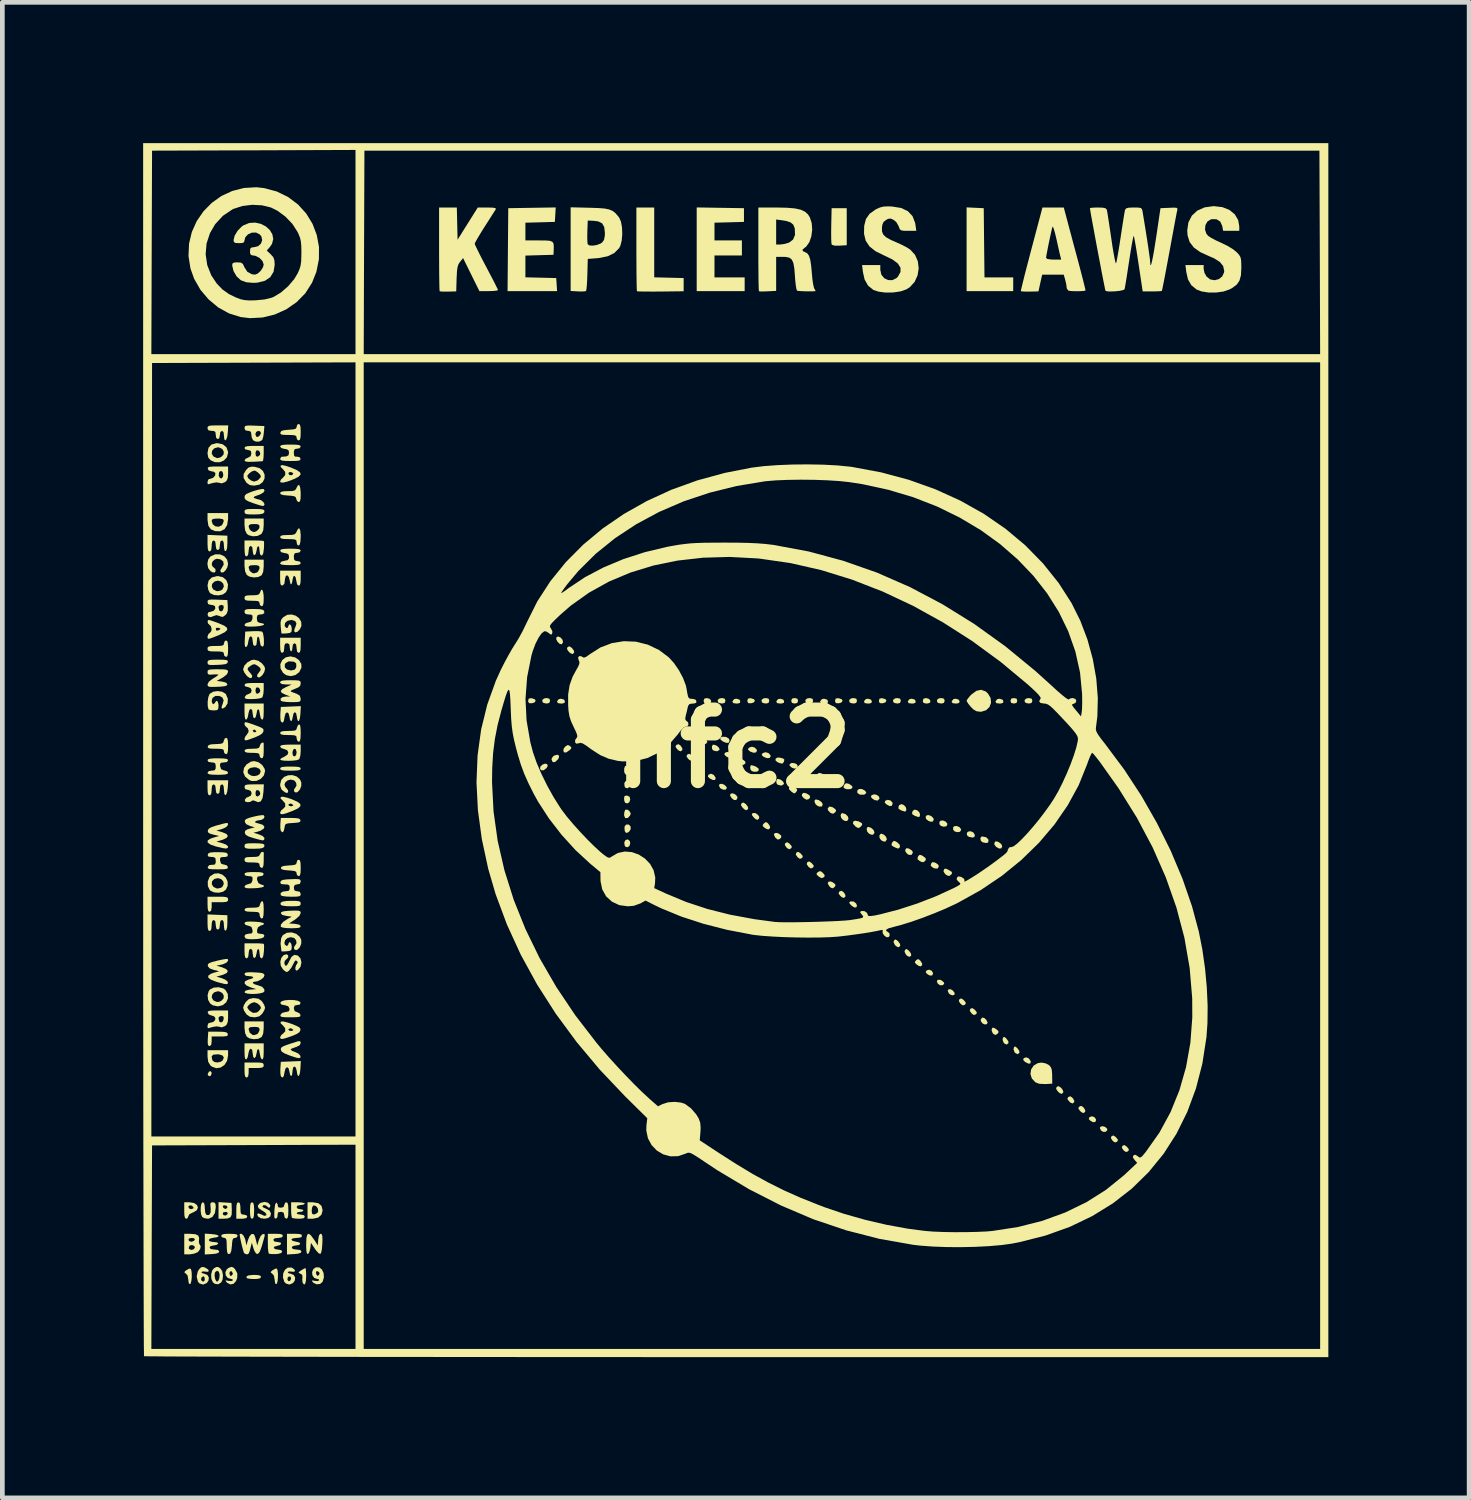
<source format=kicad_pcb>
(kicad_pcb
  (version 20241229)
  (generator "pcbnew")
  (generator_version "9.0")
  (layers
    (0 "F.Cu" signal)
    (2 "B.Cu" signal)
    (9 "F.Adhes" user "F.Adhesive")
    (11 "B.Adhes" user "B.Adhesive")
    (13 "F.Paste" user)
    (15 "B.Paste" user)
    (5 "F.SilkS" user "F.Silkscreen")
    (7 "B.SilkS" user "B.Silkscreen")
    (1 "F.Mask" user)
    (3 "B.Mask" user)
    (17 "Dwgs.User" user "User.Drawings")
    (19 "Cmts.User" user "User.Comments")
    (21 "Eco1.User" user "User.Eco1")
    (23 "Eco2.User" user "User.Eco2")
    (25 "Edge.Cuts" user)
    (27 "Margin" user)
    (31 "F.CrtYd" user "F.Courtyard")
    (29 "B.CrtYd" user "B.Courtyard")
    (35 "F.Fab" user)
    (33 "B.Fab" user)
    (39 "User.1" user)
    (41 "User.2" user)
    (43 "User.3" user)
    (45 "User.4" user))
  (footprint "nfc2"
    (layer "F.Cu")
    (at 12.583 12.904)
    (property "Reference" "nfc2" (at 0 0 0) (layer "F.SilkS") (effects (font (size 1.524 1.524) (thickness 0.3))))
    (attr board_only exclude_from_pos_files exclude_from_bom)
    (fp_poly (pts (xy 5.328 -11.518) (xy 5.336 -10.78) (xy 5.344 -10.043) (xy 5.956 -10.043) (xy 5.956 -9.751) (xy 4.963 -9.751) (xy 4.963 -11.535)) (stroke (width 0) (type solid)) (fill yes) (layer "F.SilkS"))
    (fp_poly (pts (xy -11.125 6.899) (xy -11.123 6.917) (xy -11.142 6.967) (xy -11.169 6.978) (xy -11.204 6.956) (xy -11.206 6.929) (xy -11.181 6.88) (xy -11.148 6.869)) (stroke (width 0) (type solid)) (fill yes) (layer "F.SilkS"))
    (fp_poly (pts (xy 1.356 -1.067) (xy 1.372 -1.022) (xy 1.355 -0.976) (xy 1.299 -0.963) (xy 1.242 -0.977) (xy 1.226 -1.022) (xy 1.243 -1.068) (xy 1.299 -1.08)) (stroke (width 0) (type solid)) (fill yes) (layer "F.SilkS"))
    (fp_poly (pts (xy 6.028 -1.067) (xy 6.043 -1.022) (xy 6.026 -0.976) (xy 5.97 -0.963) (xy 5.913 -0.977) (xy 5.897 -1.022) (xy 5.915 -1.068) (xy 5.97 -1.08)) (stroke (width 0) (type solid)) (fill yes) (layer "F.SilkS"))
    (fp_poly (pts (xy -3.975 0.328) (xy -3.961 0.368) (xy -3.99 0.414) (xy -4.052 0.46) (xy -4.103 0.457) (xy -4.126 0.426) (xy -4.118 0.379) (xy -4.075 0.338) (xy -4.019 0.317)) (stroke (width 0) (type solid)) (fill yes) (layer "F.SilkS"))
    (fp_poly (pts (xy -3.927 -1.066) (xy -3.912 -1.022) (xy -3.93 -0.976) (xy -3.983 -0.963) (xy -4.045 -0.974) (xy -4.073 -0.993) (xy -4.078 -1.041) (xy -4.035 -1.073) (xy -3.983 -1.08)) (stroke (width 0) (type solid)) (fill yes) (layer "F.SilkS"))
    (fp_poly (pts (xy -2.213 0.712) (xy -2.204 0.759) (xy -2.222 0.816) (xy -2.263 0.843) (xy -2.306 0.832) (xy -2.324 0.805) (xy -2.331 0.737) (xy -2.303 0.688) (xy -2.255 0.677)) (stroke (width 0) (type solid)) (fill yes) (layer "F.SilkS"))
    (fp_poly (pts (xy -2.213 1.967) (xy -2.204 2.014) (xy -2.222 2.072) (xy -2.263 2.099) (xy -2.306 2.088) (xy -2.324 2.06) (xy -2.331 1.993) (xy -2.303 1.944) (xy -2.255 1.932)) (stroke (width 0) (type solid)) (fill yes) (layer "F.SilkS"))
    (fp_poly (pts (xy -0.19 -1.066) (xy -0.175 -1.022) (xy -0.193 -0.976) (xy -0.246 -0.963) (xy -0.308 -0.974) (xy -0.336 -0.993) (xy -0.341 -1.041) (xy -0.298 -1.073) (xy -0.246 -1.08)) (stroke (width 0) (type solid)) (fill yes) (layer "F.SilkS"))
    (fp_poly (pts (xy 0.033 0.972) (xy 0.074 1.014) (xy 0.081 1.049) (xy 0.053 1.094) (xy 0.005 1.091) (xy -0.044 1.051) (xy -0.078 0.995) (xy -0.067 0.96) (xy -0.022 0.949)) (stroke (width 0) (type solid)) (fill yes) (layer "F.SilkS"))
    (fp_poly (pts (xy 0.744 -1.066) (xy 0.759 -1.022) (xy 0.742 -0.976) (xy 0.688 -0.963) (xy 0.626 -0.974) (xy 0.599 -0.993) (xy 0.594 -1.041) (xy 0.636 -1.073) (xy 0.688 -1.08)) (stroke (width 0) (type solid)) (fill yes) (layer "F.SilkS"))
    (fp_poly (pts (xy 1.678 -1.066) (xy 1.693 -1.022) (xy 1.676 -0.976) (xy 1.622 -0.963) (xy 1.56 -0.974) (xy 1.533 -0.993) (xy 1.528 -1.041) (xy 1.57 -1.073) (xy 1.622 -1.08)) (stroke (width 0) (type solid)) (fill yes) (layer "F.SilkS"))
    (fp_poly (pts (xy 2.613 -1.066) (xy 2.628 -1.022) (xy 2.61 -0.976) (xy 2.556 -0.963) (xy 2.495 -0.974) (xy 2.467 -0.993) (xy 2.462 -1.041) (xy 2.504 -1.073) (xy 2.556 -1.08)) (stroke (width 0) (type solid)) (fill yes) (layer "F.SilkS"))
    (fp_poly (pts (xy 3.547 -1.066) (xy 3.562 -1.022) (xy 3.544 -0.976) (xy 3.491 -0.963) (xy 3.429 -0.974) (xy 3.401 -0.993) (xy 3.396 -1.041) (xy 3.439 -1.073) (xy 3.491 -1.08)) (stroke (width 0) (type solid)) (fill yes) (layer "F.SilkS"))
    (fp_poly (pts (xy 4.434 4.939) (xy 4.478 4.978) (xy 4.486 5.007) (xy 4.451 5.04) (xy 4.395 5.038) (xy 4.35 5.007) (xy 4.328 4.955) (xy 4.349 4.923) (xy 4.401 4.923)) (stroke (width 0) (type solid)) (fill yes) (layer "F.SilkS"))
    (fp_poly (pts (xy 4.481 -1.066) (xy 4.496 -1.022) (xy 4.479 -0.976) (xy 4.425 -0.963) (xy 4.363 -0.974) (xy 4.336 -0.993) (xy 4.331 -1.041) (xy 4.373 -1.073) (xy 4.425 -1.08)) (stroke (width 0) (type solid)) (fill yes) (layer "F.SilkS"))
    (fp_poly (pts (xy 4.67 5.152) (xy 4.71 5.206) (xy 4.701 5.244) (xy 4.659 5.255) (xy 4.609 5.235) (xy 4.583 5.21) (xy 4.56 5.158) (xy 4.579 5.126) (xy 4.625 5.125)) (stroke (width 0) (type solid)) (fill yes) (layer "F.SilkS"))
    (fp_poly (pts (xy 5.343 5.739) (xy 5.383 5.777) (xy 5.411 5.832) (xy 5.394 5.869) (xy 5.347 5.874) (xy 5.303 5.853) (xy 5.265 5.803) (xy 5.265 5.767) (xy 5.297 5.727)) (stroke (width 0) (type solid)) (fill yes) (layer "F.SilkS"))
    (fp_poly (pts (xy 6.35 -1.066) (xy 6.365 -1.022) (xy 6.347 -0.976) (xy 6.293 -0.963) (xy 6.232 -0.974) (xy 6.204 -0.993) (xy 6.199 -1.041) (xy 6.241 -1.073) (xy 6.293 -1.08)) (stroke (width 0) (type solid)) (fill yes) (layer "F.SilkS"))
    (fp_poly (pts (xy 7.916 8.059) (xy 7.956 8.094) (xy 7.962 8.126) (xy 7.925 8.163) (xy 7.869 8.162) (xy 7.824 8.131) (xy 7.802 8.08) (xy 7.817 8.054) (xy 7.861 8.042)) (stroke (width 0) (type solid)) (fill yes) (layer "F.SilkS"))
    (fp_poly (pts (xy -4.299 -1.075) (xy -4.237 -1.054) (xy -4.219 -1.022) (xy -4.245 -0.985) (xy -4.299 -0.969) (xy -4.358 -0.971) (xy -4.378 -1.002) (xy -4.379 -1.022) (xy -4.368 -1.066) (xy -4.325 -1.077)) (stroke (width 0) (type solid)) (fill yes) (layer "F.SilkS"))
    (fp_poly (pts (xy -3.72 0.15) (xy -3.728 0.201) (xy -3.751 0.233) (xy -3.805 0.282) (xy -3.844 0.287) (xy -3.864 0.272) (xy -3.883 0.22) (xy -3.852 0.166) (xy -3.821 0.144) (xy -3.755 0.127)) (stroke (width 0) (type solid)) (fill yes) (layer "F.SilkS"))
    (fp_poly (pts (xy -3.689 -2.37) (xy -3.647 -2.321) (xy -3.636 -2.27) (xy -3.637 -2.266) (xy -3.665 -2.225) (xy -3.705 -2.233) (xy -3.75 -2.275) (xy -3.78 -2.33) (xy -3.776 -2.376) (xy -3.743 -2.393)) (stroke (width 0) (type solid)) (fill yes) (layer "F.SilkS"))
    (fp_poly (pts (xy -3.615 -1.047) (xy -3.597 -1.015) (xy -3.603 -0.978) (xy -3.648 -0.964) (xy -3.679 -0.963) (xy -3.743 -0.971) (xy -3.762 -0.998) (xy -3.761 -1.015) (xy -3.726 -1.057) (xy -3.679 -1.066)) (stroke (width 0) (type solid)) (fill yes) (layer "F.SilkS"))
    (fp_poly (pts (xy -0.702 -0.463) (xy -0.672 -0.413) (xy -0.671 -0.407) (xy -0.682 -0.366) (xy -0.721 -0.356) (xy -0.796 -0.37) (xy -0.839 -0.404) (xy -0.842 -0.453) (xy -0.817 -0.482) (xy -0.759 -0.49)) (stroke (width 0) (type solid)) (fill yes) (layer "F.SilkS"))
    (fp_poly (pts (xy -0.661 0.349) (xy -0.629 0.396) (xy -0.628 0.409) (xy -0.647 0.451) (xy -0.696 0.45) (xy -0.743 0.422) (xy -0.78 0.383) (xy -0.769 0.348) (xy -0.764 0.344) (xy -0.714 0.328)) (stroke (width 0) (type solid)) (fill yes) (layer "F.SilkS"))
    (fp_poly (pts (xy -0.514 -1.064) (xy -0.48 -1.026) (xy -0.485 -0.984) (xy -0.489 -0.981) (xy -0.529 -0.967) (xy -0.574 -0.963) (xy -0.629 -0.979) (xy -0.642 -1.022) (xy -0.624 -1.068) (xy -0.572 -1.08)) (stroke (width 0) (type solid)) (fill yes) (layer "F.SilkS"))
    (fp_poly (pts (xy -0.429 -0.362) (xy -0.384 -0.315) (xy -0.38 -0.289) (xy -0.398 -0.243) (xy -0.451 -0.241) (xy -0.504 -0.265) (xy -0.544 -0.307) (xy -0.552 -0.352) (xy -0.525 -0.378) (xy -0.513 -0.38)) (stroke (width 0) (type solid)) (fill yes) (layer "F.SilkS"))
    (fp_poly (pts (xy -0.372 -0.071) (xy -0.322 -0.033) (xy -0.3 0.01) (xy -0.304 0.025) (xy -0.354 0.055) (xy -0.431 0.039) (xy -0.46 0.005) (xy -0.465 -0.045) (xy -0.446 -0.082) (xy -0.429 -0.088)) (stroke (width 0) (type solid)) (fill yes) (layer "F.SilkS"))
    (fp_poly (pts (xy -0.199 0.768) (xy -0.156 0.809) (xy -0.146 0.839) (xy -0.168 0.87) (xy -0.217 0.873) (xy -0.272 0.85) (xy -0.293 0.831) (xy -0.314 0.78) (xy -0.3 0.755) (xy -0.256 0.746)) (stroke (width 0) (type solid)) (fill yes) (layer "F.SilkS"))
    (fp_poly (pts (xy -0.172 -0.253) (xy -0.159 -0.25) (xy -0.1 -0.214) (xy -0.088 -0.175) (xy -0.103 -0.129) (xy -0.151 -0.124) (xy -0.226 -0.152) (xy -0.281 -0.194) (xy -0.285 -0.232) (xy -0.246 -0.255)) (stroke (width 0) (type solid)) (fill yes) (layer "F.SilkS"))
    (fp_poly (pts (xy 0.122 -1.047) (xy 0.14 -1.015) (xy 0.134 -0.978) (xy 0.089 -0.964) (xy 0.058 -0.963) (xy -0.006 -0.971) (xy -0.025 -0.998) (xy -0.024 -1.015) (xy 0.011 -1.057) (xy 0.058 -1.066)) (stroke (width 0) (type solid)) (fill yes) (layer "F.SilkS"))
    (fp_poly (pts (xy 0.153 -0.137) (xy 0.197 -0.1) (xy 0.204 -0.076) (xy 0.188 -0.026) (xy 0.135 -0.019) (xy 0.098 -0.031) (xy 0.03 -0.069) (xy 0.016 -0.112) (xy 0.037 -0.139) (xy 0.09 -0.153)) (stroke (width 0) (type solid)) (fill yes) (layer "F.SilkS"))
    (fp_poly (pts (xy 0.372 -1.075) (xy 0.434 -1.054) (xy 0.453 -1.022) (xy 0.426 -0.985) (xy 0.372 -0.969) (xy 0.313 -0.971) (xy 0.293 -1.002) (xy 0.292 -1.022) (xy 0.303 -1.066) (xy 0.347 -1.077)) (stroke (width 0) (type solid)) (fill yes) (layer "F.SilkS"))
    (fp_poly (pts (xy 0.508 1.4) (xy 0.543 1.445) (xy 0.542 1.486) (xy 0.507 1.516) (xy 0.462 1.497) (xy 0.422 1.458) (xy 0.387 1.411) (xy 0.393 1.384) (xy 0.41 1.371) (xy 0.458 1.369)) (stroke (width 0) (type solid)) (fill yes) (layer "F.SilkS"))
    (fp_poly (pts (xy 0.96 1.808) (xy 1.014 1.851) (xy 1.011 1.894) (xy 0.982 1.923) (xy 0.942 1.937) (xy 0.896 1.903) (xy 0.89 1.897) (xy 0.857 1.837) (xy 0.872 1.798) (xy 0.924 1.794)) (stroke (width 0) (type solid)) (fill yes) (layer "F.SilkS"))
    (fp_poly (pts (xy 1.001 0.659) (xy 1.05 0.697) (xy 1.072 0.739) (xy 1.068 0.755) (xy 1.018 0.785) (xy 0.942 0.769) (xy 0.912 0.735) (xy 0.907 0.685) (xy 0.926 0.648) (xy 0.943 0.642)) (stroke (width 0) (type solid)) (fill yes) (layer "F.SilkS"))
    (fp_poly (pts (xy 1.056 -1.047) (xy 1.075 -1.015) (xy 1.069 -0.978) (xy 1.023 -0.964) (xy 0.993 -0.963) (xy 0.929 -0.971) (xy 0.909 -0.998) (xy 0.911 -1.015) (xy 0.945 -1.057) (xy 0.993 -1.066)) (stroke (width 0) (type solid)) (fill yes) (layer "F.SilkS"))
    (fp_poly (pts (xy 1.294 0.307) (xy 1.346 0.331) (xy 1.367 0.369) (xy 1.366 0.373) (xy 1.338 0.421) (xy 1.279 0.42) (xy 1.235 0.4) (xy 1.19 0.358) (xy 1.194 0.326) (xy 1.235 0.303)) (stroke (width 0) (type solid)) (fill yes) (layer "F.SilkS"))
    (fp_poly (pts (xy 1.539 0.948) (xy 1.56 0.957) (xy 1.622 0.998) (xy 1.628 1.04) (xy 1.598 1.075) (xy 1.552 1.086) (xy 1.497 1.056) (xy 1.453 1.007) (xy 1.458 0.965) (xy 1.489 0.939)) (stroke (width 0) (type solid)) (fill yes) (layer "F.SilkS"))
    (fp_poly (pts (xy 1.579 0.418) (xy 1.595 0.422) (xy 1.651 0.453) (xy 1.659 0.488) (xy 1.632 0.536) (xy 1.574 0.538) (xy 1.525 0.519) (xy 1.471 0.478) (xy 1.467 0.44) (xy 1.505 0.417)) (stroke (width 0) (type solid)) (fill yes) (layer "F.SilkS"))
    (fp_poly (pts (xy 1.99 -1.047) (xy 2.009 -1.015) (xy 2.003 -0.978) (xy 1.957 -0.964) (xy 1.927 -0.963) (xy 1.863 -0.971) (xy 1.843 -0.998) (xy 1.845 -1.015) (xy 1.88 -1.057) (xy 1.927 -1.066)) (stroke (width 0) (type solid)) (fill yes) (layer "F.SilkS"))
    (fp_poly (pts (xy 2.121 2.852) (xy 2.167 2.892) (xy 2.165 2.928) (xy 2.157 2.938) (xy 2.115 2.974) (xy 2.072 2.962) (xy 2.034 2.925) (xy 2.004 2.869) (xy 2.019 2.833) (xy 2.067 2.828)) (stroke (width 0) (type solid)) (fill yes) (layer "F.SilkS"))
    (fp_poly (pts (xy 2.17 0.639) (xy 2.225 0.67) (xy 2.248 0.713) (xy 2.234 0.76) (xy 2.186 0.769) (xy 2.124 0.753) (xy 2.061 0.724) (xy 2.048 0.691) (xy 2.068 0.648) (xy 2.11 0.629)) (stroke (width 0) (type solid)) (fill yes) (layer "F.SilkS"))
    (fp_poly (pts (xy 2.241 -1.075) (xy 2.302 -1.054) (xy 2.321 -1.022) (xy 2.295 -0.985) (xy 2.241 -0.969) (xy 2.182 -0.971) (xy 2.162 -1.002) (xy 2.16 -1.022) (xy 2.171 -1.066) (xy 2.215 -1.077)) (stroke (width 0) (type solid)) (fill yes) (layer "F.SilkS"))
    (fp_poly (pts (xy 2.555 3.255) (xy 2.608 3.295) (xy 2.628 3.346) (xy 2.609 3.382) (xy 2.564 3.379) (xy 2.507 3.339) (xy 2.497 3.329) (xy 2.462 3.285) (xy 2.469 3.264) (xy 2.493 3.253)) (stroke (width 0) (type solid)) (fill yes) (layer "F.SilkS"))
    (fp_poly (pts (xy 2.782 0.882) (xy 2.82 0.919) (xy 2.824 0.944) (xy 2.784 0.978) (xy 2.706 0.979) (xy 2.679 0.973) (xy 2.635 0.94) (xy 2.633 0.892) (xy 2.669 0.858) (xy 2.724 0.857)) (stroke (width 0) (type solid)) (fill yes) (layer "F.SilkS"))
    (fp_poly (pts (xy 2.924 -1.047) (xy 2.943 -1.015) (xy 2.937 -0.978) (xy 2.891 -0.964) (xy 2.861 -0.963) (xy 2.797 -0.971) (xy 2.778 -0.998) (xy 2.779 -1.015) (xy 2.814 -1.057) (xy 2.861 -1.066)) (stroke (width 0) (type solid)) (fill yes) (layer "F.SilkS"))
    (fp_poly (pts (xy 3.175 -1.075) (xy 3.237 -1.054) (xy 3.255 -1.022) (xy 3.229 -0.985) (xy 3.175 -0.969) (xy 3.116 -0.971) (xy 3.096 -1.002) (xy 3.095 -1.022) (xy 3.106 -1.066) (xy 3.149 -1.077)) (stroke (width 0) (type solid)) (fill yes) (layer "F.SilkS"))
    (fp_poly (pts (xy 3.344 1.104) (xy 3.383 1.148) (xy 3.387 1.17) (xy 3.368 1.217) (xy 3.319 1.22) (xy 3.254 1.184) (xy 3.217 1.144) (xy 3.23 1.109) (xy 3.23 1.108) (xy 3.284 1.088)) (stroke (width 0) (type solid)) (fill yes) (layer "F.SilkS"))
    (fp_poly (pts (xy 3.723 2.124) (xy 3.752 2.137) (xy 3.804 2.175) (xy 3.818 2.214) (xy 3.789 2.262) (xy 3.734 2.261) (xy 3.695 2.238) (xy 3.656 2.185) (xy 3.658 2.15) (xy 3.681 2.119)) (stroke (width 0) (type solid)) (fill yes) (layer "F.SilkS"))
    (fp_poly (pts (xy 3.859 -1.047) (xy 3.877 -1.015) (xy 3.871 -0.978) (xy 3.826 -0.964) (xy 3.795 -0.963) (xy 3.731 -0.971) (xy 3.712 -0.998) (xy 3.713 -1.015) (xy 3.748 -1.057) (xy 3.795 -1.066)) (stroke (width 0) (type solid)) (fill yes) (layer "F.SilkS"))
    (fp_poly (pts (xy 4.157 -1.064) (xy 4.191 -1.026) (xy 4.186 -0.984) (xy 4.183 -0.981) (xy 4.143 -0.967) (xy 4.097 -0.963) (xy 4.042 -0.979) (xy 4.029 -1.022) (xy 4.047 -1.068) (xy 4.099 -1.08)) (stroke (width 0) (type solid)) (fill yes) (layer "F.SilkS"))
    (fp_poly (pts (xy 4.215 4.728) (xy 4.247 4.775) (xy 4.248 4.789) (xy 4.229 4.831) (xy 4.179 4.832) (xy 4.13 4.805) (xy 4.092 4.767) (xy 4.103 4.733) (xy 4.11 4.725) (xy 4.161 4.707)) (stroke (width 0) (type solid)) (fill yes) (layer "F.SilkS"))
    (fp_poly (pts (xy 4.222 1.444) (xy 4.259 1.487) (xy 4.263 1.503) (xy 4.246 1.551) (xy 4.194 1.554) (xy 4.153 1.539) (xy 4.099 1.497) (xy 4.09 1.448) (xy 4.116 1.416) (xy 4.165 1.415)) (stroke (width 0) (type solid)) (fill yes) (layer "F.SilkS"))
    (fp_poly (pts (xy 4.518 1.553) (xy 4.553 1.597) (xy 4.554 1.609) (xy 4.532 1.653) (xy 4.472 1.661) (xy 4.416 1.645) (xy 4.384 1.607) (xy 4.385 1.557) (xy 4.403 1.536) (xy 4.459 1.528)) (stroke (width 0) (type solid)) (fill yes) (layer "F.SilkS"))
    (fp_poly (pts (xy 4.793 -1.047) (xy 4.812 -1.015) (xy 4.806 -0.978) (xy 4.76 -0.964) (xy 4.73 -0.963) (xy 4.666 -0.971) (xy 4.646 -0.998) (xy 4.648 -1.015) (xy 4.682 -1.057) (xy 4.73 -1.066)) (stroke (width 0) (type solid)) (fill yes) (layer "F.SilkS"))
    (fp_poly (pts (xy 4.81 1.67) (xy 4.845 1.714) (xy 4.846 1.726) (xy 4.824 1.769) (xy 4.764 1.777) (xy 4.708 1.762) (xy 4.676 1.724) (xy 4.677 1.674) (xy 4.695 1.653) (xy 4.751 1.645)) (stroke (width 0) (type solid)) (fill yes) (layer "F.SilkS"))
    (fp_poly (pts (xy 5.108 1.785) (xy 5.138 1.835) (xy 5.138 1.841) (xy 5.128 1.882) (xy 5.089 1.892) (xy 5.014 1.878) (xy 4.971 1.844) (xy 4.968 1.795) (xy 4.993 1.766) (xy 5.051 1.758)) (stroke (width 0) (type solid)) (fill yes) (layer "F.SilkS"))
    (fp_poly (pts (xy 5.381 1.886) (xy 5.426 1.933) (xy 5.43 1.959) (xy 5.42 1.999) (xy 5.38 2.009) (xy 5.306 1.994) (xy 5.268 1.964) (xy 5.256 1.917) (xy 5.271 1.878) (xy 5.297 1.869)) (stroke (width 0) (type solid)) (fill yes) (layer "F.SilkS"))
    (fp_poly (pts (xy 5.622 1.979) (xy 5.648 1.99) (xy 5.703 2.033) (xy 5.722 2.078) (xy 5.704 2.123) (xy 5.653 2.125) (xy 5.592 2.092) (xy 5.554 2.039) (xy 5.556 2.004) (xy 5.579 1.973)) (stroke (width 0) (type solid)) (fill yes) (layer "F.SilkS"))
    (fp_poly (pts (xy 5.727 -1.047) (xy 5.746 -1.015) (xy 5.74 -0.978) (xy 5.694 -0.964) (xy 5.664 -0.963) (xy 5.6 -0.971) (xy 5.58 -0.998) (xy 5.582 -1.015) (xy 5.617 -1.057) (xy 5.664 -1.066)) (stroke (width 0) (type solid)) (fill yes) (layer "F.SilkS"))
    (fp_poly (pts (xy 5.78 6.148) (xy 5.815 6.181) (xy 5.852 6.234) (xy 5.855 6.274) (xy 5.815 6.304) (xy 5.765 6.278) (xy 5.752 6.263) (xy 5.73 6.203) (xy 5.735 6.17) (xy 5.753 6.139)) (stroke (width 0) (type solid)) (fill yes) (layer "F.SilkS"))
    (fp_poly (pts (xy 6.013 6.353) (xy 6.048 6.385) (xy 6.085 6.438) (xy 6.089 6.478) (xy 6.049 6.509) (xy 5.999 6.482) (xy 5.985 6.467) (xy 5.964 6.407) (xy 5.968 6.374) (xy 5.986 6.344)) (stroke (width 0) (type solid)) (fill yes) (layer "F.SilkS"))
    (fp_poly (pts (xy 7.689 7.852) (xy 7.721 7.899) (xy 7.722 7.913) (xy 7.703 7.955) (xy 7.653 7.956) (xy 7.604 7.929) (xy 7.566 7.891) (xy 7.577 7.857) (xy 7.584 7.849) (xy 7.635 7.831)) (stroke (width 0) (type solid)) (fill yes) (layer "F.SilkS"))
    (fp_poly (pts (xy -3.501 -0.068) (xy -3.486 -0.056) (xy -3.457 -0.024) (xy -3.47 0.006) (xy -3.504 0.035) (xy -3.569 0.079) (xy -3.608 0.08) (xy -3.63 0.047) (xy -3.622 -0.002) (xy -3.59 -0.045) (xy -3.541 -0.078)) (stroke (width 0) (type solid)) (fill yes) (layer "F.SilkS"))
    (fp_poly (pts (xy -3.455 -2.154) (xy -3.441 -2.14) (xy -3.403 -2.087) (xy -3.399 -2.047) (xy -3.434 -2.017) (xy -3.48 -2.036) (xy -3.519 -2.074) (xy -3.553 -2.125) (xy -3.542 -2.162) (xy -3.537 -2.167) (xy -3.502 -2.183)) (stroke (width 0) (type solid)) (fill yes) (layer "F.SilkS"))
    (fp_poly (pts (xy -2.27 0.998) (xy -2.218 1.023) (xy -2.204 1.08) (xy -2.223 1.138) (xy -2.266 1.166) (xy -2.314 1.15) (xy -2.315 1.149) (xy -2.331 1.107) (xy -2.336 1.059) (xy -2.325 1.007) (xy -2.281 0.997)) (stroke (width 0) (type solid)) (fill yes) (layer "F.SilkS"))
    (fp_poly (pts (xy -2.261 1.3) (xy -2.224 1.325) (xy -2.193 1.377) (xy -2.207 1.422) (xy -2.257 1.475) (xy -2.304 1.478) (xy -2.316 1.47) (xy -2.334 1.421) (xy -2.331 1.354) (xy -2.311 1.303) (xy -2.304 1.297)) (stroke (width 0) (type solid)) (fill yes) (layer "F.SilkS"))
    (fp_poly (pts (xy -2.235 1.616) (xy -2.196 1.656) (xy -2.195 1.715) (xy -2.23 1.769) (xy -2.247 1.781) (xy -2.292 1.795) (xy -2.315 1.766) (xy -2.324 1.736) (xy -2.326 1.66) (xy -2.293 1.616) (xy -2.236 1.615)) (stroke (width 0) (type solid)) (fill yes) (layer "F.SilkS"))
    (fp_poly (pts (xy -1.131 -0.066) (xy -1.126 -0.06) (xy -1.094 -0.007) (xy -1.094 0.027) (xy -1.13 0.056) (xy -1.177 0.035) (xy -1.208 0.004) (xy -1.239 -0.041) (xy -1.228 -0.073) (xy -1.217 -0.083) (xy -1.176 -0.098)) (stroke (width 0) (type solid)) (fill yes) (layer "F.SilkS"))
    (fp_poly (pts (xy -0.897 0.139) (xy -0.892 0.144) (xy -0.86 0.197) (xy -0.86 0.232) (xy -0.896 0.261) (xy -0.944 0.239) (xy -0.974 0.209) (xy -1.006 0.163) (xy -0.994 0.131) (xy -0.983 0.121) (xy -0.943 0.106)) (stroke (width 0) (type solid)) (fill yes) (layer "F.SilkS"))
    (fp_poly (pts (xy -0.88 -0.353) (xy -0.879 -0.353) (xy -0.853 -0.308) (xy -0.856 -0.28) (xy -0.883 -0.24) (xy -0.928 -0.243) (xy -0.971 -0.265) (xy -1.013 -0.309) (xy -1.022 -0.337) (xy -0.999 -0.371) (xy -0.945 -0.377)) (stroke (width 0) (type solid)) (fill yes) (layer "F.SilkS"))
    (fp_poly (pts (xy -0.631 -0.213) (xy -0.58 -0.183) (xy -0.561 -0.145) (xy -0.562 -0.138) (xy -0.6 -0.099) (xy -0.664 -0.101) (xy -0.716 -0.129) (xy -0.754 -0.168) (xy -0.743 -0.202) (xy -0.738 -0.207) (xy -0.691 -0.224)) (stroke (width 0) (type solid)) (fill yes) (layer "F.SilkS"))
    (fp_poly (pts (xy -0.426 0.556) (xy -0.388 0.611) (xy -0.385 0.624) (xy -0.395 0.663) (xy -0.439 0.667) (xy -0.505 0.635) (xy -0.513 0.63) (xy -0.55 0.592) (xy -0.539 0.558) (xy -0.532 0.55) (xy -0.481 0.532)) (stroke (width 0) (type solid)) (fill yes) (layer "F.SilkS"))
    (fp_poly (pts (xy -0.076 0.079) (xy -0.025 0.109) (xy -0.006 0.147) (xy -0.007 0.154) (xy -0.046 0.193) (xy -0.109 0.191) (xy -0.161 0.163) (xy -0.199 0.124) (xy -0.188 0.09) (xy -0.183 0.085) (xy -0.137 0.068)) (stroke (width 0) (type solid)) (fill yes) (layer "F.SilkS"))
    (fp_poly (pts (xy 0.164 0.217) (xy 0.19 0.228) (xy 0.244 0.269) (xy 0.251 0.312) (xy 0.21 0.342) (xy 0.201 0.344) (xy 0.145 0.334) (xy 0.109 0.315) (xy 0.077 0.268) (xy 0.086 0.235) (xy 0.116 0.209)) (stroke (width 0) (type solid)) (fill yes) (layer "F.SilkS"))
    (fp_poly (pts (xy 0.252 1.174) (xy 0.267 1.188) (xy 0.304 1.241) (xy 0.308 1.282) (xy 0.273 1.311) (xy 0.228 1.292) (xy 0.189 1.255) (xy 0.155 1.203) (xy 0.166 1.166) (xy 0.17 1.161) (xy 0.206 1.146)) (stroke (width 0) (type solid)) (fill yes) (layer "F.SilkS"))
    (fp_poly (pts (xy 0.424 0.362) (xy 0.478 0.383) (xy 0.53 0.422) (xy 0.534 0.46) (xy 0.501 0.486) (xy 0.439 0.491) (xy 0.387 0.477) (xy 0.359 0.445) (xy 0.351 0.395) (xy 0.363 0.357) (xy 0.378 0.35)) (stroke (width 0) (type solid)) (fill yes) (layer "F.SilkS"))
    (fp_poly (pts (xy 0.451 -0.024) (xy 0.492 0.022) (xy 0.496 0.045) (xy 0.474 0.079) (xy 0.42 0.085) (xy 0.354 0.06) (xy 0.339 0.05) (xy 0.304 0.016) (xy 0.317 -0.013) (xy 0.331 -0.025) (xy 0.389 -0.043)) (stroke (width 0) (type solid)) (fill yes) (layer "F.SilkS"))
    (fp_poly (pts (xy 0.709 0.508) (xy 0.743 0.525) (xy 0.797 0.569) (xy 0.803 0.61) (xy 0.757 0.636) (xy 0.756 0.636) (xy 0.7 0.626) (xy 0.664 0.607) (xy 0.631 0.56) (xy 0.641 0.527) (xy 0.668 0.5)) (stroke (width 0) (type solid)) (fill yes) (layer "F.SilkS"))
    (fp_poly (pts (xy 0.715 1.575) (xy 0.742 1.603) (xy 0.774 1.656) (xy 0.775 1.691) (xy 0.742 1.72) (xy 0.693 1.706) (xy 0.655 1.681) (xy 0.617 1.645) (xy 0.626 1.612) (xy 0.644 1.592) (xy 0.682 1.563)) (stroke (width 0) (type solid)) (fill yes) (layer "F.SilkS"))
    (fp_poly (pts (xy 0.743 0.093) (xy 0.784 0.138) (xy 0.788 0.162) (xy 0.766 0.196) (xy 0.712 0.201) (xy 0.646 0.176) (xy 0.631 0.166) (xy 0.596 0.133) (xy 0.609 0.104) (xy 0.623 0.091) (xy 0.681 0.074)) (stroke (width 0) (type solid)) (fill yes) (layer "F.SilkS"))
    (fp_poly (pts (xy 0.989 0.19) (xy 1.057 0.21) (xy 1.08 0.233) (xy 1.071 0.273) (xy 1.07 0.276) (xy 1.049 0.311) (xy 1.012 0.315) (xy 0.942 0.291) (xy 0.894 0.254) (xy 0.892 0.214) (xy 0.93 0.188)) (stroke (width 0) (type solid)) (fill yes) (layer "F.SilkS"))
    (fp_poly (pts (xy 1.817 1.097) (xy 1.873 1.137) (xy 1.898 1.182) (xy 1.898 1.182) (xy 1.881 1.23) (xy 1.829 1.233) (xy 1.788 1.218) (xy 1.745 1.181) (xy 1.723 1.132) (xy 1.728 1.092) (xy 1.754 1.08)) (stroke (width 0) (type solid)) (fill yes) (layer "F.SilkS"))
    (fp_poly (pts (xy 2.104 1.244) (xy 2.145 1.271) (xy 2.183 1.308) (xy 2.174 1.34) (xy 2.158 1.358) (xy 2.12 1.385) (xy 2.079 1.375) (xy 2.051 1.357) (xy 2.008 1.308) (xy 2.004 1.269) (xy 2.041 1.231)) (stroke (width 0) (type solid)) (fill yes) (layer "F.SilkS"))
    (fp_poly (pts (xy 2.344 3.058) (xy 2.349 3.064) (xy 2.38 3.116) (xy 2.381 3.151) (xy 2.345 3.18) (xy 2.297 3.158) (xy 2.266 3.128) (xy 2.235 3.083) (xy 2.247 3.05) (xy 2.257 3.041) (xy 2.298 3.026)) (stroke (width 0) (type solid)) (fill yes) (layer "F.SilkS"))
    (fp_poly (pts (xy 2.38 1.391) (xy 2.43 1.437) (xy 2.446 1.489) (xy 2.443 1.499) (xy 2.416 1.54) (xy 2.372 1.538) (xy 2.328 1.516) (xy 2.291 1.474) (xy 2.278 1.421) (xy 2.292 1.381) (xy 2.315 1.372)) (stroke (width 0) (type solid)) (fill yes) (layer "F.SilkS"))
    (fp_poly (pts (xy 2.442 0.743) (xy 2.467 0.754) (xy 2.524 0.795) (xy 2.53 0.833) (xy 2.495 0.859) (xy 2.426 0.864) (xy 2.387 0.856) (xy 2.342 0.833) (xy 2.346 0.792) (xy 2.363 0.761) (xy 2.393 0.735)) (stroke (width 0) (type solid)) (fill yes) (layer "F.SilkS"))
    (fp_poly (pts (xy 2.661 1.548) (xy 2.669 1.552) (xy 2.73 1.586) (xy 2.739 1.62) (xy 2.709 1.658) (xy 2.67 1.688) (xy 2.632 1.681) (xy 2.591 1.653) (xy 2.543 1.597) (xy 2.545 1.554) (xy 2.587 1.533)) (stroke (width 0) (type solid)) (fill yes) (layer "F.SilkS"))
    (fp_poly (pts (xy 2.93 1.686) (xy 2.98 1.731) (xy 3 1.782) (xy 2.997 1.794) (xy 2.97 1.833) (xy 2.925 1.829) (xy 2.883 1.808) (xy 2.846 1.767) (xy 2.833 1.714) (xy 2.845 1.674) (xy 2.868 1.665)) (stroke (width 0) (type solid)) (fill yes) (layer "F.SilkS"))
    (fp_poly (pts (xy 3.048 0.983) (xy 3.095 1.017) (xy 3.107 1.06) (xy 3.106 1.065) (xy 3.067 1.105) (xy 3.004 1.094) (xy 2.962 1.068) (xy 2.924 1.029) (xy 2.936 0.994) (xy 2.941 0.99) (xy 2.99 0.971)) (stroke (width 0) (type solid)) (fill yes) (layer "F.SilkS"))
    (fp_poly (pts (xy 3.203 1.831) (xy 3.248 1.878) (xy 3.263 1.93) (xy 3.261 1.937) (xy 3.231 1.979) (xy 3.185 1.974) (xy 3.139 1.946) (xy 3.108 1.9) (xy 3.105 1.847) (xy 3.131 1.813) (xy 3.147 1.81)) (stroke (width 0) (type solid)) (fill yes) (layer "F.SilkS"))
    (fp_poly (pts (xy 3.476 4.078) (xy 3.506 4.106) (xy 3.545 4.16) (xy 3.549 4.201) (xy 3.549 4.201) (xy 3.512 4.231) (xy 3.465 4.21) (xy 3.436 4.182) (xy 3.406 4.121) (xy 3.416 4.087) (xy 3.442 4.063)) (stroke (width 0) (type solid)) (fill yes) (layer "F.SilkS"))
    (fp_poly (pts (xy 3.621 1.196) (xy 3.664 1.239) (xy 3.679 1.286) (xy 3.672 1.328) (xy 3.644 1.338) (xy 3.579 1.317) (xy 3.569 1.313) (xy 3.514 1.28) (xy 3.511 1.236) (xy 3.529 1.201) (xy 3.57 1.18)) (stroke (width 0) (type solid)) (fill yes) (layer "F.SilkS"))
    (fp_poly (pts (xy 3.709 4.283) (xy 3.74 4.311) (xy 3.778 4.364) (xy 3.783 4.405) (xy 3.783 4.406) (xy 3.746 4.436) (xy 3.698 4.414) (xy 3.67 4.386) (xy 3.64 4.325) (xy 3.65 4.291) (xy 3.675 4.267)) (stroke (width 0) (type solid)) (fill yes) (layer "F.SilkS"))
    (fp_poly (pts (xy 3.913 1.313) (xy 3.956 1.355) (xy 3.971 1.402) (xy 3.964 1.445) (xy 3.936 1.455) (xy 3.871 1.434) (xy 3.861 1.43) (xy 3.806 1.397) (xy 3.803 1.353) (xy 3.821 1.318) (xy 3.862 1.297)) (stroke (width 0) (type solid)) (fill yes) (layer "F.SilkS"))
    (fp_poly (pts (xy 3.958 4.497) (xy 3.983 4.523) (xy 4.015 4.576) (xy 4.016 4.611) (xy 3.985 4.638) (xy 3.941 4.626) (xy 3.899 4.597) (xy 3.861 4.56) (xy 3.869 4.528) (xy 3.886 4.509) (xy 3.924 4.482)) (stroke (width 0) (type solid)) (fill yes) (layer "F.SilkS"))
    (fp_poly (pts (xy 4.282 2.423) (xy 4.307 2.433) (xy 4.358 2.471) (xy 4.372 2.508) (xy 4.343 2.554) (xy 4.282 2.55) (xy 4.243 2.532) (xy 4.199 2.494) (xy 4.206 2.449) (xy 4.206 2.448) (xy 4.236 2.416)) (stroke (width 0) (type solid)) (fill yes) (layer "F.SilkS"))
    (fp_poly (pts (xy 4.585 2.585) (xy 4.643 2.621) (xy 4.654 2.651) (xy 4.641 2.673) (xy 4.599 2.71) (xy 4.556 2.704) (xy 4.512 2.676) (xy 4.473 2.622) (xy 4.476 2.587) (xy 4.494 2.557) (xy 4.524 2.556)) (stroke (width 0) (type solid)) (fill yes) (layer "F.SilkS"))
    (fp_poly (pts (xy 5.55 5.948) (xy 5.591 5.973) (xy 5.64 6.014) (xy 5.641 6.049) (xy 5.632 6.062) (xy 5.585 6.099) (xy 5.539 6.081) (xy 5.518 6.058) (xy 5.496 6.001) (xy 5.5 5.97) (xy 5.518 5.942)) (stroke (width 0) (type solid)) (fill yes) (layer "F.SilkS"))
    (fp_poly (pts (xy 6.289 6.599) (xy 6.327 6.654) (xy 6.33 6.667) (xy 6.321 6.706) (xy 6.277 6.709) (xy 6.211 6.674) (xy 6.206 6.67) (xy 6.168 6.631) (xy 6.18 6.596) (xy 6.184 6.591) (xy 6.235 6.575)) (stroke (width 0) (type solid)) (fill yes) (layer "F.SilkS"))
    (fp_poly (pts (xy 6.967 7.218) (xy 6.982 7.231) (xy 7.019 7.285) (xy 7.023 7.325) (xy 6.988 7.355) (xy 6.943 7.336) (xy 6.904 7.298) (xy 6.87 7.247) (xy 6.881 7.209) (xy 6.885 7.204) (xy 6.921 7.189)) (stroke (width 0) (type solid)) (fill yes) (layer "F.SilkS"))
    (fp_poly (pts (xy 7.219 7.438) (xy 7.224 7.443) (xy 7.256 7.496) (xy 7.256 7.531) (xy 7.22 7.559) (xy 7.173 7.538) (xy 7.142 7.507) (xy 7.11 7.462) (xy 7.122 7.43) (xy 7.133 7.42) (xy 7.174 7.405)) (stroke (width 0) (type solid)) (fill yes) (layer "F.SilkS"))
    (fp_poly (pts (xy 7.453 7.642) (xy 7.458 7.647) (xy 7.49 7.7) (xy 7.49 7.735) (xy 7.454 7.764) (xy 7.406 7.742) (xy 7.376 7.712) (xy 7.344 7.666) (xy 7.356 7.634) (xy 7.367 7.624) (xy 7.407 7.609)) (stroke (width 0) (type solid)) (fill yes) (layer "F.SilkS"))
    (fp_poly (pts (xy 1.187 2.021) (xy 1.199 2.033) (xy 1.237 2.079) (xy 1.233 2.111) (xy 1.218 2.126) (xy 1.178 2.142) (xy 1.133 2.112) (xy 1.123 2.101) (xy 1.089 2.05) (xy 1.1 2.012) (xy 1.105 2.008) (xy 1.141 1.992)) (stroke (width 0) (type solid)) (fill yes) (layer "F.SilkS"))
    (fp_poly (pts (xy 1.288 0.819) (xy 1.296 0.823) (xy 1.347 0.856) (xy 1.352 0.888) (xy 1.335 0.916) (xy 1.305 0.949) (xy 1.274 0.946) (xy 1.225 0.909) (xy 1.178 0.861) (xy 1.18 0.825) (xy 1.186 0.817) (xy 1.227 0.799)) (stroke (width 0) (type solid)) (fill yes) (layer "F.SilkS"))
    (fp_poly (pts (xy 1.42 2.225) (xy 1.432 2.237) (xy 1.471 2.284) (xy 1.467 2.315) (xy 1.451 2.331) (xy 1.411 2.346) (xy 1.367 2.316) (xy 1.357 2.306) (xy 1.323 2.254) (xy 1.334 2.217) (xy 1.338 2.212) (xy 1.374 2.196)) (stroke (width 0) (type solid)) (fill yes) (layer "F.SilkS"))
    (fp_poly (pts (xy 1.654 2.43) (xy 1.666 2.441) (xy 1.705 2.488) (xy 1.7 2.52) (xy 1.685 2.535) (xy 1.645 2.551) (xy 1.6 2.521) (xy 1.59 2.51) (xy 1.556 2.459) (xy 1.567 2.421) (xy 1.572 2.416) (xy 1.608 2.401)) (stroke (width 0) (type solid)) (fill yes) (layer "F.SilkS"))
    (fp_poly (pts (xy 1.875 0.527) (xy 1.886 0.532) (xy 1.937 0.571) (xy 1.95 0.609) (xy 1.92 0.656) (xy 1.86 0.654) (xy 1.825 0.637) (xy 1.768 0.603) (xy 1.754 0.58) (xy 1.774 0.549) (xy 1.779 0.542) (xy 1.819 0.515)) (stroke (width 0) (type solid)) (fill yes) (layer "F.SilkS"))
    (fp_poly (pts (xy 1.875 2.623) (xy 1.901 2.647) (xy 1.939 2.693) (xy 1.934 2.724) (xy 1.918 2.74) (xy 1.876 2.757) (xy 1.824 2.732) (xy 1.811 2.722) (xy 1.768 2.681) (xy 1.769 2.653) (xy 1.794 2.629) (xy 1.836 2.606)) (stroke (width 0) (type solid)) (fill yes) (layer "F.SilkS"))
    (fp_poly (pts (xy 2.409 -10.729) (xy 2.255 -10.72) (xy 2.152 -10.72) (xy 2.098 -10.736) (xy 2.086 -10.751) (xy 2.081 -10.794) (xy 2.078 -10.883) (xy 2.077 -11.005) (xy 2.079 -11.147) (xy 2.079 -11.154) (xy 2.087 -11.518) (xy 2.409 -11.518)) (stroke (width 0) (type solid)) (fill yes) (layer "F.SilkS"))
    (fp_poly (pts (xy 3.451 1.974) (xy 3.485 1.995) (xy 3.538 2.046) (xy 3.543 2.088) (xy 3.524 2.121) (xy 3.491 2.124) (xy 3.426 2.097) (xy 3.423 2.096) (xy 3.369 2.063) (xy 3.364 2.027) (xy 3.385 1.988) (xy 3.411 1.963)) (stroke (width 0) (type solid)) (fill yes) (layer "F.SilkS"))
    (fp_poly (pts (xy 4.008 2.272) (xy 4.04 2.292) (xy 4.091 2.334) (xy 4.094 2.369) (xy 4.084 2.383) (xy 4.046 2.417) (xy 4.004 2.413) (xy 3.963 2.392) (xy 3.918 2.353) (xy 3.923 2.307) (xy 3.938 2.281) (xy 3.965 2.259)) (stroke (width 0) (type solid)) (fill yes) (layer "F.SilkS"))
    (fp_poly (pts (xy 4.895 5.349) (xy 4.907 5.361) (xy 4.945 5.408) (xy 4.941 5.439) (xy 4.925 5.455) (xy 4.885 5.47) (xy 4.841 5.44) (xy 4.831 5.43) (xy 4.797 5.378) (xy 4.808 5.341) (xy 4.812 5.336) (xy 4.848 5.32)) (stroke (width 0) (type solid)) (fill yes) (layer "F.SilkS"))
    (fp_poly (pts (xy 5.128 5.554) (xy 5.14 5.565) (xy 5.179 5.612) (xy 5.175 5.644) (xy 5.159 5.659) (xy 5.119 5.675) (xy 5.075 5.644) (xy 5.065 5.634) (xy 5.03 5.583) (xy 5.041 5.545) (xy 5.046 5.54) (xy 5.082 5.525)) (stroke (width 0) (type solid)) (fill yes) (layer "F.SilkS"))
    (fp_poly (pts (xy 8.135 8.269) (xy 8.147 8.28) (xy 8.186 8.327) (xy 8.182 8.359) (xy 8.166 8.374) (xy 8.126 8.39) (xy 8.082 8.36) (xy 8.072 8.349) (xy 8.038 8.298) (xy 8.049 8.26) (xy 8.053 8.255) (xy 8.089 8.24)) (stroke (width 0) (type solid)) (fill yes) (layer "F.SilkS"))
    (fp_poly (pts (xy 8.369 8.473) (xy 8.381 8.485) (xy 8.419 8.532) (xy 8.415 8.563) (xy 8.4 8.578) (xy 8.36 8.594) (xy 8.315 8.564) (xy 8.305 8.553) (xy 8.271 8.502) (xy 8.282 8.465) (xy 8.287 8.46) (xy 8.323 8.444)) (stroke (width 0) (type solid)) (fill yes) (layer "F.SilkS"))
    (fp_poly (pts (xy -10.125 11.216) (xy -10.081 11.232) (xy -10.072 11.255) (xy -10.089 11.283) (xy -10.144 11.296) (xy -10.214 11.299) (xy -10.3 11.295) (xy -10.36 11.286) (xy -10.373 11.28) (xy -10.383 11.246) (xy -10.341 11.223) (xy -10.25 11.212) (xy -10.217 11.211)) (stroke (width 0) (type solid)) (fill yes) (layer "F.SilkS"))
    (fp_poly (pts (xy -2.236 0.368) (xy -2.199 0.408) (xy -2.192 0.469) (xy -2.215 0.523) (xy -2.236 0.537) (xy -2.282 0.553) (xy -2.304 0.547) (xy -2.316 0.535) (xy -2.333 0.489) (xy -2.333 0.424) (xy -2.317 0.374) (xy -2.309 0.367) (xy -2.261 0.361)) (stroke (width 0) (type solid)) (fill yes) (layer "F.SilkS"))
    (fp_poly (pts (xy -0.285 -11.526) (xy 0.219 -11.518) (xy 0.219 -11.226) (xy -0.095 -11.217) (xy -0.409 -11.209) (xy -0.409 -10.831) (xy 0.175 -10.831) (xy 0.175 -10.51) (xy -0.409 -10.51) (xy -0.409 -10.043) (xy 0.234 -10.043) (xy 0.234 -9.751) (xy -0.788 -9.751) (xy -0.788 -11.534)) (stroke (width 0) (type solid)) (fill yes) (layer "F.SilkS"))
    (fp_poly (pts (xy -11.557 11.108) (xy -11.548 11.177) (xy -11.547 11.262) (xy -11.556 11.342) (xy -11.572 11.397) (xy -11.583 11.408) (xy -11.61 11.393) (xy -11.62 11.324) (xy -11.62 11.317) (xy -11.636 11.225) (xy -11.671 11.185) (xy -11.704 11.16) (xy -11.693 11.135) (xy -11.664 11.112) (xy -11.608 11.081) (xy -11.576 11.076)) (stroke (width 0) (type solid)) (fill yes) (layer "F.SilkS"))
    (fp_poly (pts (xy -10.237 9.677) (xy -10.223 9.725) (xy -10.218 9.818) (xy -10.218 9.839) (xy -10.222 9.941) (xy -10.234 9.995) (xy -10.257 10.014) (xy -10.262 10.014) (xy -10.288 10.001) (xy -10.301 9.953) (xy -10.306 9.86) (xy -10.306 9.839) (xy -10.303 9.737) (xy -10.291 9.683) (xy -10.267 9.664) (xy -10.262 9.664)) (stroke (width 0) (type solid)) (fill yes) (layer "F.SilkS"))
    (fp_poly (pts (xy -9.72 11.107) (xy -9.711 11.176) (xy -9.711 11.261) (xy -9.718 11.342) (xy -9.734 11.397) (xy -9.745 11.408) (xy -9.771 11.392) (xy -9.78 11.321) (xy -9.78 11.317) (xy -9.797 11.225) (xy -9.832 11.185) (xy -9.865 11.16) (xy -9.853 11.135) (xy -9.824 11.112) (xy -9.77 11.08) (xy -9.738 11.075)) (stroke (width 0) (type solid)) (fill yes) (layer "F.SilkS"))
    (fp_poly (pts (xy -9.329 0.382) (xy -9.261 0.39) (xy -9.231 0.407) (xy -9.226 0.423) (xy -9.237 0.446) (xy -9.279 0.46) (xy -9.361 0.466) (xy -9.445 0.467) (xy -9.56 0.465) (xy -9.628 0.457) (xy -9.659 0.44) (xy -9.664 0.423) (xy -9.652 0.4) (xy -9.611 0.387) (xy -9.529 0.381) (xy -9.445 0.38)) (stroke (width 0) (type solid)) (fill yes) (layer "F.SilkS"))
    (fp_poly (pts (xy 6.648 6.704) (xy 6.717 6.74) (xy 6.757 6.783) (xy 6.778 6.841) (xy 6.786 6.933) (xy 6.786 6.965) (xy 6.788 7.136) (xy 6.642 7.145) (xy 6.511 7.139) (xy 6.428 7.107) (xy 6.352 7.024) (xy 6.323 6.929) (xy 6.338 6.833) (xy 6.391 6.752) (xy 6.478 6.7) (xy 6.558 6.687)) (stroke (width 0) (type solid)) (fill yes) (layer "F.SilkS"))
    (fp_poly (pts (xy -10.525 9.681) (xy -10.512 9.739) (xy -10.51 9.795) (xy -10.507 9.876) (xy -10.492 9.915) (xy -10.457 9.926) (xy -10.437 9.926) (xy -10.379 9.942) (xy -10.364 9.97) (xy -10.384 10.001) (xy -10.448 10.013) (xy -10.481 10.014) (xy -10.598 10.014) (xy -10.598 9.839) (xy -10.595 9.737) (xy -10.583 9.683) (xy -10.559 9.664) (xy -10.554 9.664)) (stroke (width 0) (type solid)) (fill yes) (layer "F.SilkS"))
    (fp_poly (pts (xy -10.103 -5.107) (xy -10.032 -5.098) (xy -10.001 -5.079) (xy -10 -5.047) (xy -10.005 -5.033) (xy -10.034 -5.009) (xy -10.104 -4.996) (xy -10.222 -4.992) (xy -10.328 -4.994) (xy -10.389 -5.001) (xy -10.416 -5.018) (xy -10.423 -5.048) (xy -10.423 -5.051) (xy -10.417 -5.082) (xy -10.392 -5.099) (xy -10.334 -5.107) (xy -10.232 -5.109) (xy -10.223 -5.109)) (stroke (width 0) (type solid)) (fill yes) (layer "F.SilkS"))
    (fp_poly (pts (xy -10.103 2.017) (xy -10.032 2.026) (xy -10.001 2.045) (xy -10 2.077) (xy -10.005 2.09) (xy -10.034 2.114) (xy -10.104 2.127) (xy -10.222 2.131) (xy -10.328 2.13) (xy -10.389 2.122) (xy -10.416 2.106) (xy -10.423 2.076) (xy -10.423 2.073) (xy -10.417 2.042) (xy -10.392 2.024) (xy -10.334 2.016) (xy -10.232 2.014) (xy -10.223 2.014)) (stroke (width 0) (type solid)) (fill yes) (layer "F.SilkS"))
    (fp_poly (pts (xy -9.322 3.242) (xy -9.261 3.25) (xy -9.233 3.266) (xy -9.226 3.295) (xy -9.226 3.299) (xy -9.231 3.33) (xy -9.256 3.347) (xy -9.313 3.355) (xy -9.415 3.357) (xy -9.428 3.357) (xy -9.532 3.354) (xy -9.611 3.343) (xy -9.649 3.329) (xy -9.649 3.328) (xy -9.657 3.286) (xy -9.617 3.258) (xy -9.525 3.243) (xy -9.428 3.241)) (stroke (width 0) (type solid)) (fill yes) (layer "F.SilkS"))
    (fp_poly (pts (xy -9.116 11.092) (xy -9.111 11.161) (xy -9.109 11.24) (xy -9.115 11.342) (xy -9.132 11.403) (xy -9.155 11.418) (xy -9.182 11.38) (xy -9.186 11.371) (xy -9.193 11.307) (xy -9.188 11.267) (xy -9.193 11.211) (xy -9.231 11.186) (xy -9.269 11.168) (xy -9.263 11.148) (xy -9.215 11.114) (xy -9.158 11.08) (xy -9.125 11.065) (xy -9.125 11.065)) (stroke (width 0) (type solid)) (fill yes) (layer "F.SilkS"))
    (fp_poly (pts (xy -10.883 6.031) (xy -10.819 6.04) (xy -10.788 6.058) (xy -10.779 6.08) (xy -10.781 6.108) (xy -10.809 6.124) (xy -10.875 6.13) (xy -10.946 6.131) (xy -11.123 6.131) (xy -11.123 6.233) (xy -11.132 6.308) (xy -11.162 6.335) (xy -11.169 6.335) (xy -11.195 6.324) (xy -11.207 6.281) (xy -11.206 6.194) (xy -11.205 6.182) (xy -11.196 6.029) (xy -10.992 6.029)) (stroke (width 0) (type solid)) (fill yes) (layer "F.SilkS"))
    (fp_poly (pts (xy -10.88 3.154) (xy -10.814 3.161) (xy -10.783 3.175) (xy -10.773 3.201) (xy -10.773 3.211) (xy -10.779 3.244) (xy -10.808 3.262) (xy -10.871 3.269) (xy -10.948 3.27) (xy -11.123 3.27) (xy -11.123 3.372) (xy -11.133 3.448) (xy -11.163 3.474) (xy -11.167 3.474) (xy -11.194 3.46) (xy -11.207 3.409) (xy -11.211 3.314) (xy -11.211 3.153) (xy -10.992 3.153)) (stroke (width 0) (type solid)) (fill yes) (layer "F.SilkS"))
    (fp_poly (pts (xy -10.877 -1.896) (xy -10.812 -1.89) (xy -10.782 -1.876) (xy -10.778 -1.852) (xy -10.779 -1.847) (xy -10.794 -1.819) (xy -10.834 -1.802) (xy -10.913 -1.792) (xy -11 -1.787) (xy -11.109 -1.784) (xy -11.172 -1.787) (xy -11.202 -1.801) (xy -11.211 -1.827) (xy -11.211 -1.838) (xy -11.206 -1.868) (xy -11.184 -1.886) (xy -11.131 -1.895) (xy -11.037 -1.898) (xy -10.99 -1.898)) (stroke (width 0) (type solid)) (fill yes) (layer "F.SilkS"))
    (fp_poly (pts (xy -10.111 6.687) (xy -10.049 6.694) (xy -10.021 6.711) (xy -10.014 6.739) (xy -10.014 6.744) (xy -10.021 6.778) (xy -10.051 6.795) (xy -10.118 6.802) (xy -10.175 6.803) (xy -10.335 6.803) (xy -10.335 6.905) (xy -10.345 6.98) (xy -10.375 7.007) (xy -10.379 7.007) (xy -10.405 6.992) (xy -10.419 6.942) (xy -10.423 6.846) (xy -10.423 6.686) (xy -10.218 6.686)) (stroke (width 0) (type solid)) (fill yes) (layer "F.SilkS"))
    (fp_poly (pts (xy -1.693 -10.045) (xy -1.379 -10.037) (xy -1.066 -10.029) (xy -1.066 -9.748) (xy -1.557 -9.742) (xy -1.72 -9.741) (xy -1.862 -9.742) (xy -1.972 -9.743) (xy -2.042 -9.746) (xy -2.061 -9.749) (xy -2.064 -9.78) (xy -2.067 -9.862) (xy -2.069 -9.988) (xy -2.071 -10.151) (xy -2.072 -10.344) (xy -2.073 -10.559) (xy -2.073 -10.647) (xy -2.073 -11.532) (xy -1.693 -11.532)) (stroke (width 0) (type solid)) (fill yes) (layer "F.SilkS"))
    (fp_poly (pts (xy 5.369 -1.221) (xy 5.417 -1.178) (xy 5.474 -1.082) (xy 5.484 -0.981) (xy 5.45 -0.889) (xy 5.379 -0.821) (xy 5.277 -0.789) (xy 5.258 -0.788) (xy 5.175 -0.799) (xy 5.107 -0.838) (xy 5.055 -0.89) (xy 5.001 -0.956) (xy 4.968 -1.008) (xy 4.963 -1.022) (xy 4.982 -1.059) (xy 5.031 -1.119) (xy 5.064 -1.154) (xy 5.171 -1.234) (xy 5.273 -1.256)) (stroke (width 0) (type solid)) (fill yes) (layer "F.SilkS"))
    (fp_poly (pts (xy -9.335 1.477) (xy -9.27 1.486) (xy -9.24 1.504) (xy -9.232 1.524) (xy -9.235 1.553) (xy -9.269 1.57) (xy -9.344 1.579) (xy -9.392 1.582) (xy -9.487 1.589) (xy -9.539 1.601) (xy -9.561 1.628) (xy -9.57 1.677) (xy -9.571 1.686) (xy -9.588 1.756) (xy -9.615 1.781) (xy -9.645 1.755) (xy -9.652 1.74) (xy -9.66 1.686) (xy -9.659 1.604) (xy -9.658 1.587) (xy -9.649 1.474) (xy -9.445 1.474)) (stroke (width 0) (type solid)) (fill yes) (layer "F.SilkS"))
    (fp_poly (pts (xy -3.81 -11.226) (xy -4.124 -11.217) (xy -4.438 -11.209) (xy -4.438 -10.831) (xy -4.148 -10.831) (xy -4.007 -10.83) (xy -3.916 -10.823) (xy -3.863 -10.802) (xy -3.838 -10.762) (xy -3.833 -10.696) (xy -3.835 -10.627) (xy -3.839 -10.525) (xy -4.438 -10.508) (xy -4.438 -10.045) (xy -4.109 -10.037) (xy -3.781 -10.029) (xy -3.772 -9.89) (xy -3.763 -9.751) (xy -4.818 -9.751) (xy -4.803 -11.518) (xy -4.297 -11.526) (xy -3.792 -11.534)) (stroke (width 0) (type solid)) (fill yes) (layer "F.SilkS"))
    (fp_poly (pts (xy -10.018 -0.127) (xy -10.014 -0.109) (xy -10.014 0.058) (xy -10.019 0.15) (xy -10.035 0.195) (xy -10.058 0.204) (xy -10.093 0.18) (xy -10.102 0.146) (xy -10.109 0.112) (xy -10.139 0.095) (xy -10.206 0.088) (xy -10.262 0.088) (xy -10.359 0.084) (xy -10.409 0.07) (xy -10.423 0.044) (xy -10.408 0.017) (xy -10.357 0.004) (xy -10.264 0) (xy -10.172 -0.003) (xy -10.123 -0.014) (xy -10.102 -0.041) (xy -10.096 -0.066) (xy -10.076 -0.109) (xy -10.044 -0.133)) (stroke (width 0) (type solid)) (fill yes) (layer "F.SilkS"))
    (fp_poly (pts (xy -9.256 -5.617) (xy -9.237 -5.566) (xy -9.227 -5.471) (xy -9.226 -5.429) (xy -9.229 -5.326) (xy -9.242 -5.272) (xy -9.267 -5.255) (xy -9.268 -5.255) (xy -9.304 -5.28) (xy -9.319 -5.321) (xy -9.331 -5.359) (xy -9.363 -5.38) (xy -9.429 -5.391) (xy -9.496 -5.395) (xy -9.598 -5.405) (xy -9.651 -5.423) (xy -9.664 -5.446) (xy -9.648 -5.472) (xy -9.594 -5.485) (xy -9.502 -5.489) (xy -9.408 -5.491) (xy -9.355 -5.504) (xy -9.326 -5.533) (xy -9.313 -5.563) (xy -9.282 -5.617)) (stroke (width 0) (type solid)) (fill yes) (layer "F.SilkS"))
    (fp_poly (pts (xy -8.852 9.683) (xy -8.783 9.74) (xy -8.759 9.833) (xy -8.759 9.836) (xy -8.784 9.929) (xy -8.854 9.99) (xy -8.963 10.014) (xy -8.973 10.014) (xy -9.08 10.014) (xy -9.08 9.843) (xy -8.992 9.843) (xy -8.985 9.904) (xy -8.956 9.923) (xy -8.926 9.921) (xy -8.868 9.889) (xy -8.852 9.851) (xy -8.863 9.79) (xy -8.9 9.744) (xy -8.947 9.73) (xy -8.962 9.736) (xy -8.983 9.776) (xy -8.992 9.843) (xy -9.08 9.843) (xy -9.08 9.664) (xy -8.965 9.664)) (stroke (width 0) (type solid)) (fill yes) (layer "F.SilkS"))
    (fp_poly (pts (xy -10.773 -4.897) (xy -10.793 -4.765) (xy -10.85 -4.677) (xy -10.94 -4.634) (xy -11.05 -4.637) (xy -11.141 -4.676) (xy -11.193 -4.752) (xy -11.208 -4.852) (xy -11.123 -4.852) (xy -11.1 -4.783) (xy -11.045 -4.74) (xy -10.976 -4.73) (xy -10.913 -4.757) (xy -10.891 -4.786) (xy -10.864 -4.852) (xy -10.879 -4.889) (xy -10.941 -4.903) (xy -10.992 -4.905) (xy -11.075 -4.9) (xy -11.114 -4.884) (xy -11.123 -4.852) (xy -11.208 -4.852) (xy -11.211 -4.873) (xy -11.211 -4.88) (xy -11.211 -5.022) (xy -10.773 -5.022)) (stroke (width 0) (type solid)) (fill yes) (layer "F.SilkS"))
    (fp_poly (pts (xy -10.03 3.258) (xy -10.018 3.312) (xy -10.014 3.416) (xy -10.014 3.428) (xy -10.018 3.544) (xy -10.032 3.606) (xy -10.057 3.619) (xy -10.082 3.601) (xy -10.099 3.558) (xy -10.102 3.528) (xy -10.11 3.497) (xy -10.145 3.48) (xy -10.219 3.475) (xy -10.262 3.474) (xy -10.359 3.47) (xy -10.409 3.457) (xy -10.423 3.43) (xy -10.408 3.404) (xy -10.357 3.39) (xy -10.264 3.387) (xy -10.172 3.384) (xy -10.122 3.372) (xy -10.101 3.345) (xy -10.096 3.323) (xy -10.074 3.267) (xy -10.051 3.248)) (stroke (width 0) (type solid)) (fill yes) (layer "F.SilkS"))
    (fp_poly (pts (xy -9.244 2.378) (xy -9.23 2.426) (xy -9.226 2.519) (xy -9.226 2.54) (xy -9.229 2.642) (xy -9.241 2.696) (xy -9.264 2.715) (xy -9.27 2.715) (xy -9.305 2.691) (xy -9.313 2.658) (xy -9.321 2.625) (xy -9.354 2.606) (xy -9.426 2.596) (xy -9.481 2.593) (xy -9.582 2.583) (xy -9.635 2.566) (xy -9.649 2.54) (xy -9.633 2.513) (xy -9.578 2.496) (xy -9.481 2.487) (xy -9.385 2.48) (xy -9.334 2.466) (xy -9.315 2.441) (xy -9.313 2.422) (xy -9.295 2.375) (xy -9.27 2.365)) (stroke (width 0) (type solid)) (fill yes) (layer "F.SilkS"))
    (fp_poly (pts (xy -9.235 -4.649) (xy -9.226 -4.553) (xy -9.226 -4.527) (xy -9.232 -4.409) (xy -9.25 -4.343) (xy -9.28 -4.33) (xy -9.295 -4.341) (xy -9.311 -4.383) (xy -9.313 -4.413) (xy -9.321 -4.443) (xy -9.354 -4.46) (xy -9.424 -4.466) (xy -9.489 -4.467) (xy -9.59 -4.47) (xy -9.645 -4.482) (xy -9.663 -4.505) (xy -9.664 -4.511) (xy -9.649 -4.537) (xy -9.599 -4.551) (xy -9.502 -4.554) (xy -9.408 -4.557) (xy -9.355 -4.57) (xy -9.326 -4.599) (xy -9.313 -4.627) (xy -9.281 -4.689) (xy -9.254 -4.695)) (stroke (width 0) (type solid)) (fill yes) (layer "F.SilkS"))
    (fp_poly (pts (xy -11.497 9.68) (xy -11.436 9.722) (xy -11.415 9.777) (xy -11.439 9.833) (xy -11.51 9.877) (xy -11.525 9.881) (xy -11.599 9.919) (xy -11.62 9.962) (xy -11.64 10.006) (xy -11.664 10.014) (xy -11.689 10.001) (xy -11.703 9.953) (xy -11.707 9.86) (xy -11.707 9.839) (xy -11.707 9.764) (xy -11.62 9.764) (xy -11.595 9.802) (xy -11.559 9.81) (xy -11.514 9.796) (xy -11.51 9.773) (xy -11.542 9.737) (xy -11.586 9.728) (xy -11.617 9.749) (xy -11.62 9.764) (xy -11.707 9.764) (xy -11.707 9.664) (xy -11.594 9.664)) (stroke (width 0) (type solid)) (fill yes) (layer "F.SilkS"))
    (fp_poly (pts (xy -10.79 -0.218) (xy -10.777 -0.165) (xy -10.773 -0.064) (xy -10.773 -0.058) (xy -10.776 0.043) (xy -10.788 0.098) (xy -10.812 0.116) (xy -10.817 0.117) (xy -10.853 0.092) (xy -10.861 0.058) (xy -10.867 0.026) (xy -10.895 0.008) (xy -10.957 0.001) (xy -11.038 0) (xy -11.137 -0.002) (xy -11.189 -0.012) (xy -11.207 -0.032) (xy -11.206 -0.048) (xy -11.186 -0.078) (xy -11.134 -0.094) (xy -11.036 -0.099) (xy -10.943 -0.104) (xy -10.893 -0.116) (xy -10.871 -0.143) (xy -10.866 -0.168) (xy -10.843 -0.219) (xy -10.815 -0.234)) (stroke (width 0) (type solid)) (fill yes) (layer "F.SilkS"))
    (fp_poly (pts (xy -10.779 -6.739) (xy -10.791 -6.647) (xy -10.812 -6.589) (xy -10.835 -6.57) (xy -10.854 -6.596) (xy -10.861 -6.669) (xy -10.87 -6.745) (xy -10.899 -6.773) (xy -10.904 -6.773) (xy -10.939 -6.747) (xy -10.948 -6.686) (xy -10.961 -6.616) (xy -10.992 -6.598) (xy -11.027 -6.624) (xy -11.036 -6.686) (xy -11.043 -6.748) (xy -11.077 -6.771) (xy -11.123 -6.773) (xy -11.188 -6.783) (xy -11.21 -6.817) (xy -11.211 -6.832) (xy -11.206 -6.861) (xy -11.182 -6.879) (xy -11.129 -6.887) (xy -11.032 -6.89) (xy -10.991 -6.89) (xy -10.77 -6.89)) (stroke (width 0) (type solid)) (fill yes) (layer "F.SilkS"))
    (fp_poly (pts (xy -10.773 6.536) (xy -10.795 6.651) (xy -10.851 6.739) (xy -10.932 6.793) (xy -11.024 6.807) (xy -11.116 6.775) (xy -11.153 6.744) (xy -11.197 6.67) (xy -11.211 6.559) (xy -11.211 6.554) (xy -11.211 6.552) (xy -11.123 6.552) (xy -11.114 6.617) (xy -11.106 6.64) (xy -11.065 6.675) (xy -10.997 6.685) (xy -10.928 6.669) (xy -10.89 6.642) (xy -10.863 6.582) (xy -10.889 6.537) (xy -10.962 6.513) (xy -11.006 6.511) (xy -11.089 6.519) (xy -11.123 6.552) (xy -11.211 6.552) (xy -11.211 6.423) (xy -10.773 6.423)) (stroke (width 0) (type solid)) (fill yes) (layer "F.SilkS"))
    (fp_poly (pts (xy -10.642 10.339) (xy -10.588 10.35) (xy -10.569 10.374) (xy -10.569 10.379) (xy -10.593 10.415) (xy -10.626 10.423) (xy -10.659 10.431) (xy -10.678 10.464) (xy -10.688 10.536) (xy -10.691 10.588) (xy -10.705 10.7) (xy -10.73 10.76) (xy -10.766 10.767) (xy -10.782 10.754) (xy -10.794 10.716) (xy -10.801 10.639) (xy -10.802 10.578) (xy -10.805 10.487) (xy -10.817 10.441) (xy -10.842 10.424) (xy -10.861 10.423) (xy -10.908 10.405) (xy -10.919 10.379) (xy -10.906 10.354) (xy -10.858 10.34) (xy -10.765 10.335) (xy -10.744 10.335)) (stroke (width 0) (type solid)) (fill yes) (layer "F.SilkS"))
    (fp_poly (pts (xy -10.027 -3.344) (xy -10.015 -3.261) (xy -10.014 -3.211) (xy -10.017 -3.11) (xy -10.029 -3.055) (xy -10.053 -3.037) (xy -10.058 -3.036) (xy -10.093 -3.061) (xy -10.102 -3.095) (xy -10.109 -3.128) (xy -10.139 -3.146) (xy -10.206 -3.152) (xy -10.262 -3.153) (xy -10.355 -3.156) (xy -10.403 -3.167) (xy -10.421 -3.191) (xy -10.423 -3.211) (xy -10.416 -3.246) (xy -10.385 -3.263) (xy -10.317 -3.269) (xy -10.266 -3.27) (xy -10.172 -3.273) (xy -10.121 -3.287) (xy -10.097 -3.316) (xy -10.093 -3.328) (xy -10.07 -3.384) (xy -10.046 -3.387)) (stroke (width 0) (type solid)) (fill yes) (layer "F.SilkS"))
    (fp_poly (pts (xy -10.981 11.045) (xy -10.937 11.074) (xy -10.898 11.133) (xy -10.882 11.22) (xy -10.89 11.31) (xy -10.917 11.369) (xy -10.983 11.411) (xy -11.056 11.401) (xy -11.097 11.369) (xy -11.129 11.295) (xy -11.133 11.226) (xy -11.061 11.226) (xy -11.05 11.293) (xy -11.026 11.344) (xy -11.007 11.357) (xy -10.979 11.332) (xy -10.96 11.284) (xy -10.953 11.202) (xy -10.972 11.143) (xy -11.007 11.123) (xy -11.043 11.147) (xy -11.055 11.167) (xy -11.061 11.226) (xy -11.133 11.226) (xy -11.134 11.203) (xy -11.113 11.119) (xy -11.08 11.076) (xy -11.024 11.042)) (stroke (width 0) (type solid)) (fill yes) (layer "F.SilkS"))
    (fp_poly (pts (xy -10.791 -2.293) (xy -10.778 -2.245) (xy -10.773 -2.152) (xy -10.773 -2.131) (xy -10.776 -2.03) (xy -10.788 -1.975) (xy -10.812 -1.956) (xy -10.817 -1.956) (xy -10.853 -1.98) (xy -10.861 -2.014) (xy -10.867 -2.047) (xy -10.895 -2.065) (xy -10.958 -2.072) (xy -11.036 -2.073) (xy -11.134 -2.075) (xy -11.187 -2.084) (xy -11.208 -2.105) (xy -11.211 -2.131) (xy -11.205 -2.164) (xy -11.177 -2.181) (xy -11.113 -2.189) (xy -11.036 -2.19) (xy -10.938 -2.192) (xy -10.885 -2.201) (xy -10.864 -2.222) (xy -10.861 -2.248) (xy -10.842 -2.296) (xy -10.817 -2.306)) (stroke (width 0) (type solid)) (fill yes) (layer "F.SilkS"))
    (fp_poly (pts (xy -10.014 -4.763) (xy -10.024 -4.652) (xy -10.058 -4.583) (xy -10.067 -4.574) (xy -10.145 -4.535) (xy -10.242 -4.527) (xy -10.332 -4.549) (xy -10.374 -4.579) (xy -10.41 -4.654) (xy -10.419 -4.731) (xy -10.335 -4.731) (xy -10.312 -4.67) (xy -10.284 -4.644) (xy -10.237 -4.619) (xy -10.204 -4.62) (xy -10.158 -4.643) (xy -10.112 -4.691) (xy -10.102 -4.731) (xy -10.112 -4.768) (xy -10.152 -4.785) (xy -10.218 -4.788) (xy -10.295 -4.783) (xy -10.329 -4.763) (xy -10.335 -4.731) (xy -10.419 -4.731) (xy -10.423 -4.768) (xy -10.423 -4.905) (xy -10.014 -4.905)) (stroke (width 0) (type solid)) (fill yes) (layer "F.SilkS"))
    (fp_poly (pts (xy -10.014 -3.885) (xy -10.025 -3.77) (xy -10.057 -3.698) (xy -10.06 -3.695) (xy -10.131 -3.659) (xy -10.226 -3.65) (xy -10.319 -3.668) (xy -10.374 -3.703) (xy -10.41 -3.778) (xy -10.419 -3.86) (xy -10.335 -3.86) (xy -10.311 -3.787) (xy -10.251 -3.742) (xy -10.218 -3.737) (xy -10.157 -3.756) (xy -10.137 -3.772) (xy -10.106 -3.831) (xy -10.102 -3.86) (xy -10.114 -3.895) (xy -10.16 -3.91) (xy -10.218 -3.912) (xy -10.296 -3.907) (xy -10.33 -3.886) (xy -10.335 -3.86) (xy -10.419 -3.86) (xy -10.423 -3.893) (xy -10.423 -4.029) (xy -10.014 -4.029)) (stroke (width 0) (type solid)) (fill yes) (layer "F.SilkS"))
    (fp_poly (pts (xy -10.014 5.954) (xy -10.025 6.069) (xy -10.057 6.141) (xy -10.06 6.144) (xy -10.131 6.18) (xy -10.226 6.189) (xy -10.319 6.171) (xy -10.374 6.136) (xy -10.41 6.06) (xy -10.419 5.979) (xy -10.335 5.979) (xy -10.311 6.052) (xy -10.251 6.097) (xy -10.218 6.102) (xy -10.157 6.082) (xy -10.137 6.067) (xy -10.106 6.008) (xy -10.102 5.979) (xy -10.114 5.944) (xy -10.16 5.929) (xy -10.218 5.927) (xy -10.296 5.932) (xy -10.33 5.953) (xy -10.335 5.979) (xy -10.419 5.979) (xy -10.423 5.946) (xy -10.423 5.81) (xy -10.014 5.81)) (stroke (width 0) (type solid)) (fill yes) (layer "F.SilkS"))
    (fp_poly (pts (xy -10.012 2.216) (xy -10.012 2.227) (xy -10.013 2.266) (xy -10.014 2.343) (xy -10.014 2.394) (xy -10.019 2.486) (xy -10.035 2.531) (xy -10.058 2.54) (xy -10.093 2.516) (xy -10.102 2.482) (xy -10.109 2.448) (xy -10.139 2.43) (xy -10.206 2.424) (xy -10.262 2.423) (xy -10.355 2.421) (xy -10.403 2.41) (xy -10.421 2.385) (xy -10.423 2.365) (xy -10.416 2.331) (xy -10.385 2.313) (xy -10.317 2.307) (xy -10.266 2.306) (xy -10.172 2.303) (xy -10.121 2.29) (xy -10.098 2.261) (xy -10.092 2.245) (xy -10.067 2.206) (xy -10.032 2.195)) (stroke (width 0) (type solid)) (fill yes) (layer "F.SilkS"))
    (fp_poly (pts (xy -9.244 -6.906) (xy -9.23 -6.858) (xy -9.226 -6.765) (xy -9.226 -6.744) (xy -9.229 -6.642) (xy -9.241 -6.588) (xy -9.264 -6.569) (xy -9.27 -6.569) (xy -9.305 -6.593) (xy -9.313 -6.627) (xy -9.32 -6.66) (xy -9.347 -6.677) (xy -9.41 -6.685) (xy -9.491 -6.686) (xy -9.589 -6.688) (xy -9.641 -6.697) (xy -9.659 -6.716) (xy -9.658 -6.737) (xy -9.64 -6.768) (xy -9.59 -6.786) (xy -9.496 -6.796) (xy -9.481 -6.797) (xy -9.385 -6.804) (xy -9.334 -6.818) (xy -9.315 -6.844) (xy -9.313 -6.862) (xy -9.295 -6.909) (xy -9.27 -6.919)) (stroke (width 0) (type solid)) (fill yes) (layer "F.SilkS"))
    (fp_poly (pts (xy -9.241 -0.508) (xy -9.23 -0.454) (xy -9.226 -0.35) (xy -9.226 -0.338) (xy -9.23 -0.222) (xy -9.244 -0.16) (xy -9.269 -0.148) (xy -9.294 -0.165) (xy -9.311 -0.208) (xy -9.313 -0.238) (xy -9.321 -0.269) (xy -9.354 -0.285) (xy -9.424 -0.291) (xy -9.489 -0.292) (xy -9.59 -0.295) (xy -9.645 -0.307) (xy -9.663 -0.33) (xy -9.664 -0.336) (xy -9.65 -0.361) (xy -9.602 -0.375) (xy -9.508 -0.379) (xy -9.491 -0.38) (xy -9.393 -0.382) (xy -9.339 -0.392) (xy -9.315 -0.415) (xy -9.308 -0.443) (xy -9.286 -0.499) (xy -9.262 -0.518)) (stroke (width 0) (type solid)) (fill yes) (layer "F.SilkS"))
    (fp_poly (pts (xy -9.235 6.234) (xy -9.226 6.27) (xy -9.246 6.316) (xy -9.314 6.352) (xy -9.345 6.362) (xy -9.421 6.39) (xy -9.441 6.414) (xy -9.405 6.44) (xy -9.334 6.466) (xy -9.268 6.501) (xy -9.232 6.544) (xy -9.231 6.547) (xy -9.232 6.581) (xy -9.257 6.593) (xy -9.315 6.584) (xy -9.414 6.552) (xy -9.474 6.531) (xy -9.576 6.489) (xy -9.631 6.452) (xy -9.649 6.414) (xy -9.649 6.408) (xy -9.647 6.384) (xy -9.633 6.363) (xy -9.6 6.342) (xy -9.539 6.317) (xy -9.44 6.283) (xy -9.295 6.237) (xy -9.277 6.231)) (stroke (width 0) (type solid)) (fill yes) (layer "F.SilkS"))
    (fp_poly (pts (xy -9.226 -3.635) (xy -9.23 -3.537) (xy -9.244 -3.487) (xy -9.268 -3.474) (xy -9.302 -3.502) (xy -9.319 -3.577) (xy -9.334 -3.652) (xy -9.358 -3.685) (xy -9.382 -3.671) (xy -9.395 -3.62) (xy -9.411 -3.533) (xy -9.428 -3.5) (xy -9.446 -3.521) (xy -9.457 -3.576) (xy -9.48 -3.66) (xy -9.513 -3.696) (xy -9.543 -3.683) (xy -9.561 -3.619) (xy -9.563 -3.591) (xy -9.575 -3.513) (xy -9.611 -3.48) (xy -9.614 -3.48) (xy -9.643 -3.483) (xy -9.658 -3.514) (xy -9.663 -3.587) (xy -9.664 -3.633) (xy -9.664 -3.795) (xy -9.226 -3.795)) (stroke (width 0) (type solid)) (fill yes) (layer "F.SilkS"))
    (fp_poly (pts (xy -11.123 10.341) (xy -11.029 10.353) (xy -10.979 10.373) (xy -10.977 10.394) (xy -11.027 10.412) (xy -11.072 10.417) (xy -11.154 10.436) (xy -11.185 10.465) (xy -11.167 10.494) (xy -11.098 10.51) (xy -11.077 10.51) (xy -11.003 10.519) (xy -10.984 10.544) (xy -10.985 10.547) (xy -11.02 10.573) (xy -11.082 10.584) (xy -11.149 10.598) (xy -11.167 10.628) (xy -11.144 10.66) (xy -11.069 10.671) (xy -11.065 10.671) (xy -10.989 10.68) (xy -10.963 10.711) (xy -10.963 10.715) (xy -10.981 10.743) (xy -11.04 10.76) (xy -11.116 10.767) (xy -11.269 10.776) (xy -11.269 10.332)) (stroke (width 0) (type solid)) (fill yes) (layer "F.SilkS"))
    (fp_poly (pts (xy -11.057 9.673) (xy -11.039 9.711) (xy -11.036 9.774) (xy -11.054 9.893) (xy -11.106 9.975) (xy -11.185 10.013) (xy -11.207 10.014) (xy -11.279 10.002) (xy -11.322 9.979) (xy -11.346 9.929) (xy -11.357 9.853) (xy -11.356 9.77) (xy -11.344 9.701) (xy -11.32 9.665) (xy -11.313 9.664) (xy -11.284 9.681) (xy -11.271 9.741) (xy -11.269 9.792) (xy -11.26 9.887) (xy -11.233 9.934) (xy -11.229 9.936) (xy -11.176 9.934) (xy -11.146 9.884) (xy -11.143 9.791) (xy -11.145 9.778) (xy -11.151 9.704) (xy -11.139 9.671) (xy -11.102 9.664) (xy -11.098 9.664)) (stroke (width 0) (type solid)) (fill yes) (layer "F.SilkS"))
    (fp_poly (pts (xy -10.016 -5.534) (xy -9.995 -5.498) (xy -10.024 -5.457) (xy -10.095 -5.417) (xy -10.137 -5.403) (xy -10.209 -5.376) (xy -10.229 -5.355) (xy -10.216 -5.341) (xy -10.149 -5.317) (xy -10.126 -5.314) (xy -10.07 -5.296) (xy -10.021 -5.256) (xy -9.997 -5.212) (xy -10.001 -5.194) (xy -10.013 -5.178) (xy -10.032 -5.173) (xy -10.071 -5.18) (xy -10.141 -5.201) (xy -10.24 -5.234) (xy -10.341 -5.272) (xy -10.397 -5.303) (xy -10.42 -5.338) (xy -10.423 -5.361) (xy -10.414 -5.399) (xy -10.378 -5.431) (xy -10.305 -5.463) (xy -10.234 -5.489) (xy -10.135 -5.518) (xy -10.056 -5.534)) (stroke (width 0) (type solid)) (fill yes) (layer "F.SilkS"))
    (fp_poly (pts (xy -10.014 -0.786) (xy -10.018 -0.682) (xy -10.03 -0.629) (xy -10.051 -0.62) (xy -10.077 -0.654) (xy -10.094 -0.724) (xy -10.096 -0.739) (xy -10.111 -0.818) (xy -10.133 -0.844) (xy -10.154 -0.816) (xy -10.165 -0.754) (xy -10.184 -0.677) (xy -10.211 -0.648) (xy -10.236 -0.669) (xy -10.248 -0.739) (xy -10.248 -0.742) (xy -10.259 -0.822) (xy -10.287 -0.85) (xy -10.318 -0.828) (xy -10.339 -0.756) (xy -10.341 -0.739) (xy -10.356 -0.666) (xy -10.381 -0.623) (xy -10.386 -0.62) (xy -10.408 -0.631) (xy -10.419 -0.687) (xy -10.423 -0.786) (xy -10.423 -0.963) (xy -10.014 -0.963)) (stroke (width 0) (type solid)) (fill yes) (layer "F.SilkS"))
    (fp_poly (pts (xy -10.014 6.455) (xy -10.018 6.558) (xy -10.03 6.611) (xy -10.051 6.62) (xy -10.077 6.586) (xy -10.094 6.517) (xy -10.096 6.501) (xy -10.111 6.423) (xy -10.133 6.397) (xy -10.154 6.425) (xy -10.165 6.486) (xy -10.184 6.563) (xy -10.211 6.592) (xy -10.236 6.572) (xy -10.248 6.501) (xy -10.248 6.498) (xy -10.259 6.419) (xy -10.287 6.39) (xy -10.318 6.412) (xy -10.339 6.484) (xy -10.341 6.501) (xy -10.356 6.574) (xy -10.381 6.617) (xy -10.386 6.62) (xy -10.408 6.609) (xy -10.419 6.554) (xy -10.423 6.455) (xy -10.423 6.277) (xy -10.014 6.277)) (stroke (width 0) (type solid)) (fill yes) (layer "F.SilkS"))
    (fp_poly (pts (xy -9.26 10.339) (xy -9.21 10.353) (xy -9.197 10.379) (xy -9.215 10.409) (xy -9.278 10.422) (xy -9.316 10.423) (xy -9.397 10.433) (xy -9.425 10.458) (xy -9.4 10.485) (xy -9.321 10.505) (xy -9.317 10.505) (xy -9.25 10.523) (xy -9.235 10.551) (xy -9.27 10.576) (xy -9.331 10.584) (xy -9.397 10.598) (xy -9.416 10.628) (xy -9.392 10.66) (xy -9.318 10.671) (xy -9.313 10.671) (xy -9.238 10.68) (xy -9.211 10.711) (xy -9.211 10.715) (xy -9.229 10.743) (xy -9.288 10.76) (xy -9.364 10.767) (xy -9.518 10.776) (xy -9.518 10.335) (xy -9.357 10.335)) (stroke (width 0) (type solid)) (fill yes) (layer "F.SilkS"))
    (fp_poly (pts (xy -9.232 -0.745) (xy -9.243 -0.648) (xy -9.262 -0.595) (xy -9.283 -0.589) (xy -9.301 -0.634) (xy -9.308 -0.687) (xy -9.325 -0.76) (xy -9.353 -0.779) (xy -9.38 -0.747) (xy -9.395 -0.677) (xy -9.412 -0.604) (xy -9.435 -0.588) (xy -9.456 -0.627) (xy -9.465 -0.679) (xy -9.485 -0.753) (xy -9.517 -0.777) (xy -9.549 -0.75) (xy -9.57 -0.675) (xy -9.571 -0.664) (xy -9.586 -0.588) (xy -9.612 -0.555) (xy -9.64 -0.572) (xy -9.652 -0.595) (xy -9.659 -0.648) (xy -9.66 -0.732) (xy -9.658 -0.763) (xy -9.649 -0.89) (xy -9.436 -0.899) (xy -9.223 -0.908)) (stroke (width 0) (type solid)) (fill yes) (layer "F.SilkS"))
    (fp_poly (pts (xy -10.126 0.287) (xy -10.045 0.347) (xy -9.994 0.428) (xy -9.985 0.477) (xy -10.011 0.57) (xy -10.077 0.642) (xy -10.168 0.685) (xy -10.266 0.688) (xy -10.321 0.668) (xy -10.412 0.592) (xy -10.447 0.508) (xy -10.355 0.508) (xy -10.337 0.538) (xy -10.281 0.573) (xy -10.218 0.584) (xy -10.144 0.568) (xy -10.1 0.538) (xy -10.077 0.478) (xy -10.105 0.428) (xy -10.172 0.398) (xy -10.218 0.394) (xy -10.303 0.41) (xy -10.352 0.452) (xy -10.355 0.508) (xy -10.447 0.508) (xy -10.45 0.502) (xy -10.433 0.407) (xy -10.38 0.334) (xy -10.286 0.275) (xy -10.218 0.263)) (stroke (width 0) (type solid)) (fill yes) (layer "F.SilkS"))
    (fp_poly (pts (xy -9.342 -1.945) (xy -9.261 -1.887) (xy -9.213 -1.807) (xy -9.21 -1.726) (xy -9.258 -1.631) (xy -9.339 -1.57) (xy -9.437 -1.547) (xy -9.535 -1.568) (xy -9.6 -1.615) (xy -9.655 -1.708) (xy -9.659 -1.796) (xy -9.565 -1.796) (xy -9.564 -1.734) (xy -9.518 -1.688) (xy -9.44 -1.669) (xy -9.418 -1.67) (xy -9.352 -1.686) (xy -9.324 -1.729) (xy -9.319 -1.758) (xy -9.323 -1.82) (xy -9.365 -1.851) (xy -9.384 -1.856) (xy -9.482 -1.862) (xy -9.548 -1.825) (xy -9.565 -1.796) (xy -9.659 -1.796) (xy -9.659 -1.803) (xy -9.62 -1.888) (xy -9.544 -1.947) (xy -9.445 -1.968)) (stroke (width 0) (type solid)) (fill yes) (layer "F.SilkS"))
    (fp_poly (pts (xy -9.232 6.816) (xy -9.243 6.913) (xy -9.262 6.967) (xy -9.283 6.973) (xy -9.301 6.929) (xy -9.308 6.876) (xy -9.327 6.798) (xy -9.358 6.77) (xy -9.387 6.793) (xy -9.401 6.866) (xy -9.401 6.876) (xy -9.41 6.952) (xy -9.431 6.975) (xy -9.453 6.945) (xy -9.465 6.883) (xy -9.485 6.808) (xy -9.517 6.785) (xy -9.549 6.812) (xy -9.57 6.887) (xy -9.571 6.897) (xy -9.586 6.974) (xy -9.612 7.006) (xy -9.64 6.99) (xy -9.652 6.966) (xy -9.659 6.914) (xy -9.66 6.83) (xy -9.658 6.799) (xy -9.649 6.671) (xy -9.436 6.663) (xy -9.223 6.654)) (stroke (width 0) (type solid)) (fill yes) (layer "F.SilkS"))
    (fp_poly (pts (xy -9.007 10.37) (xy -8.942 10.459) (xy -8.941 10.459) (xy -8.861 10.583) (xy -8.852 10.459) (xy -8.837 10.372) (xy -8.809 10.337) (xy -8.799 10.335) (xy -8.777 10.346) (xy -8.765 10.385) (xy -8.762 10.465) (xy -8.765 10.545) (xy -8.774 10.664) (xy -8.791 10.74) (xy -8.808 10.765) (xy -8.843 10.75) (xy -8.893 10.697) (xy -8.925 10.653) (xy -9.007 10.528) (xy -9.021 10.641) (xy -9.039 10.716) (xy -9.065 10.762) (xy -9.072 10.766) (xy -9.092 10.756) (xy -9.104 10.705) (xy -9.109 10.606) (xy -9.109 10.557) (xy -9.104 10.426) (xy -9.086 10.353) (xy -9.054 10.334)) (stroke (width 0) (type solid)) (fill yes) (layer "F.SilkS"))
    (fp_poly (pts (xy -10.943 -4.141) (xy -10.854 -4.101) (xy -10.793 -4.028) (xy -10.773 -3.941) (xy -10.788 -3.868) (xy -10.825 -3.803) (xy -10.872 -3.76) (xy -10.916 -3.755) (xy -10.927 -3.763) (xy -10.939 -3.803) (xy -10.91 -3.848) (xy -10.866 -3.924) (xy -10.876 -3.99) (xy -10.93 -4.033) (xy -11.01 -4.049) (xy -11.061 -4.031) (xy -11.109 -3.983) (xy -11.122 -3.923) (xy -11.098 -3.875) (xy -11.08 -3.864) (xy -11.042 -3.827) (xy -11.041 -3.778) (xy -11.06 -3.755) (xy -11.1 -3.758) (xy -11.148 -3.784) (xy -11.198 -3.85) (xy -11.214 -3.941) (xy -11.197 -4.032) (xy -11.147 -4.1) (xy -11.146 -4.1) (xy -11.045 -4.143)) (stroke (width 0) (type solid)) (fill yes) (layer "F.SilkS"))
    (fp_poly (pts (xy -10.891 2.685) (xy -10.823 2.746) (xy -10.784 2.827) (xy -10.782 2.92) (xy -10.819 3.001) (xy -10.883 3.048) (xy -10.976 3.068) (xy -11.073 3.06) (xy -11.152 3.023) (xy -11.163 3.012) (xy -11.204 2.928) (xy -11.205 2.887) (xy -11.12 2.887) (xy -11.086 2.943) (xy -11.02 2.975) (xy -10.992 2.978) (xy -10.925 2.962) (xy -10.896 2.943) (xy -10.864 2.881) (xy -10.878 2.822) (xy -10.924 2.776) (xy -10.992 2.757) (xy -11.067 2.775) (xy -11.115 2.825) (xy -11.12 2.887) (xy -11.205 2.887) (xy -11.206 2.828) (xy -11.171 2.737) (xy -11.153 2.715) (xy -11.066 2.661) (xy -10.975 2.654)) (stroke (width 0) (type solid)) (fill yes) (layer "F.SilkS"))
    (fp_poly (pts (xy -10.839 9.669) (xy -10.7 9.678) (xy -10.694 9.823) (xy -10.696 9.926) (xy -10.722 9.983) (xy -10.782 10.008) (xy -10.868 10.014) (xy -10.977 10.014) (xy -10.977 9.918) (xy -10.885 9.918) (xy -10.87 9.937) (xy -10.826 9.948) (xy -10.786 9.917) (xy -10.78 9.903) (xy -10.794 9.875) (xy -10.829 9.868) (xy -10.882 9.882) (xy -10.885 9.918) (xy -10.977 9.918) (xy -10.977 9.755) (xy -10.886 9.755) (xy -10.876 9.779) (xy -10.834 9.808) (xy -10.791 9.785) (xy -10.788 9.78) (xy -10.794 9.747) (xy -10.816 9.733) (xy -10.869 9.727) (xy -10.886 9.755) (xy -10.977 9.755) (xy -10.977 9.66)) (stroke (width 0) (type solid)) (fill yes) (layer "F.SilkS"))
    (fp_poly (pts (xy -9.527 -6.023) (xy -9.43 -5.99) (xy -9.306 -5.936) (xy -9.239 -5.888) (xy -9.227 -5.843) (xy -9.271 -5.796) (xy -9.364 -5.748) (xy -9.506 -5.694) (xy -9.604 -5.67) (xy -9.656 -5.678) (xy -9.664 -5.697) (xy -9.641 -5.743) (xy -9.605 -5.774) (xy -9.555 -5.832) (xy -9.556 -5.873) (xy -9.489 -5.873) (xy -9.467 -5.83) (xy -9.414 -5.829) (xy -9.413 -5.83) (xy -9.385 -5.857) (xy -9.388 -5.871) (xy -9.423 -5.894) (xy -9.467 -5.894) (xy -9.489 -5.873) (xy -9.556 -5.873) (xy -9.557 -5.9) (xy -9.609 -5.961) (xy -9.61 -5.962) (xy -9.651 -6.003) (xy -9.654 -6.035) (xy -9.615 -6.044)) (stroke (width 0) (type solid)) (fill yes) (layer "F.SilkS"))
    (fp_poly (pts (xy -10.886 -6.487) (xy -10.808 -6.423) (xy -10.774 -6.327) (xy -10.773 -6.306) (xy -10.798 -6.21) (xy -10.863 -6.141) (xy -10.954 -6.104) (xy -11.057 -6.107) (xy -11.146 -6.147) (xy -11.195 -6.204) (xy -11.211 -6.29) (xy -11.122 -6.29) (xy -11.09 -6.234) (xy -11.072 -6.221) (xy -11.009 -6.193) (xy -10.953 -6.202) (xy -10.917 -6.22) (xy -10.869 -6.27) (xy -10.865 -6.332) (xy -10.898 -6.388) (xy -10.964 -6.42) (xy -10.992 -6.423) (xy -11.066 -6.402) (xy -11.112 -6.352) (xy -11.122 -6.29) (xy -11.211 -6.29) (xy -11.211 -6.291) (xy -11.211 -6.303) (xy -11.19 -6.413) (xy -11.128 -6.482) (xy -11.023 -6.51) (xy -10.997 -6.511)) (stroke (width 0) (type solid)) (fill yes) (layer "F.SilkS"))
    (fp_poly (pts (xy -10.882 -3.654) (xy -10.81 -3.591) (xy -10.775 -3.502) (xy -10.785 -3.401) (xy -10.819 -3.335) (xy -10.883 -3.288) (xy -10.976 -3.268) (xy -11.073 -3.276) (xy -11.152 -3.313) (xy -11.163 -3.323) (xy -11.196 -3.388) (xy -11.206 -3.449) (xy -11.12 -3.449) (xy -11.087 -3.392) (xy -11.02 -3.36) (xy -10.992 -3.357) (xy -10.925 -3.373) (xy -10.896 -3.393) (xy -10.863 -3.455) (xy -10.875 -3.516) (xy -10.921 -3.562) (xy -10.988 -3.582) (xy -11.061 -3.564) (xy -11.113 -3.512) (xy -11.12 -3.449) (xy -11.206 -3.449) (xy -11.211 -3.475) (xy -11.211 -3.482) (xy -11.188 -3.584) (xy -11.119 -3.65) (xy -11.009 -3.678) (xy -10.986 -3.679)) (stroke (width 0) (type solid)) (fill yes) (layer "F.SilkS"))
    (fp_poly (pts (xy -10.877 5.107) (xy -10.831 5.138) (xy -10.779 5.225) (xy -10.775 5.317) (xy -10.812 5.402) (xy -10.885 5.463) (xy -10.987 5.489) (xy -10.992 5.489) (xy -11.096 5.468) (xy -11.153 5.43) (xy -11.199 5.351) (xy -11.204 5.3) (xy -11.122 5.3) (xy -11.09 5.357) (xy -11.072 5.37) (xy -11.009 5.397) (xy -10.953 5.389) (xy -10.917 5.371) (xy -10.869 5.32) (xy -10.865 5.259) (xy -10.898 5.203) (xy -10.964 5.17) (xy -10.992 5.168) (xy -11.066 5.188) (xy -11.112 5.238) (xy -11.122 5.3) (xy -11.204 5.3) (xy -11.21 5.254) (xy -11.186 5.165) (xy -11.158 5.128) (xy -11.076 5.089) (xy -10.974 5.082)) (stroke (width 0) (type solid)) (fill yes) (layer "F.SilkS"))
    (fp_poly (pts (xy -10.779 0.822) (xy -10.792 0.918) (xy -10.813 0.975) (xy -10.836 0.99) (xy -10.854 0.957) (xy -10.861 0.878) (xy -10.868 0.796) (xy -10.891 0.762) (xy -10.904 0.759) (xy -10.937 0.781) (xy -10.948 0.852) (xy -10.948 0.861) (xy -10.958 0.937) (xy -10.988 0.963) (xy -10.992 0.963) (xy -11.024 0.941) (xy -11.036 0.871) (xy -11.036 0.861) (xy -11.045 0.786) (xy -11.076 0.759) (xy -11.08 0.759) (xy -11.11 0.778) (xy -11.123 0.842) (xy -11.123 0.876) (xy -11.131 0.957) (xy -11.155 0.991) (xy -11.167 0.993) (xy -11.194 0.978) (xy -11.207 0.928) (xy -11.211 0.832) (xy -11.211 0.671) (xy -10.77 0.671)) (stroke (width 0) (type solid)) (fill yes) (layer "F.SilkS"))
    (fp_poly (pts (xy -9.669 10.339) (xy -9.619 10.353) (xy -9.605 10.379) (xy -9.627 10.411) (xy -9.698 10.423) (xy -9.707 10.423) (xy -9.783 10.432) (xy -9.809 10.463) (xy -9.81 10.467) (xy -9.784 10.501) (xy -9.72 10.51) (xy -9.656 10.522) (xy -9.642 10.549) (xy -9.674 10.578) (xy -9.733 10.593) (xy -9.791 10.612) (xy -9.799 10.64) (xy -9.762 10.664) (xy -9.705 10.672) (xy -9.638 10.686) (xy -9.62 10.716) (xy -9.642 10.746) (xy -9.714 10.764) (xy -9.752 10.767) (xy -9.836 10.768) (xy -9.894 10.761) (xy -9.906 10.755) (xy -9.916 10.717) (xy -9.924 10.638) (xy -9.926 10.535) (xy -9.926 10.335) (xy -9.766 10.335)) (stroke (width 0) (type solid)) (fill yes) (layer "F.SilkS"))
    (fp_poly (pts (xy -9.313 0.59) (xy -9.244 0.65) (xy -9.213 0.718) (xy -9.214 0.796) (xy -9.244 0.871) (xy -9.293 0.923) (xy -9.329 0.934) (xy -9.364 0.913) (xy -9.369 0.869) (xy -9.343 0.832) (xy -9.315 0.786) (xy -9.323 0.725) (xy -9.362 0.677) (xy -9.367 0.674) (xy -9.439 0.657) (xy -9.505 0.675) (xy -9.554 0.716) (xy -9.572 0.768) (xy -9.549 0.822) (xy -9.533 0.835) (xy -9.497 0.883) (xy -9.493 0.916) (xy -9.511 0.944) (xy -9.555 0.931) (xy -9.561 0.928) (xy -9.633 0.872) (xy -9.661 0.798) (xy -9.663 0.757) (xy -9.64 0.665) (xy -9.58 0.601) (xy -9.495 0.566) (xy -9.402 0.562)) (stroke (width 0) (type solid)) (fill yes) (layer "F.SilkS"))
    (fp_poly (pts (xy -9.226 -2.204) (xy -9.23 -2.107) (xy -9.243 -2.058) (xy -9.27 -2.044) (xy -9.302 -2.066) (xy -9.313 -2.137) (xy -9.313 -2.146) (xy -9.323 -2.221) (xy -9.353 -2.248) (xy -9.357 -2.248) (xy -9.392 -2.222) (xy -9.401 -2.16) (xy -9.409 -2.099) (xy -9.43 -2.073) (xy -9.43 -2.073) (xy -9.451 -2.098) (xy -9.459 -2.159) (xy -9.459 -2.16) (xy -9.468 -2.225) (xy -9.503 -2.247) (xy -9.518 -2.248) (xy -9.558 -2.237) (xy -9.574 -2.192) (xy -9.576 -2.146) (xy -9.586 -2.07) (xy -9.616 -2.044) (xy -9.62 -2.044) (xy -9.646 -2.058) (xy -9.66 -2.109) (xy -9.664 -2.204) (xy -9.664 -2.365) (xy -9.226 -2.365)) (stroke (width 0) (type solid)) (fill yes) (layer "F.SilkS"))
    (fp_poly (pts (xy -9.201 9.669) (xy -9.148 9.682) (xy -9.138 9.693) (xy -9.164 9.713) (xy -9.225 9.722) (xy -9.226 9.722) (xy -9.295 9.735) (xy -9.313 9.766) (xy -9.288 9.801) (xy -9.24 9.81) (xy -9.185 9.82) (xy -9.167 9.839) (xy -9.192 9.861) (xy -9.24 9.868) (xy -9.295 9.878) (xy -9.313 9.897) (xy -9.288 9.918) (xy -9.227 9.926) (xy -9.226 9.926) (xy -9.156 9.939) (xy -9.138 9.97) (xy -9.156 10) (xy -9.216 10.013) (xy -9.265 10.014) (xy -9.347 10.01) (xy -9.402 9.999) (xy -9.411 9.995) (xy -9.422 9.957) (xy -9.429 9.88) (xy -9.43 9.819) (xy -9.43 9.664) (xy -9.284 9.664)) (stroke (width 0) (type solid)) (fill yes) (layer "F.SilkS"))
    (fp_poly (pts (xy -8.83 11.052) (xy -8.773 11.097) (xy -8.738 11.173) (xy -8.731 11.264) (xy -8.759 11.357) (xy -8.76 11.359) (xy -8.812 11.404) (xy -8.885 11.412) (xy -8.954 11.38) (xy -8.967 11.367) (xy -8.989 11.334) (xy -8.97 11.329) (xy -8.928 11.338) (xy -8.865 11.343) (xy -8.832 11.328) (xy -8.84 11.304) (xy -8.87 11.299) (xy -8.937 11.276) (xy -8.976 11.22) (xy -8.983 11.152) (xy -8.901 11.152) (xy -8.893 11.2) (xy -8.869 11.232) (xy -8.839 11.216) (xy -8.821 11.176) (xy -8.84 11.147) (xy -8.881 11.127) (xy -8.901 11.152) (xy -8.983 11.152) (xy -8.983 11.151) (xy -8.957 11.087) (xy -8.902 11.05)) (stroke (width 0) (type solid)) (fill yes) (layer "F.SilkS"))
    (fp_poly (pts (xy -11.258 11.058) (xy -11.199 11.096) (xy -11.183 11.13) (xy -11.209 11.146) (xy -11.253 11.141) (xy -11.313 11.137) (xy -11.341 11.151) (xy -11.329 11.173) (xy -11.277 11.187) (xy -11.212 11.215) (xy -11.183 11.269) (xy -11.19 11.331) (xy -11.228 11.385) (xy -11.295 11.414) (xy -11.316 11.415) (xy -11.382 11.393) (xy -11.414 11.359) (xy -11.427 11.311) (xy -11.349 11.311) (xy -11.342 11.328) (xy -11.305 11.357) (xy -11.276 11.335) (xy -11.269 11.299) (xy -11.281 11.251) (xy -11.297 11.24) (xy -11.338 11.263) (xy -11.349 11.311) (xy -11.427 11.311) (xy -11.443 11.248) (xy -11.419 11.138) (xy -11.39 11.091) (xy -11.343 11.046) (xy -11.297 11.043)) (stroke (width 0) (type solid)) (fill yes) (layer "F.SilkS"))
    (fp_poly (pts (xy -10.653 11.059) (xy -10.624 11.091) (xy -10.576 11.179) (xy -10.578 11.274) (xy -10.603 11.341) (xy -10.656 11.401) (xy -10.727 11.414) (xy -10.796 11.377) (xy -10.806 11.367) (xy -10.828 11.334) (xy -10.809 11.329) (xy -10.768 11.338) (xy -10.704 11.343) (xy -10.671 11.328) (xy -10.679 11.304) (xy -10.707 11.299) (xy -10.781 11.276) (xy -10.823 11.221) (xy -10.827 11.182) (xy -10.744 11.182) (xy -10.73 11.228) (xy -10.707 11.233) (xy -10.674 11.197) (xy -10.671 11.182) (xy -10.694 11.138) (xy -10.707 11.131) (xy -10.737 11.144) (xy -10.744 11.182) (xy -10.827 11.182) (xy -10.83 11.152) (xy -10.798 11.088) (xy -10.755 11.058) (xy -10.695 11.039)) (stroke (width 0) (type solid)) (fill yes) (layer "F.SilkS"))
    (fp_poly (pts (xy -10.252 -6.886) (xy -10.212 -6.884) (xy -10 -6.876) (xy -10.01 -6.744) (xy -10.022 -6.656) (xy -10.041 -6.59) (xy -10.049 -6.576) (xy -10.108 -6.545) (xy -10.184 -6.545) (xy -10.242 -6.575) (xy -10.268 -6.629) (xy -10.277 -6.692) (xy -10.278 -6.7) (xy -10.192 -6.7) (xy -10.171 -6.648) (xy -10.17 -6.647) (xy -10.136 -6.645) (xy -10.096 -6.677) (xy -10.073 -6.724) (xy -10.072 -6.733) (xy -10.097 -6.766) (xy -10.131 -6.773) (xy -10.176 -6.75) (xy -10.192 -6.7) (xy -10.278 -6.7) (xy -10.286 -6.751) (xy -10.324 -6.772) (xy -10.35 -6.773) (xy -10.407 -6.787) (xy -10.423 -6.833) (xy -10.418 -6.864) (xy -10.396 -6.881) (xy -10.345 -6.887)) (stroke (width 0) (type solid)) (fill yes) (layer "F.SilkS"))
    (fp_poly (pts (xy -9.922 9.673) (xy -9.877 9.72) (xy -9.873 9.733) (xy -9.882 9.774) (xy -9.916 9.776) (xy -9.941 9.751) (xy -9.978 9.726) (xy -10.022 9.726) (xy -10.043 9.751) (xy -10.018 9.778) (xy -9.97 9.798) (xy -9.893 9.838) (xy -9.859 9.9) (xy -9.872 9.962) (xy -9.921 10) (xy -9.998 10.014) (xy -10.077 10.003) (xy -10.131 9.97) (xy -10.154 9.922) (xy -10.132 9.9) (xy -10.079 9.916) (xy -10.071 9.92) (xy -10 9.953) (xy -9.962 9.943) (xy -9.956 9.919) (xy -9.981 9.884) (xy -10.04 9.844) (xy -10.051 9.839) (xy -10.124 9.789) (xy -10.141 9.738) (xy -10.101 9.689) (xy -10.075 9.674) (xy -9.995 9.656)) (stroke (width 0) (type solid)) (fill yes) (layer "F.SilkS"))
    (fp_poly (pts (xy -9.51 1.044) (xy -9.421 1.074) (xy -9.3 1.127) (xy -9.236 1.175) (xy -9.231 1.222) (xy -9.282 1.27) (xy -9.392 1.322) (xy -9.416 1.331) (xy -9.534 1.375) (xy -9.608 1.395) (xy -9.648 1.393) (xy -9.663 1.371) (xy -9.664 1.359) (xy -9.64 1.312) (xy -9.605 1.285) (xy -9.555 1.233) (xy -9.556 1.197) (xy -9.489 1.197) (xy -9.464 1.221) (xy -9.428 1.226) (xy -9.388 1.215) (xy -9.386 1.197) (xy -9.429 1.17) (xy -9.446 1.168) (xy -9.484 1.184) (xy -9.489 1.197) (xy -9.556 1.197) (xy -9.556 1.168) (xy -9.606 1.106) (xy -9.613 1.101) (xy -9.656 1.057) (xy -9.649 1.028) (xy -9.603 1.022)) (stroke (width 0) (type solid)) (fill yes) (layer "F.SilkS"))
    (fp_poly (pts (xy -9.507 9.677) (xy -9.493 9.725) (xy -9.489 9.818) (xy -9.489 9.839) (xy -9.492 9.941) (xy -9.504 9.995) (xy -9.527 10.014) (xy -9.532 10.014) (xy -9.568 9.989) (xy -9.576 9.941) (xy -9.588 9.886) (xy -9.634 9.868) (xy -9.651 9.868) (xy -9.706 9.878) (xy -9.718 9.916) (xy -9.717 9.931) (xy -9.724 9.984) (xy -9.753 10.012) (xy -9.782 10.003) (xy -9.788 9.969) (xy -9.788 9.895) (xy -9.785 9.825) (xy -9.773 9.722) (xy -9.753 9.675) (xy -9.741 9.673) (xy -9.716 9.707) (xy -9.716 9.732) (xy -9.704 9.77) (xy -9.65 9.78) (xy -9.592 9.767) (xy -9.576 9.722) (xy -9.558 9.675) (xy -9.532 9.664)) (stroke (width 0) (type solid)) (fill yes) (layer "F.SilkS"))
    (fp_poly (pts (xy -9.399 11.066) (xy -9.35 11.106) (xy -9.349 11.137) (xy -9.392 11.145) (xy -9.414 11.141) (xy -9.474 11.137) (xy -9.502 11.151) (xy -9.49 11.173) (xy -9.438 11.187) (xy -9.372 11.215) (xy -9.344 11.269) (xy -9.351 11.331) (xy -9.389 11.385) (xy -9.456 11.414) (xy -9.476 11.415) (xy -9.543 11.393) (xy -9.575 11.359) (xy -9.589 11.313) (xy -9.509 11.313) (xy -9.486 11.343) (xy -9.457 11.341) (xy -9.432 11.3) (xy -9.43 11.282) (xy -9.448 11.244) (xy -9.485 11.249) (xy -9.503 11.269) (xy -9.509 11.313) (xy -9.589 11.313) (xy -9.604 11.264) (xy -9.597 11.174) (xy -9.56 11.101) (xy -9.501 11.057) (xy -9.428 11.054)) (stroke (width 0) (type solid)) (fill yes) (layer "F.SilkS"))
    (fp_poly (pts (xy -9.265 3.452) (xy -9.235 3.465) (xy -9.226 3.491) (xy -9.226 3.502) (xy -9.253 3.56) (xy -9.329 3.628) (xy -9.35 3.642) (xy -9.474 3.722) (xy -9.35 3.731) (xy -9.261 3.747) (xy -9.227 3.776) (xy -9.226 3.782) (xy -9.239 3.806) (xy -9.287 3.819) (xy -9.378 3.824) (xy -9.428 3.825) (xy -9.532 3.821) (xy -9.611 3.81) (xy -9.65 3.795) (xy -9.65 3.794) (xy -9.648 3.746) (xy -9.598 3.688) (xy -9.505 3.626) (xy -9.416 3.578) (xy -9.532 3.562) (xy -9.619 3.541) (xy -9.649 3.505) (xy -9.649 3.503) (xy -9.636 3.479) (xy -9.589 3.464) (xy -9.5 3.454) (xy -9.437 3.451) (xy -9.328 3.448)) (stroke (width 0) (type solid)) (fill yes) (layer "F.SilkS"))
    (fp_poly (pts (xy -10.211 3.685) (xy -10.097 3.694) (xy -10.027 3.711) (xy -10.004 3.732) (xy -10.033 3.754) (xy -10.078 3.767) (xy -10.136 3.805) (xy -10.155 3.862) (xy -10.153 3.92) (xy -10.12 3.94) (xy -10.094 3.941) (xy -10.02 3.952) (xy -9.999 3.984) (xy -10.018 4.019) (xy -10.062 4.039) (xy -10.143 4.053) (xy -10.239 4.059) (xy -10.329 4.057) (xy -10.391 4.046) (xy -10.403 4.039) (xy -10.426 3.991) (xy -10.398 3.955) (xy -10.333 3.941) (xy -10.271 3.935) (xy -10.251 3.906) (xy -10.253 3.861) (xy -10.274 3.799) (xy -10.329 3.773) (xy -10.342 3.772) (xy -10.404 3.751) (xy -10.423 3.719) (xy -10.412 3.697) (xy -10.372 3.685) (xy -10.293 3.682)) (stroke (width 0) (type solid)) (fill yes) (layer "F.SilkS"))
    (fp_poly (pts (xy -10.133 -1.876) (xy -10.053 -1.822) (xy -9.998 -1.752) (xy -9.985 -1.701) (xy -10.003 -1.632) (xy -10.045 -1.565) (xy -10.097 -1.523) (xy -10.118 -1.518) (xy -10.155 -1.536) (xy -10.15 -1.58) (xy -10.116 -1.625) (xy -10.078 -1.678) (xy -10.089 -1.723) (xy -10.145 -1.769) (xy -10.203 -1.8) (xy -10.247 -1.795) (xy -10.291 -1.769) (xy -10.347 -1.727) (xy -10.358 -1.69) (xy -10.324 -1.64) (xy -10.301 -1.615) (xy -10.259 -1.558) (xy -10.265 -1.519) (xy -10.269 -1.514) (xy -10.305 -1.504) (xy -10.357 -1.538) (xy -10.377 -1.557) (xy -10.427 -1.624) (xy -10.452 -1.687) (xy -10.452 -1.693) (xy -10.426 -1.771) (xy -10.361 -1.841) (xy -10.276 -1.888) (xy -10.218 -1.898)) (stroke (width 0) (type solid)) (fill yes) (layer "F.SilkS"))
    (fp_poly (pts (xy -10.107 2.63) (xy -10.044 2.639) (xy -10.017 2.658) (xy -10.014 2.671) (xy -10.04 2.707) (xy -10.089 2.715) (xy -10.143 2.724) (xy -10.157 2.762) (xy -10.155 2.794) (xy -10.126 2.864) (xy -10.078 2.889) (xy -10.015 2.911) (xy -10.007 2.933) (xy -10.049 2.953) (xy -10.136 2.967) (xy -10.211 2.972) (xy -10.324 2.974) (xy -10.389 2.969) (xy -10.418 2.954) (xy -10.423 2.937) (xy -10.397 2.902) (xy -10.342 2.885) (xy -10.28 2.864) (xy -10.255 2.809) (xy -10.253 2.795) (xy -10.253 2.739) (xy -10.283 2.718) (xy -10.333 2.715) (xy -10.404 2.703) (xy -10.423 2.671) (xy -10.411 2.648) (xy -10.368 2.634) (xy -10.282 2.628) (xy -10.218 2.628)) (stroke (width 0) (type solid)) (fill yes) (layer "F.SilkS"))
    (fp_poly (pts (xy -9.51 5.832) (xy -9.421 5.862) (xy -9.317 5.904) (xy -9.257 5.936) (xy -9.233 5.967) (xy -9.232 5.997) (xy -9.254 6.04) (xy -9.316 6.081) (xy -9.416 6.122) (xy -9.534 6.163) (xy -9.608 6.183) (xy -9.648 6.181) (xy -9.663 6.16) (xy -9.664 6.147) (xy -9.64 6.1) (xy -9.605 6.073) (xy -9.555 6.021) (xy -9.556 5.985) (xy -9.489 5.985) (xy -9.464 6.009) (xy -9.428 6.014) (xy -9.388 6.003) (xy -9.386 5.985) (xy -9.429 5.958) (xy -9.446 5.956) (xy -9.484 5.972) (xy -9.489 5.985) (xy -9.556 5.985) (xy -9.556 5.956) (xy -9.606 5.894) (xy -9.613 5.889) (xy -9.656 5.845) (xy -9.649 5.816) (xy -9.603 5.81)) (stroke (width 0) (type solid)) (fill yes) (layer "F.SilkS"))
    (fp_poly (pts (xy -10.999 -4.548) (xy -10.788 -4.54) (xy -10.788 -4.382) (xy -10.794 -4.277) (xy -10.814 -4.219) (xy -10.824 -4.211) (xy -10.85 -4.225) (xy -10.86 -4.29) (xy -10.861 -4.318) (xy -10.868 -4.401) (xy -10.891 -4.435) (xy -10.904 -4.438) (xy -10.937 -4.416) (xy -10.948 -4.345) (xy -10.948 -4.336) (xy -10.958 -4.26) (xy -10.988 -4.234) (xy -10.992 -4.233) (xy -11.024 -4.255) (xy -11.036 -4.326) (xy -11.036 -4.336) (xy -11.045 -4.411) (xy -11.076 -4.438) (xy -11.08 -4.438) (xy -11.11 -4.418) (xy -11.123 -4.354) (xy -11.123 -4.321) (xy -11.131 -4.24) (xy -11.155 -4.206) (xy -11.167 -4.204) (xy -11.193 -4.218) (xy -11.206 -4.265) (xy -11.211 -4.358) (xy -11.211 -4.381) (xy -11.211 -4.557)) (stroke (width 0) (type solid)) (fill yes) (layer "F.SilkS"))
    (fp_poly (pts (xy -10.999 3.539) (xy -10.788 3.547) (xy -10.788 3.705) (xy -10.794 3.811) (xy -10.814 3.868) (xy -10.824 3.876) (xy -10.85 3.862) (xy -10.86 3.797) (xy -10.861 3.769) (xy -10.868 3.687) (xy -10.891 3.652) (xy -10.904 3.649) (xy -10.937 3.672) (xy -10.948 3.742) (xy -10.948 3.752) (xy -10.958 3.827) (xy -10.988 3.854) (xy -10.992 3.854) (xy -11.024 3.832) (xy -11.036 3.761) (xy -11.036 3.752) (xy -11.045 3.676) (xy -11.076 3.65) (xy -11.08 3.649) (xy -11.11 3.669) (xy -11.123 3.733) (xy -11.123 3.766) (xy -11.131 3.847) (xy -11.155 3.881) (xy -11.167 3.883) (xy -11.193 3.87) (xy -11.206 3.822) (xy -11.211 3.73) (xy -11.211 3.707) (xy -11.211 3.53)) (stroke (width 0) (type solid)) (fill yes) (layer "F.SilkS"))
    (fp_poly (pts (xy -10.122 4.147) (xy -10.046 4.152) (xy -10.012 4.158) (xy -10.012 4.158) (xy -10.006 4.191) (xy -10.007 4.264) (xy -10.01 4.318) (xy -10.023 4.417) (xy -10.046 4.462) (xy -10.061 4.467) (xy -10.092 4.44) (xy -10.102 4.365) (xy -10.111 4.289) (xy -10.131 4.265) (xy -10.154 4.294) (xy -10.165 4.355) (xy -10.184 4.432) (xy -10.211 4.461) (xy -10.236 4.441) (xy -10.248 4.37) (xy -10.248 4.367) (xy -10.257 4.291) (xy -10.286 4.263) (xy -10.291 4.263) (xy -10.324 4.285) (xy -10.335 4.355) (xy -10.335 4.365) (xy -10.345 4.44) (xy -10.375 4.467) (xy -10.379 4.467) (xy -10.405 4.452) (xy -10.419 4.402) (xy -10.423 4.306) (xy -10.423 4.146) (xy -10.223 4.146)) (stroke (width 0) (type solid)) (fill yes) (layer "F.SilkS"))
    (fp_poly (pts (xy -10.068 -2.5) (xy -10.041 -2.49) (xy -10.026 -2.45) (xy -10.014 -2.372) (xy -10.01 -2.321) (xy -10.009 -2.23) (xy -10.021 -2.186) (xy -10.044 -2.175) (xy -10.079 -2.203) (xy -10.096 -2.285) (xy -10.111 -2.364) (xy -10.133 -2.391) (xy -10.152 -2.366) (xy -10.16 -2.292) (xy -10.169 -2.216) (xy -10.2 -2.19) (xy -10.204 -2.19) (xy -10.236 -2.212) (xy -10.248 -2.283) (xy -10.248 -2.292) (xy -10.259 -2.37) (xy -10.287 -2.398) (xy -10.318 -2.375) (xy -10.339 -2.304) (xy -10.341 -2.287) (xy -10.356 -2.213) (xy -10.382 -2.17) (xy -10.388 -2.167) (xy -10.409 -2.174) (xy -10.419 -2.22) (xy -10.418 -2.313) (xy -10.417 -2.325) (xy -10.408 -2.496) (xy -10.236 -2.505) (xy -10.14 -2.506)) (stroke (width 0) (type solid)) (fill yes) (layer "F.SilkS"))
    (fp_poly (pts (xy -11.147 -2.735) (xy -11.07 -2.709) (xy -10.974 -2.674) (xy -10.856 -2.623) (xy -10.795 -2.576) (xy -10.792 -2.531) (xy -10.845 -2.482) (xy -10.956 -2.427) (xy -10.977 -2.418) (xy -11.09 -2.373) (xy -11.159 -2.348) (xy -11.195 -2.343) (xy -11.209 -2.357) (xy -11.211 -2.388) (xy -11.211 -2.391) (xy -11.191 -2.445) (xy -11.167 -2.463) (xy -11.133 -2.502) (xy -11.123 -2.551) (xy -11.124 -2.552) (xy -11.036 -2.552) (xy -11.021 -2.515) (xy -10.973 -2.525) (xy -10.953 -2.536) (xy -10.935 -2.559) (xy -10.971 -2.576) (xy -10.975 -2.577) (xy -11.026 -2.576) (xy -11.036 -2.552) (xy -11.124 -2.552) (xy -11.14 -2.611) (xy -11.167 -2.638) (xy -11.2 -2.669) (xy -11.211 -2.713) (xy -11.196 -2.742) (xy -11.185 -2.744)) (stroke (width 0) (type solid)) (fill yes) (layer "F.SilkS"))
    (fp_poly (pts (xy -10.877 0.207) (xy -10.809 0.215) (xy -10.778 0.231) (xy -10.773 0.248) (xy -10.799 0.283) (xy -10.863 0.292) (xy -10.925 0.298) (xy -10.945 0.327) (xy -10.943 0.372) (xy -10.922 0.435) (xy -10.867 0.46) (xy -10.853 0.462) (xy -10.793 0.482) (xy -10.773 0.513) (xy -10.786 0.535) (xy -10.832 0.548) (xy -10.921 0.554) (xy -10.992 0.555) (xy -11.108 0.552) (xy -11.175 0.544) (xy -11.206 0.528) (xy -11.211 0.511) (xy -11.185 0.476) (xy -11.123 0.467) (xy -11.061 0.46) (xy -11.039 0.426) (xy -11.036 0.38) (xy -11.043 0.318) (xy -11.077 0.295) (xy -11.123 0.292) (xy -11.193 0.279) (xy -11.211 0.248) (xy -11.2 0.225) (xy -11.158 0.212) (xy -11.076 0.205) (xy -10.992 0.204)) (stroke (width 0) (type solid)) (fill yes) (layer "F.SilkS"))
    (fp_poly (pts (xy -10.211 -6.008) (xy -10.102 -5.979) (xy -10.03 -5.919) (xy -9.995 -5.841) (xy -9.996 -5.758) (xy -10.034 -5.682) (xy -10.107 -5.627) (xy -10.216 -5.606) (xy -10.218 -5.606) (xy -10.31 -5.618) (xy -10.375 -5.663) (xy -10.391 -5.682) (xy -10.443 -5.771) (xy -10.442 -5.807) (xy -10.364 -5.807) (xy -10.341 -5.761) (xy -10.286 -5.717) (xy -10.226 -5.694) (xy -10.218 -5.693) (xy -10.154 -5.713) (xy -10.118 -5.739) (xy -10.082 -5.783) (xy -10.072 -5.802) (xy -10.094 -5.845) (xy -10.144 -5.893) (xy -10.197 -5.924) (xy -10.213 -5.927) (xy -10.266 -5.909) (xy -10.323 -5.868) (xy -10.36 -5.822) (xy -10.364 -5.807) (xy -10.442 -5.807) (xy -10.442 -5.852) (xy -10.39 -5.939) (xy -10.338 -5.991) (xy -10.276 -6.01)) (stroke (width 0) (type solid)) (fill yes) (layer "F.SilkS"))
    (fp_poly (pts (xy -10.122 -4.436) (xy -10.046 -4.432) (xy -10.012 -4.426) (xy -10.012 -4.426) (xy -10.006 -4.392) (xy -10.007 -4.319) (xy -10.01 -4.265) (xy -10.023 -4.167) (xy -10.046 -4.121) (xy -10.061 -4.117) (xy -10.092 -4.143) (xy -10.102 -4.219) (xy -10.111 -4.295) (xy -10.131 -4.319) (xy -10.154 -4.289) (xy -10.165 -4.228) (xy -10.184 -4.152) (xy -10.211 -4.123) (xy -10.236 -4.143) (xy -10.248 -4.214) (xy -10.248 -4.216) (xy -10.257 -4.293) (xy -10.286 -4.321) (xy -10.291 -4.321) (xy -10.324 -4.298) (xy -10.335 -4.227) (xy -10.335 -4.22) (xy -10.345 -4.14) (xy -10.369 -4.099) (xy -10.403 -4.107) (xy -10.404 -4.108) (xy -10.415 -4.145) (xy -10.421 -4.221) (xy -10.423 -4.282) (xy -10.423 -4.438) (xy -10.223 -4.438)) (stroke (width 0) (type solid)) (fill yes) (layer "F.SilkS"))
    (fp_poly (pts (xy -9.329 -4.26) (xy -9.261 -4.252) (xy -9.231 -4.236) (xy -9.226 -4.219) (xy -9.251 -4.184) (xy -9.299 -4.175) (xy -9.351 -4.166) (xy -9.37 -4.125) (xy -9.372 -4.087) (xy -9.364 -4.025) (xy -9.33 -4.002) (xy -9.299 -4) (xy -9.24 -3.985) (xy -9.226 -3.956) (xy -9.237 -3.933) (xy -9.279 -3.919) (xy -9.361 -3.913) (xy -9.445 -3.912) (xy -9.561 -3.915) (xy -9.63 -3.923) (xy -9.66 -3.94) (xy -9.664 -3.954) (xy -9.637 -3.988) (xy -9.569 -4.005) (xy -9.502 -4.019) (xy -9.477 -4.054) (xy -9.474 -4.087) (xy -9.484 -4.14) (xy -9.525 -4.163) (xy -9.569 -4.169) (xy -9.64 -4.188) (xy -9.664 -4.221) (xy -9.651 -4.243) (xy -9.605 -4.256) (xy -9.516 -4.262) (xy -9.445 -4.263)) (stroke (width 0) (type solid)) (fill yes) (layer "F.SilkS"))
    (fp_poly (pts (xy -10.355 -0.556) (xy -10.269 -0.527) (xy -10.149 -0.484) (xy -10.074 -0.454) (xy -10.033 -0.43) (xy -10.019 -0.406) (xy -10.019 -0.376) (xy -10.02 -0.37) (xy -10.045 -0.326) (xy -10.112 -0.282) (xy -10.203 -0.242) (xy -10.312 -0.202) (xy -10.377 -0.181) (xy -10.41 -0.181) (xy -10.422 -0.198) (xy -10.423 -0.215) (xy -10.402 -0.267) (xy -10.379 -0.292) (xy -10.341 -0.35) (xy -10.336 -0.38) (xy -10.248 -0.38) (xy -10.224 -0.354) (xy -10.202 -0.35) (xy -10.172 -0.364) (xy -10.175 -0.38) (xy -10.212 -0.408) (xy -10.22 -0.409) (xy -10.247 -0.386) (xy -10.248 -0.38) (xy -10.336 -0.38) (xy -10.335 -0.384) (xy -10.355 -0.439) (xy -10.379 -0.457) (xy -10.416 -0.496) (xy -10.423 -0.527) (xy -10.42 -0.557) (xy -10.401 -0.566)) (stroke (width 0) (type solid)) (fill yes) (layer "F.SilkS"))
    (fp_poly (pts (xy -10.103 -2.974) (xy -10.033 -2.961) (xy -10.005 -2.937) (xy -10.002 -2.887) (xy -10.048 -2.864) (xy -10.092 -2.861) (xy -10.141 -2.85) (xy -10.159 -2.806) (xy -10.16 -2.776) (xy -10.15 -2.712) (xy -10.11 -2.685) (xy -10.086 -2.681) (xy -10.019 -2.666) (xy -10.003 -2.647) (xy -10.035 -2.629) (xy -10.108 -2.613) (xy -10.211 -2.604) (xy -10.324 -2.602) (xy -10.389 -2.608) (xy -10.418 -2.623) (xy -10.423 -2.639) (xy -10.397 -2.675) (xy -10.342 -2.691) (xy -10.28 -2.712) (xy -10.255 -2.767) (xy -10.253 -2.781) (xy -10.253 -2.837) (xy -10.283 -2.858) (xy -10.333 -2.861) (xy -10.398 -2.87) (xy -10.422 -2.903) (xy -10.423 -2.92) (xy -10.417 -2.95) (xy -10.392 -2.968) (xy -10.335 -2.976) (xy -10.233 -2.978) (xy -10.222 -2.978)) (stroke (width 0) (type solid)) (fill yes) (layer "F.SilkS"))
    (fp_poly (pts (xy -9.226 0.055) (xy -9.233 0.145) (xy -9.251 0.21) (xy -9.262 0.226) (xy -9.308 0.243) (xy -9.386 0.253) (xy -9.479 0.257) (xy -9.568 0.255) (xy -9.635 0.246) (xy -9.664 0.231) (xy -9.664 0.23) (xy -9.639 0.202) (xy -9.579 0.172) (xy -9.575 0.17) (xy -9.508 0.128) (xy -9.491 0.078) (xy -9.402 0.078) (xy -9.395 0.134) (xy -9.382 0.155) (xy -9.348 0.163) (xy -9.321 0.126) (xy -9.313 0.071) (xy -9.329 0.014) (xy -9.357 0) (xy -9.388 0.024) (xy -9.402 0.078) (xy -9.491 0.078) (xy -9.49 0.076) (xy -9.517 0.029) (xy -9.583 0.005) (xy -9.643 -0.015) (xy -9.664 -0.046) (xy -9.651 -0.068) (xy -9.604 -0.081) (xy -9.516 -0.087) (xy -9.445 -0.088) (xy -9.226 -0.088)) (stroke (width 0) (type solid)) (fill yes) (layer "F.SilkS"))
    (fp_poly (pts (xy -11.04 -3.178) (xy -10.999 -3.176) (xy -10.788 -3.168) (xy -10.779 -3.035) (xy -10.78 -2.94) (xy -10.803 -2.878) (xy -10.832 -2.846) (xy -10.885 -2.81) (xy -10.931 -2.816) (xy -10.951 -2.827) (xy -11.021 -2.847) (xy -11.064 -2.833) (xy -11.144 -2.804) (xy -11.196 -2.818) (xy -11.211 -2.861) (xy -11.193 -2.908) (xy -11.141 -2.92) (xy -11.079 -2.94) (xy -11.045 -2.987) (xy -11.048 -3.012) (xy -10.977 -3.012) (xy -10.961 -2.946) (xy -10.924 -2.924) (xy -10.886 -2.948) (xy -10.866 -3.002) (xy -10.872 -3.052) (xy -10.917 -3.066) (xy -10.968 -3.045) (xy -10.977 -3.012) (xy -11.048 -3.012) (xy -11.052 -3.039) (xy -11.091 -3.059) (xy -11.14 -3.066) (xy -11.196 -3.08) (xy -11.211 -3.125) (xy -11.207 -3.156) (xy -11.185 -3.173) (xy -11.134 -3.179)) (stroke (width 0) (type solid)) (fill yes) (layer "F.SilkS"))
    (fp_poly (pts (xy -10.9 -1.215) (xy -10.828 -1.173) (xy -10.819 -1.161) (xy -10.778 -1.064) (xy -10.784 -0.966) (xy -10.832 -0.89) (xy -10.887 -0.855) (xy -10.913 -0.868) (xy -10.903 -0.921) (xy -10.891 -0.947) (xy -10.867 -1.032) (xy -10.896 -1.094) (xy -10.962 -1.126) (xy -11.045 -1.125) (xy -11.104 -1.083) (xy -11.123 -1.02) (xy -11.11 -0.966) (xy -11.082 -0.949) (xy -11.055 -0.977) (xy -11.054 -0.978) (xy -11.025 -1.02) (xy -10.997 -1.011) (xy -10.98 -0.957) (xy -10.977 -0.92) (xy -10.982 -0.851) (xy -11.007 -0.823) (xy -11.071 -0.817) (xy -11.078 -0.817) (xy -11.149 -0.823) (xy -11.188 -0.837) (xy -11.19 -0.839) (xy -11.207 -0.91) (xy -11.208 -1.005) (xy -11.194 -1.1) (xy -11.168 -1.166) (xy -11.164 -1.171) (xy -11.092 -1.215) (xy -10.996 -1.229)) (stroke (width 0) (type solid)) (fill yes) (layer "F.SilkS"))
    (fp_poly (pts (xy -10.014 -6.292) (xy -10.018 -6.203) (xy -10.027 -6.143) (xy -10.036 -6.127) (xy -10.075 -6.124) (xy -10.154 -6.119) (xy -10.24 -6.115) (xy -10.347 -6.113) (xy -10.404 -6.122) (xy -10.423 -6.143) (xy -10.423 -6.145) (xy -10.398 -6.18) (xy -10.35 -6.201) (xy -10.292 -6.234) (xy -10.277 -6.292) (xy -10.189 -6.292) (xy -10.179 -6.235) (xy -10.143 -6.223) (xy -10.138 -6.224) (xy -10.096 -6.257) (xy -10.087 -6.292) (xy -10.109 -6.343) (xy -10.138 -6.359) (xy -10.177 -6.351) (xy -10.189 -6.3) (xy -10.189 -6.292) (xy -10.277 -6.292) (xy -10.277 -6.292) (xy -10.289 -6.347) (xy -10.337 -6.364) (xy -10.35 -6.365) (xy -10.408 -6.38) (xy -10.423 -6.408) (xy -10.411 -6.432) (xy -10.368 -6.446) (xy -10.282 -6.452) (xy -10.218 -6.452) (xy -10.014 -6.452)) (stroke (width 0) (type solid)) (fill yes) (layer "F.SilkS"))
    (fp_poly (pts (xy -10.014 -1.259) (xy -10.021 -1.168) (xy -10.039 -1.104) (xy -10.051 -1.089) (xy -10.098 -1.073) (xy -10.183 -1.062) (xy -10.257 -1.058) (xy -10.352 -1.059) (xy -10.402 -1.068) (xy -10.418 -1.089) (xy -10.417 -1.104) (xy -10.384 -1.147) (xy -10.342 -1.163) (xy -10.288 -1.191) (xy -10.271 -1.24) (xy -10.271 -1.241) (xy -10.189 -1.241) (xy -10.179 -1.184) (xy -10.143 -1.172) (xy -10.138 -1.173) (xy -10.096 -1.206) (xy -10.087 -1.241) (xy -10.109 -1.292) (xy -10.138 -1.308) (xy -10.177 -1.3) (xy -10.189 -1.249) (xy -10.189 -1.241) (xy -10.271 -1.241) (xy -10.289 -1.288) (xy -10.341 -1.313) (xy -10.35 -1.314) (xy -10.408 -1.329) (xy -10.423 -1.358) (xy -10.411 -1.381) (xy -10.368 -1.395) (xy -10.282 -1.401) (xy -10.218 -1.401) (xy -10.014 -1.401)) (stroke (width 0) (type solid)) (fill yes) (layer "F.SilkS"))
    (fp_poly (pts (xy -9.365 5.356) (xy -9.284 5.371) (xy -9.237 5.397) (xy -9.231 5.408) (xy -9.239 5.448) (xy -9.292 5.46) (xy -9.297 5.46) (xy -9.353 5.471) (xy -9.371 5.516) (xy -9.372 5.53) (xy -9.355 5.59) (xy -9.306 5.611) (xy -9.251 5.638) (xy -9.231 5.671) (xy -9.233 5.697) (xy -9.257 5.713) (xy -9.315 5.72) (xy -9.418 5.722) (xy -9.445 5.722) (xy -9.558 5.721) (xy -9.624 5.715) (xy -9.654 5.701) (xy -9.659 5.677) (xy -9.658 5.671) (xy -9.621 5.628) (xy -9.552 5.611) (xy -9.486 5.598) (xy -9.464 5.568) (xy -9.465 5.538) (xy -9.488 5.49) (xy -9.548 5.468) (xy -9.571 5.465) (xy -9.638 5.45) (xy -9.659 5.419) (xy -9.658 5.406) (xy -9.625 5.377) (xy -9.554 5.359) (xy -9.461 5.352)) (stroke (width 0) (type solid)) (fill yes) (layer "F.SilkS"))
    (fp_poly (pts (xy -9.329 -6.479) (xy -9.261 -6.471) (xy -9.231 -6.454) (xy -9.226 -6.438) (xy -9.251 -6.402) (xy -9.299 -6.394) (xy -9.351 -6.385) (xy -9.37 -6.345) (xy -9.372 -6.304) (xy -9.365 -6.242) (xy -9.337 -6.222) (xy -9.307 -6.224) (xy -9.249 -6.213) (xy -9.232 -6.182) (xy -9.233 -6.156) (xy -9.257 -6.141) (xy -9.315 -6.133) (xy -9.418 -6.131) (xy -9.443 -6.131) (xy -9.559 -6.133) (xy -9.627 -6.141) (xy -9.658 -6.158) (xy -9.664 -6.175) (xy -9.644 -6.215) (xy -9.627 -6.222) (xy -9.568 -6.226) (xy -9.532 -6.229) (xy -9.486 -6.252) (xy -9.474 -6.306) (xy -9.484 -6.358) (xy -9.525 -6.382) (xy -9.569 -6.388) (xy -9.64 -6.407) (xy -9.664 -6.439) (xy -9.651 -6.462) (xy -9.605 -6.475) (xy -9.516 -6.481) (xy -9.445 -6.481)) (stroke (width 0) (type solid)) (fill yes) (layer "F.SilkS"))
    (fp_poly (pts (xy -9.321 3.944) (xy -9.245 4.008) (xy -9.213 4.075) (xy -9.214 4.153) (xy -9.244 4.229) (xy -9.293 4.281) (xy -9.329 4.292) (xy -9.364 4.271) (xy -9.369 4.226) (xy -9.343 4.19) (xy -9.315 4.144) (xy -9.323 4.083) (xy -9.362 4.034) (xy -9.367 4.031) (xy -9.44 4.015) (xy -9.51 4.035) (xy -9.559 4.08) (xy -9.574 4.139) (xy -9.562 4.175) (xy -9.524 4.203) (xy -9.494 4.184) (xy -9.489 4.158) (xy -9.471 4.124) (xy -9.452 4.124) (xy -9.426 4.159) (xy -9.416 4.221) (xy -9.422 4.278) (xy -9.451 4.304) (xy -9.522 4.315) (xy -9.525 4.315) (xy -9.596 4.319) (xy -9.634 4.317) (xy -9.636 4.315) (xy -9.655 4.154) (xy -9.642 4.036) (xy -9.606 3.971) (xy -9.519 3.921) (xy -9.418 3.913)) (stroke (width 0) (type solid)) (fill yes) (layer "F.SilkS"))
    (fp_poly (pts (xy -11.583 10.336) (xy -11.471 10.344) (xy -11.409 10.373) (xy -11.389 10.427) (xy -11.393 10.464) (xy -11.395 10.526) (xy -11.382 10.557) (xy -11.357 10.601) (xy -11.369 10.663) (xy -11.413 10.721) (xy -11.422 10.728) (xy -11.495 10.758) (xy -11.587 10.773) (xy -11.597 10.773) (xy -11.707 10.773) (xy -11.707 10.638) (xy -11.612 10.638) (xy -11.606 10.655) (xy -11.563 10.68) (xy -11.51 10.668) (xy -11.481 10.634) (xy -11.491 10.597) (xy -11.534 10.576) (xy -11.583 10.582) (xy -11.596 10.592) (xy -11.612 10.638) (xy -11.707 10.638) (xy -11.707 10.466) (xy -11.617 10.466) (xy -11.599 10.492) (xy -11.552 10.506) (xy -11.5 10.485) (xy -11.481 10.459) (xy -11.495 10.431) (xy -11.544 10.423) (xy -11.606 10.435) (xy -11.617 10.466) (xy -11.707 10.466) (xy -11.707 10.335)) (stroke (width 0) (type solid)) (fill yes) (layer "F.SilkS"))
    (fp_poly (pts (xy -10.78 4.48) (xy -10.773 4.518) (xy -10.81 4.559) (xy -10.882 4.592) (xy -10.909 4.599) (xy -11.021 4.622) (xy -10.904 4.656) (xy -10.813 4.695) (xy -10.779 4.737) (xy -10.802 4.779) (xy -10.883 4.817) (xy -10.895 4.82) (xy -11.021 4.856) (xy -10.904 4.89) (xy -10.826 4.924) (xy -10.782 4.964) (xy -10.778 4.973) (xy -10.778 5.003) (xy -10.8 5.016) (xy -10.852 5.011) (xy -10.944 4.988) (xy -11.021 4.966) (xy -11.135 4.923) (xy -11.194 4.879) (xy -11.196 4.836) (xy -11.141 4.796) (xy -11.08 4.774) (xy -10.963 4.741) (xy -11.08 4.712) (xy -11.166 4.68) (xy -11.203 4.635) (xy -11.205 4.625) (xy -11.202 4.593) (xy -11.175 4.568) (xy -11.112 4.544) (xy -11.004 4.516) (xy -10.9 4.493) (xy -10.821 4.48) (xy -10.781 4.479)) (stroke (width 0) (type solid)) (fill yes) (layer "F.SilkS"))
    (fp_poly (pts (xy -10.775 1.598) (xy -10.778 1.627) (xy -10.813 1.669) (xy -10.889 1.706) (xy -10.905 1.71) (xy -11.021 1.744) (xy -10.895 1.779) (xy -10.808 1.815) (xy -10.778 1.857) (xy -10.805 1.9) (xy -10.888 1.939) (xy -10.905 1.944) (xy -11.021 1.978) (xy -10.897 2.012) (xy -10.816 2.043) (xy -10.775 2.079) (xy -10.773 2.089) (xy -10.784 2.117) (xy -10.821 2.126) (xy -10.894 2.116) (xy -11.012 2.087) (xy -11.043 2.079) (xy -11.154 2.039) (xy -11.209 1.996) (xy -11.207 1.954) (xy -11.148 1.915) (xy -11.087 1.894) (xy -10.963 1.858) (xy -11.088 1.83) (xy -11.168 1.806) (xy -11.202 1.778) (xy -11.205 1.743) (xy -11.185 1.705) (xy -11.132 1.673) (xy -11.033 1.639) (xy -11.007 1.632) (xy -10.891 1.6) (xy -10.821 1.584) (xy -10.785 1.583)) (stroke (width 0) (type solid)) (fill yes) (layer "F.SilkS"))
    (fp_poly (pts (xy -10.773 5.721) (xy -10.779 5.817) (xy -10.801 5.876) (xy -10.836 5.909) (xy -10.909 5.937) (xy -10.949 5.926) (xy -11.021 5.915) (xy -11.098 5.928) (xy -11.165 5.946) (xy -11.202 5.956) (xy -11.204 5.956) (xy -11.21 5.931) (xy -11.211 5.897) (xy -11.19 5.848) (xy -11.158 5.839) (xy -11.089 5.822) (xy -11.049 5.782) (xy -11.045 5.747) (xy -10.977 5.747) (xy -10.961 5.812) (xy -10.924 5.834) (xy -10.886 5.811) (xy -10.866 5.757) (xy -10.872 5.706) (xy -10.917 5.693) (xy -10.968 5.713) (xy -10.977 5.747) (xy -11.045 5.747) (xy -11.044 5.735) (xy -11.078 5.698) (xy -11.116 5.688) (xy -11.182 5.663) (xy -11.206 5.627) (xy -11.204 5.601) (xy -11.18 5.586) (xy -11.121 5.579) (xy -11.018 5.576) (xy -10.994 5.576) (xy -10.773 5.576)) (stroke (width 0) (type solid)) (fill yes) (layer "F.SilkS"))
    (fp_poly (pts (xy -10.882 2.207) (xy -10.818 2.215) (xy -10.788 2.234) (xy -10.779 2.255) (xy -10.785 2.292) (xy -10.831 2.306) (xy -10.86 2.306) (xy -10.924 2.312) (xy -10.945 2.34) (xy -10.943 2.386) (xy -10.924 2.446) (xy -10.876 2.466) (xy -10.861 2.467) (xy -10.798 2.486) (xy -10.779 2.518) (xy -10.78 2.544) (xy -10.804 2.559) (xy -10.862 2.567) (xy -10.965 2.569) (xy -10.992 2.569) (xy -11.105 2.568) (xy -11.171 2.562) (xy -11.201 2.548) (xy -11.206 2.525) (xy -11.205 2.518) (xy -11.173 2.479) (xy -11.115 2.473) (xy -11.059 2.469) (xy -11.038 2.435) (xy -11.036 2.392) (xy -11.043 2.332) (xy -11.077 2.309) (xy -11.126 2.306) (xy -11.189 2.299) (xy -11.207 2.271) (xy -11.205 2.255) (xy -11.191 2.228) (xy -11.153 2.212) (xy -11.079 2.205) (xy -10.992 2.204)) (stroke (width 0) (type solid)) (fill yes) (layer "F.SilkS"))
    (fp_poly (pts (xy -10.88 -1.692) (xy -10.814 -1.685) (xy -10.783 -1.671) (xy -10.773 -1.645) (xy -10.773 -1.637) (xy -10.801 -1.582) (xy -10.878 -1.522) (xy -10.894 -1.513) (xy -11.015 -1.445) (xy -10.901 -1.431) (xy -10.817 -1.409) (xy -10.788 -1.373) (xy -10.788 -1.372) (xy -10.801 -1.348) (xy -10.847 -1.332) (xy -10.937 -1.323) (xy -10.999 -1.32) (xy -11.109 -1.317) (xy -11.172 -1.32) (xy -11.202 -1.334) (xy -11.211 -1.359) (xy -11.211 -1.37) (xy -11.183 -1.429) (xy -11.102 -1.491) (xy -11.094 -1.495) (xy -11.025 -1.538) (xy -10.983 -1.57) (xy -10.978 -1.577) (xy -11.003 -1.584) (xy -11.068 -1.584) (xy -11.094 -1.582) (xy -11.169 -1.578) (xy -11.203 -1.592) (xy -11.211 -1.63) (xy -11.211 -1.632) (xy -11.207 -1.663) (xy -11.185 -1.682) (xy -11.134 -1.69) (xy -11.042 -1.693) (xy -10.992 -1.693)) (stroke (width 0) (type solid)) (fill yes) (layer "F.SilkS"))
    (fp_poly (pts (xy -10.02 0.924) (xy -10.038 1.049) (xy -10.076 1.121) (xy -10.134 1.139) (xy -10.188 1.117) (xy -10.242 1.098) (xy -10.263 1.11) (xy -10.302 1.132) (xy -10.354 1.139) (xy -10.408 1.127) (xy -10.418 1.089) (xy -10.417 1.088) (xy -10.384 1.043) (xy -10.342 1.027) (xy -10.288 0.999) (xy -10.271 0.95) (xy -10.271 0.949) (xy -10.189 0.949) (xy -10.179 1.005) (xy -10.143 1.017) (xy -10.138 1.016) (xy -10.096 0.983) (xy -10.087 0.949) (xy -10.109 0.897) (xy -10.138 0.881) (xy -10.177 0.889) (xy -10.189 0.941) (xy -10.189 0.949) (xy -10.271 0.949) (xy -10.289 0.901) (xy -10.341 0.876) (xy -10.35 0.876) (xy -10.407 0.862) (xy -10.423 0.817) (xy -10.417 0.787) (xy -10.393 0.769) (xy -10.336 0.761) (xy -10.236 0.759) (xy -10.217 0.759) (xy -10.011 0.759)) (stroke (width 0) (type solid)) (fill yes) (layer "F.SilkS"))
    (fp_poly (pts (xy -9.495 4.399) (xy -9.492 4.441) (xy -9.521 4.48) (xy -9.532 4.486) (xy -9.568 4.525) (xy -9.574 4.583) (xy -9.547 4.627) (xy -9.52 4.614) (xy -9.486 4.56) (xy -9.472 4.529) (xy -9.42 4.433) (xy -9.361 4.392) (xy -9.292 4.405) (xy -9.285 4.408) (xy -9.23 4.467) (xy -9.21 4.553) (xy -9.229 4.642) (xy -9.24 4.66) (xy -9.282 4.711) (xy -9.314 4.73) (xy -9.338 4.707) (xy -9.339 4.657) (xy -9.319 4.603) (xy -9.307 4.59) (xy -9.288 4.549) (xy -9.306 4.521) (xy -9.336 4.51) (xy -9.365 4.548) (xy -9.376 4.572) (xy -9.423 4.661) (xy -9.475 4.729) (xy -9.518 4.759) (xy -9.522 4.759) (xy -9.559 4.74) (xy -9.605 4.7) (xy -9.65 4.625) (xy -9.66 4.538) (xy -9.639 4.457) (xy -9.591 4.398) (xy -9.53 4.379)) (stroke (width 0) (type solid)) (fill yes) (layer "F.SilkS"))
    (fp_poly (pts (xy -9.331 -2.835) (xy -9.26 -2.781) (xy -9.216 -2.707) (xy -9.21 -2.621) (xy -9.24 -2.552) (xy -9.294 -2.493) (xy -9.34 -2.479) (xy -9.365 -2.504) (xy -9.355 -2.562) (xy -9.338 -2.595) (xy -9.316 -2.668) (xy -9.345 -2.722) (xy -9.419 -2.744) (xy -9.426 -2.744) (xy -9.507 -2.726) (xy -9.559 -2.681) (xy -9.568 -2.621) (xy -9.566 -2.613) (xy -9.534 -2.574) (xy -9.501 -2.578) (xy -9.489 -2.615) (xy -9.471 -2.649) (xy -9.452 -2.649) (xy -9.426 -2.615) (xy -9.416 -2.552) (xy -9.422 -2.496) (xy -9.451 -2.469) (xy -9.522 -2.458) (xy -9.525 -2.458) (xy -9.596 -2.454) (xy -9.634 -2.456) (xy -9.636 -2.458) (xy -9.64 -2.49) (xy -9.647 -2.56) (xy -9.652 -2.604) (xy -9.655 -2.696) (xy -9.639 -2.755) (xy -9.6 -2.801) (xy -9.513 -2.853) (xy -9.419 -2.861)) (stroke (width 0) (type solid)) (fill yes) (layer "F.SilkS"))
    (fp_poly (pts (xy -9.265 2.78) (xy -9.235 2.793) (xy -9.226 2.819) (xy -9.226 2.831) (xy -9.242 2.877) (xy -9.299 2.89) (xy -9.354 2.902) (xy -9.371 2.95) (xy -9.372 2.963) (xy -9.36 3.019) (xy -9.312 3.036) (xy -9.299 3.036) (xy -9.242 3.05) (xy -9.226 3.095) (xy -9.231 3.126) (xy -9.256 3.143) (xy -9.313 3.151) (xy -9.415 3.153) (xy -9.428 3.153) (xy -9.532 3.149) (xy -9.611 3.139) (xy -9.649 3.124) (xy -9.649 3.124) (xy -9.655 3.076) (xy -9.611 3.045) (xy -9.545 3.036) (xy -9.483 3.028) (xy -9.461 2.993) (xy -9.459 2.963) (xy -9.467 2.914) (xy -9.5 2.894) (xy -9.564 2.89) (xy -9.634 2.885) (xy -9.659 2.863) (xy -9.658 2.839) (xy -9.643 2.812) (xy -9.602 2.794) (xy -9.524 2.784) (xy -9.437 2.78) (xy -9.328 2.776)) (stroke (width 0) (type solid)) (fill yes) (layer "F.SilkS"))
    (fp_poly (pts (xy -10.773 -5.87) (xy -10.779 -5.773) (xy -10.801 -5.715) (xy -10.836 -5.682) (xy -10.909 -5.654) (xy -10.949 -5.664) (xy -11.021 -5.676) (xy -11.098 -5.663) (xy -11.165 -5.644) (xy -11.202 -5.635) (xy -11.204 -5.635) (xy -11.21 -5.659) (xy -11.211 -5.693) (xy -11.19 -5.742) (xy -11.156 -5.751) (xy -11.093 -5.772) (xy -11.049 -5.821) (xy -11.049 -5.823) (xy -10.973 -5.823) (xy -10.953 -5.774) (xy -10.916 -5.758) (xy -10.912 -5.759) (xy -10.883 -5.794) (xy -10.875 -5.839) (xy -10.89 -5.897) (xy -10.923 -5.921) (xy -10.957 -5.902) (xy -10.966 -5.885) (xy -10.973 -5.823) (xy -11.049 -5.823) (xy -11.043 -5.874) (xy -11.078 -5.903) (xy -11.125 -5.911) (xy -11.187 -5.931) (xy -11.205 -5.963) (xy -11.204 -5.989) (xy -11.18 -6.005) (xy -11.122 -6.012) (xy -11.018 -6.014) (xy -10.994 -6.014) (xy -10.773 -6.014)) (stroke (width 0) (type solid)) (fill yes) (layer "F.SilkS"))
    (fp_poly (pts (xy -10.446 10.372) (xy -10.413 10.44) (xy -10.404 10.472) (xy -10.383 10.583) (xy -10.349 10.467) (xy -10.316 10.388) (xy -10.276 10.344) (xy -10.267 10.34) (xy -10.236 10.339) (xy -10.214 10.359) (xy -10.194 10.413) (xy -10.173 10.496) (xy -10.151 10.583) (xy -10.117 10.467) (xy -10.08 10.384) (xy -10.037 10.342) (xy -10.03 10.34) (xy -9.993 10.345) (xy -9.994 10.384) (xy -10.01 10.44) (xy -10.035 10.531) (xy -10.057 10.607) (xy -10.096 10.714) (xy -10.137 10.765) (xy -10.177 10.757) (xy -10.216 10.692) (xy -10.233 10.642) (xy -10.268 10.525) (xy -10.289 10.613) (xy -10.313 10.704) (xy -10.332 10.752) (xy -10.354 10.77) (xy -10.379 10.773) (xy -10.426 10.753) (xy -10.437 10.737) (xy -10.46 10.66) (xy -10.484 10.566) (xy -10.506 10.47) (xy -10.521 10.391) (xy -10.526 10.345) (xy -10.525 10.34) (xy -10.487 10.334)) (stroke (width 0) (type solid)) (fill yes) (layer "F.SilkS"))
    (fp_poly (pts (xy -10.127 5.326) (xy -10.062 5.371) (xy -10.045 5.39) (xy -10.003 5.459) (xy -9.985 5.517) (xy -9.985 5.518) (xy -10.002 5.575) (xy -10.044 5.643) (xy -10.045 5.645) (xy -10.107 5.701) (xy -10.189 5.721) (xy -10.218 5.722) (xy -10.31 5.71) (xy -10.375 5.665) (xy -10.391 5.645) (xy -10.434 5.577) (xy -10.452 5.519) (xy -10.452 5.518) (xy -10.45 5.51) (xy -10.364 5.51) (xy -10.347 5.543) (xy -10.316 5.581) (xy -10.242 5.629) (xy -10.163 5.621) (xy -10.118 5.589) (xy -10.082 5.542) (xy -10.072 5.518) (xy -10.096 5.47) (xy -10.151 5.424) (xy -10.212 5.401) (xy -10.218 5.401) (xy -10.275 5.419) (xy -10.331 5.459) (xy -10.363 5.502) (xy -10.364 5.51) (xy -10.45 5.51) (xy -10.435 5.461) (xy -10.393 5.393) (xy -10.391 5.39) (xy -10.329 5.334) (xy -10.248 5.314) (xy -10.218 5.314)) (stroke (width 0) (type solid)) (fill yes) (layer "F.SilkS"))
    (fp_poly (pts (xy -10.014 1.416) (xy -9.996 1.451) (xy -10.018 1.491) (xy -10.066 1.517) (xy -10.083 1.519) (xy -10.154 1.531) (xy -10.187 1.545) (xy -10.201 1.566) (xy -10.164 1.583) (xy -10.124 1.592) (xy -10.034 1.621) (xy -9.998 1.662) (xy -10.017 1.707) (xy -10.089 1.749) (xy -10.145 1.767) (xy -10.233 1.789) (xy -10.131 1.82) (xy -10.038 1.858) (xy -9.998 1.901) (xy -10.003 1.933) (xy -10.014 1.947) (xy -10.033 1.952) (xy -10.073 1.946) (xy -10.146 1.927) (xy -10.233 1.903) (xy -10.337 1.869) (xy -10.394 1.836) (xy -10.416 1.798) (xy -10.417 1.794) (xy -10.41 1.75) (xy -10.367 1.72) (xy -10.315 1.704) (xy -10.204 1.674) (xy -10.306 1.646) (xy -10.389 1.606) (xy -10.417 1.557) (xy -10.414 1.523) (xy -10.386 1.497) (xy -10.322 1.472) (xy -10.233 1.448) (xy -10.132 1.426) (xy -10.053 1.415)) (stroke (width 0) (type solid)) (fill yes) (layer "F.SilkS"))
    (fp_poly (pts (xy -9.333 -1.459) (xy -9.268 -1.453) (xy -9.236 -1.439) (xy -9.227 -1.412) (xy -9.226 -1.389) (xy -9.237 -1.34) (xy -9.281 -1.304) (xy -9.35 -1.276) (xy -9.423 -1.245) (xy -9.44 -1.223) (xy -9.43 -1.216) (xy -9.371 -1.193) (xy -9.306 -1.169) (xy -9.243 -1.129) (xy -9.226 -1.066) (xy -9.229 -1.028) (xy -9.246 -1.006) (xy -9.291 -0.996) (xy -9.375 -0.993) (xy -9.428 -0.993) (xy -9.532 -0.997) (xy -9.611 -1.007) (xy -9.649 -1.021) (xy -9.649 -1.022) (xy -9.655 -1.069) (xy -9.609 -1.101) (xy -9.538 -1.112) (xy -9.445 -1.114) (xy -9.545 -1.15) (xy -9.627 -1.189) (xy -9.652 -1.229) (xy -9.618 -1.271) (xy -9.542 -1.312) (xy -9.416 -1.368) (xy -9.54 -1.37) (xy -9.624 -1.378) (xy -9.661 -1.401) (xy -9.664 -1.416) (xy -9.652 -1.439) (xy -9.611 -1.453) (xy -9.529 -1.459) (xy -9.445 -1.46)) (stroke (width 0) (type solid)) (fill yes) (layer "F.SilkS"))
    (fp_poly (pts (xy -10.214 4.765) (xy -10.102 4.772) (xy -10.037 4.783) (xy -10.006 4.803) (xy -9.997 4.825) (xy -10.016 4.872) (xy -10.073 4.919) (xy -10.146 4.954) (xy -10.202 4.963) (xy -10.245 4.973) (xy -10.242 4.996) (xy -10.201 5.022) (xy -10.146 5.038) (xy -10.05 5.07) (xy -10.003 5.123) (xy -9.998 5.168) (xy -10.024 5.193) (xy -10.091 5.212) (xy -10.18 5.223) (xy -10.275 5.225) (xy -10.358 5.218) (xy -10.411 5.202) (xy -10.423 5.185) (xy -10.399 5.153) (xy -10.325 5.135) (xy -10.299 5.132) (xy -10.175 5.123) (xy -10.299 5.082) (xy -10.386 5.041) (xy -10.423 4.995) (xy -10.41 4.953) (xy -10.343 4.921) (xy -10.336 4.919) (xy -10.259 4.895) (xy -10.234 4.87) (xy -10.261 4.852) (xy -10.319 4.846) (xy -10.394 4.838) (xy -10.422 4.809) (xy -10.423 4.801) (xy -10.413 4.778) (xy -10.377 4.766) (xy -10.302 4.762)) (stroke (width 0) (type solid)) (fill yes) (layer "F.SilkS"))
    (fp_poly (pts (xy -3.068 -11.527) (xy -2.886 -11.521) (xy -2.752 -11.511) (xy -2.654 -11.491) (xy -2.58 -11.46) (xy -2.52 -11.413) (xy -2.462 -11.346) (xy -2.44 -11.317) (xy -2.401 -11.229) (xy -2.379 -11.105) (xy -2.374 -10.965) (xy -2.386 -10.828) (xy -2.415 -10.716) (xy -2.441 -10.666) (xy -2.545 -10.562) (xy -2.68 -10.495) (xy -2.856 -10.458) (xy -2.903 -10.453) (xy -3.109 -10.437) (xy -3.118 -10.102) (xy -3.123 -9.968) (xy -3.13 -9.857) (xy -3.139 -9.781) (xy -3.147 -9.752) (xy -3.186 -9.745) (xy -3.263 -9.743) (xy -3.321 -9.745) (xy -3.474 -9.754) (xy -3.474 -10.909) (xy -3.12 -10.909) (xy -3.118 -10.814) (xy -3.112 -10.756) (xy -3.11 -10.75) (xy -3.072 -10.724) (xy -3.001 -10.72) (xy -2.916 -10.734) (xy -2.837 -10.764) (xy -2.8 -10.79) (xy -2.763 -10.844) (xy -2.746 -10.93) (xy -2.744 -10.992) (xy -2.758 -11.116) (xy -2.803 -11.195) (xy -2.887 -11.237) (xy -2.982 -11.249) (xy -3.109 -11.255) (xy -3.118 -11.024) (xy -3.12 -10.909) (xy -3.474 -10.909) (xy -3.474 -11.537)) (stroke (width 0) (type solid)) (fill yes) (layer "F.SilkS"))
    (fp_poly (pts (xy -5.891 -11.19) (xy -5.883 -10.847) (xy -5.668 -11.19) (xy -5.453 -11.532) (xy -5.25 -11.532) (xy -5.141 -11.53) (xy -5.082 -11.521) (xy -5.066 -11.504) (xy -5.069 -11.496) (xy -5.092 -11.459) (xy -5.141 -11.383) (xy -5.207 -11.278) (xy -5.286 -11.155) (xy -5.305 -11.126) (xy -5.383 -11.001) (xy -5.448 -10.893) (xy -5.495 -10.81) (xy -5.517 -10.765) (xy -5.518 -10.76) (xy -5.505 -10.725) (xy -5.468 -10.648) (xy -5.413 -10.536) (xy -5.343 -10.4) (xy -5.27 -10.262) (xy -5.191 -10.111) (xy -5.122 -9.979) (xy -5.068 -9.872) (xy -5.033 -9.801) (xy -5.022 -9.773) (xy -5.049 -9.762) (xy -5.118 -9.754) (xy -5.217 -9.751) (xy -5.22 -9.751) (xy -5.418 -9.751) (xy -5.766 -10.455) (xy -5.831 -10.374) (xy -5.863 -10.326) (xy -5.883 -10.267) (xy -5.895 -10.183) (xy -5.902 -10.06) (xy -5.904 -10.019) (xy -5.912 -9.745) (xy -6.082 -9.741) (xy -6.176 -9.74) (xy -6.243 -9.744) (xy -6.265 -9.749) (xy -6.268 -9.78) (xy -6.271 -9.862) (xy -6.273 -9.988) (xy -6.275 -10.151) (xy -6.276 -10.344) (xy -6.277 -10.559) (xy -6.277 -10.647) (xy -6.277 -11.532) (xy -5.899 -11.532)) (stroke (width 0) (type solid)) (fill yes) (layer "F.SilkS"))
    (fp_poly (pts (xy 7.063 -11.423) (xy 7.078 -11.366) (xy 7.106 -11.261) (xy 7.144 -11.117) (xy 7.191 -10.943) (xy 7.243 -10.747) (xy 7.298 -10.543) (xy 7.352 -10.341) (xy 7.4 -10.158) (xy 7.441 -10.001) (xy 7.471 -9.879) (xy 7.491 -9.797) (xy 7.497 -9.765) (xy 7.497 -9.764) (xy 7.46 -9.755) (xy 7.386 -9.75) (xy 7.296 -9.749) (xy 7.208 -9.751) (xy 7.146 -9.758) (xy 7.129 -9.763) (xy 7.098 -9.808) (xy 7.094 -9.833) (xy 7.087 -9.893) (xy 7.068 -9.977) (xy 7.064 -9.992) (xy 7.033 -10.102) (xy 6.573 -10.102) (xy 6.533 -9.923) (xy 6.494 -9.745) (xy 6.31 -9.741) (xy 6.213 -9.741) (xy 6.144 -9.745) (xy 6.118 -9.751) (xy 6.124 -9.782) (xy 6.143 -9.862) (xy 6.173 -9.985) (xy 6.213 -10.144) (xy 6.262 -10.331) (xy 6.295 -10.458) (xy 6.657 -10.458) (xy 6.685 -10.435) (xy 6.77 -10.424) (xy 6.818 -10.423) (xy 6.979 -10.423) (xy 6.958 -10.503) (xy 6.943 -10.566) (xy 6.92 -10.668) (xy 6.892 -10.795) (xy 6.874 -10.875) (xy 6.846 -10.991) (xy 6.821 -11.077) (xy 6.802 -11.122) (xy 6.794 -11.123) (xy 6.78 -11.075) (xy 6.76 -10.985) (xy 6.735 -10.871) (xy 6.709 -10.747) (xy 6.686 -10.629) (xy 6.667 -10.531) (xy 6.657 -10.469) (xy 6.657 -10.458) (xy 6.295 -10.458) (xy 6.316 -10.541) (xy 6.345 -10.649) (xy 6.579 -11.532) (xy 7.034 -11.532)) (stroke (width 0) (type solid)) (fill yes) (layer "F.SilkS"))
    (fp_poly (pts (xy 10.414 -11.54) (xy 10.564 -11.48) (xy 10.678 -11.386) (xy 10.75 -11.264) (xy 10.773 -11.131) (xy 10.773 -11.036) (xy 10.429 -11.036) (xy 10.41 -11.139) (xy 10.368 -11.232) (xy 10.29 -11.282) (xy 10.185 -11.284) (xy 10.172 -11.281) (xy 10.096 -11.236) (xy 10.052 -11.157) (xy 10.043 -11.064) (xy 10.072 -10.974) (xy 10.109 -10.929) (xy 10.167 -10.89) (xy 10.261 -10.839) (xy 10.373 -10.787) (xy 10.398 -10.776) (xy 10.527 -10.712) (xy 10.642 -10.642) (xy 10.719 -10.579) (xy 10.768 -10.525) (xy 10.797 -10.477) (xy 10.812 -10.417) (xy 10.816 -10.328) (xy 10.817 -10.248) (xy 10.809 -10.091) (xy 10.778 -9.976) (xy 10.719 -9.889) (xy 10.623 -9.818) (xy 10.568 -9.788) (xy 10.439 -9.743) (xy 10.282 -9.721) (xy 10.119 -9.721) (xy 9.971 -9.744) (xy 9.865 -9.784) (xy 9.752 -9.876) (xy 9.68 -10) (xy 9.644 -10.159) (xy 9.626 -10.306) (xy 10.014 -10.306) (xy 10.014 -10.222) (xy 10.032 -10.139) (xy 10.075 -10.062) (xy 10.154 -10) (xy 10.246 -9.983) (xy 10.336 -10.006) (xy 10.409 -10.063) (xy 10.449 -10.149) (xy 10.452 -10.185) (xy 10.429 -10.286) (xy 10.358 -10.373) (xy 10.235 -10.451) (xy 10.129 -10.496) (xy 9.94 -10.583) (xy 9.804 -10.681) (xy 9.716 -10.796) (xy 9.672 -10.934) (xy 9.664 -11.043) (xy 9.689 -11.215) (xy 9.762 -11.358) (xy 9.878 -11.466) (xy 10.033 -11.535) (xy 10.22 -11.561) (xy 10.235 -11.561)) (stroke (width 0) (type solid)) (fill yes) (layer "F.SilkS"))
    (fp_poly (pts (xy -10.077 -11.185) (xy -9.971 -11.131) (xy -9.885 -11.054) (xy -9.83 -10.962) (xy -9.811 -10.861) (xy -9.837 -10.758) (xy -9.879 -10.696) (xy -9.949 -10.615) (xy -9.865 -10.536) (xy -9.811 -10.476) (xy -9.787 -10.41) (xy -9.78 -10.313) (xy -9.78 -10.313) (xy -9.804 -10.163) (xy -9.874 -10.049) (xy -9.988 -9.971) (xy -10.144 -9.932) (xy -10.239 -9.927) (xy -10.386 -9.94) (xy -10.497 -9.981) (xy -10.505 -9.986) (xy -10.593 -10.067) (xy -10.658 -10.18) (xy -10.685 -10.297) (xy -10.686 -10.305) (xy -10.675 -10.345) (xy -10.635 -10.361) (xy -10.575 -10.364) (xy -10.499 -10.358) (xy -10.457 -10.329) (xy -10.426 -10.261) (xy -10.363 -10.163) (xy -10.265 -10.11) (xy -10.201 -10.102) (xy -10.14 -10.126) (xy -10.077 -10.184) (xy -10.03 -10.258) (xy -10.014 -10.317) (xy -10.04 -10.391) (xy -10.104 -10.459) (xy -10.187 -10.502) (xy -10.237 -10.51) (xy -10.286 -10.521) (xy -10.305 -10.563) (xy -10.306 -10.598) (xy -10.299 -10.66) (xy -10.265 -10.683) (xy -10.223 -10.686) (xy -10.133 -10.708) (xy -10.072 -10.764) (xy -10.046 -10.839) (xy -10.064 -10.918) (xy -10.097 -10.958) (xy -10.177 -10.999) (xy -10.267 -10.997) (xy -10.349 -10.961) (xy -10.407 -10.897) (xy -10.423 -10.831) (xy -10.433 -10.793) (xy -10.472 -10.776) (xy -10.54 -10.773) (xy -10.615 -10.777) (xy -10.649 -10.797) (xy -10.656 -10.839) (xy -10.633 -10.933) (xy -10.572 -11.034) (xy -10.487 -11.123) (xy -10.445 -11.153) (xy -10.322 -11.203) (xy -10.197 -11.211)) (stroke (width 0) (type solid)) (fill yes) (layer "F.SilkS"))
    (fp_poly (pts (xy 3.381 -11.553) (xy 3.569 -11.522) (xy 3.712 -11.454) (xy 3.811 -11.348) (xy 3.867 -11.203) (xy 3.874 -11.157) (xy 3.891 -11.036) (xy 3.718 -11.036) (xy 3.621 -11.037) (xy 3.566 -11.047) (xy 3.538 -11.073) (xy 3.519 -11.122) (xy 3.517 -11.13) (xy 3.469 -11.216) (xy 3.409 -11.269) (xy 3.345 -11.297) (xy 3.292 -11.291) (xy 3.248 -11.268) (xy 3.192 -11.224) (xy 3.166 -11.159) (xy 3.159 -11.103) (xy 3.161 -11.02) (xy 3.188 -10.955) (xy 3.248 -10.898) (xy 3.349 -10.842) (xy 3.467 -10.79) (xy 3.582 -10.738) (xy 3.69 -10.682) (xy 3.762 -10.635) (xy 3.864 -10.524) (xy 3.924 -10.387) (xy 3.942 -10.238) (xy 3.919 -10.088) (xy 3.857 -9.95) (xy 3.757 -9.838) (xy 3.68 -9.788) (xy 3.554 -9.745) (xy 3.399 -9.722) (xy 3.237 -9.72) (xy 3.088 -9.739) (xy 2.977 -9.776) (xy 2.864 -9.867) (xy 2.79 -9.998) (xy 2.754 -10.157) (xy 2.736 -10.306) (xy 3.124 -10.306) (xy 3.124 -10.204) (xy 3.147 -10.1) (xy 3.208 -10.026) (xy 3.292 -9.986) (xy 3.384 -9.985) (xy 3.471 -10.03) (xy 3.501 -10.062) (xy 3.555 -10.16) (xy 3.554 -10.252) (xy 3.497 -10.34) (xy 3.385 -10.424) (xy 3.214 -10.507) (xy 3.205 -10.511) (xy 3.022 -10.601) (xy 2.893 -10.704) (xy 2.813 -10.826) (xy 2.777 -10.974) (xy 2.781 -11.143) (xy 2.818 -11.287) (xy 2.896 -11.399) (xy 3.024 -11.49) (xy 3.038 -11.498) (xy 3.119 -11.534) (xy 3.196 -11.553) (xy 3.292 -11.557)) (stroke (width 0) (type solid)) (fill yes) (layer "F.SilkS"))
    (fp_poly (pts (xy 0.927 -11.532) (xy 1.141 -11.527) (xy 1.305 -11.513) (xy 1.428 -11.486) (xy 1.518 -11.444) (xy 1.583 -11.386) (xy 1.623 -11.323) (xy 1.663 -11.2) (xy 1.673 -11.059) (xy 1.655 -10.918) (xy 1.612 -10.793) (xy 1.546 -10.7) (xy 1.517 -10.678) (xy 1.467 -10.636) (xy 1.473 -10.604) (xy 1.518 -10.583) (xy 1.568 -10.556) (xy 1.605 -10.504) (xy 1.632 -10.418) (xy 1.651 -10.291) (xy 1.665 -10.14) (xy 1.677 -10.009) (xy 1.693 -9.898) (xy 1.711 -9.821) (xy 1.723 -9.795) (xy 1.744 -9.759) (xy 1.741 -9.75) (xy 1.664 -9.746) (xy 1.567 -9.746) (xy 1.47 -9.749) (xy 1.391 -9.754) (xy 1.351 -9.761) (xy 1.35 -9.761) (xy 1.337 -9.796) (xy 1.323 -9.876) (xy 1.311 -9.987) (xy 1.305 -10.075) (xy 1.292 -10.238) (xy 1.272 -10.35) (xy 1.239 -10.422) (xy 1.189 -10.462) (xy 1.115 -10.479) (xy 1.047 -10.481) (xy 0.905 -10.481) (xy 0.905 -9.756) (xy 0.727 -9.747) (xy 0.632 -9.743) (xy 0.563 -9.744) (xy 0.538 -9.749) (xy 0.535 -9.78) (xy 0.532 -9.862) (xy 0.529 -9.988) (xy 0.528 -10.151) (xy 0.526 -10.344) (xy 0.526 -10.559) (xy 0.526 -10.647) (xy 0.526 -11.277) (xy 0.905 -11.277) (xy 0.905 -10.744) (xy 0.994 -10.744) (xy 1.084 -10.756) (xy 1.178 -10.784) (xy 1.18 -10.785) (xy 1.265 -10.849) (xy 1.307 -10.949) (xy 1.302 -11.08) (xy 1.299 -11.094) (xy 1.27 -11.167) (xy 1.212 -11.215) (xy 1.114 -11.247) (xy 1.038 -11.259) (xy 0.905 -11.277) (xy 0.526 -11.277) (xy 0.526 -11.532)) (stroke (width 0) (type solid)) (fill yes) (layer "F.SilkS"))
    (fp_poly (pts (xy -10.004 -11.946) (xy -9.733 -11.873) (xy -9.491 -11.754) (xy -9.282 -11.596) (xy -9.108 -11.404) (xy -8.974 -11.185) (xy -8.883 -10.945) (xy -8.836 -10.69) (xy -8.838 -10.427) (xy -8.892 -10.16) (xy -8.985 -9.928) (xy -9.128 -9.704) (xy -9.314 -9.515) (xy -9.533 -9.363) (xy -9.777 -9.253) (xy -10.038 -9.189) (xy -10.308 -9.175) (xy -10.507 -9.199) (xy -10.753 -9.276) (xy -10.983 -9.403) (xy -11.188 -9.574) (xy -11.362 -9.779) (xy -11.496 -10.013) (xy -11.575 -10.234) (xy -11.617 -10.502) (xy -11.615 -10.534) (xy -11.251 -10.534) (xy -11.217 -10.305) (xy -11.131 -10.087) (xy -11.015 -9.913) (xy -10.892 -9.785) (xy -10.753 -9.687) (xy -10.602 -9.614) (xy -10.506 -9.578) (xy -10.418 -9.559) (xy -10.315 -9.552) (xy -10.189 -9.555) (xy -9.998 -9.573) (xy -9.85 -9.609) (xy -9.803 -9.627) (xy -9.647 -9.721) (xy -9.494 -9.854) (xy -9.364 -10.007) (xy -9.292 -10.127) (xy -9.253 -10.214) (xy -9.229 -10.293) (xy -9.216 -10.384) (xy -9.212 -10.505) (xy -9.211 -10.569) (xy -9.213 -10.708) (xy -9.222 -10.808) (xy -9.24 -10.889) (xy -9.273 -10.97) (xy -9.293 -11.012) (xy -9.402 -11.182) (xy -9.551 -11.338) (xy -9.721 -11.464) (xy -9.861 -11.533) (xy -10.05 -11.579) (xy -10.259 -11.59) (xy -10.466 -11.565) (xy -10.651 -11.506) (xy -10.679 -11.493) (xy -10.883 -11.356) (xy -11.049 -11.176) (xy -11.159 -10.987) (xy -11.232 -10.765) (xy -11.251 -10.534) (xy -11.615 -10.534) (xy -11.605 -10.763) (xy -11.545 -11.012) (xy -11.441 -11.243) (xy -11.298 -11.451) (xy -11.121 -11.631) (xy -10.915 -11.778) (xy -10.684 -11.885) (xy -10.434 -11.949) (xy -10.17 -11.964)) (stroke (width 0) (type solid)) (fill yes) (layer "F.SilkS"))
    (fp_poly (pts (xy -2.082 -2.281) (xy -1.83 -2.218) (xy -1.591 -2.104) (xy -1.382 -1.947) (xy -1.271 -1.824) (xy -1.166 -1.671) (xy -1.079 -1.507) (xy -1.02 -1.352) (xy -1.006 -1.29) (xy -0.987 -1.177) (xy -0.971 -1.109) (xy -0.951 -1.076) (xy -0.921 -1.065) (xy -0.885 -1.064) (xy -0.816 -1.049) (xy -0.794 -1.015) (xy -0.8 -0.978) (xy -0.846 -0.964) (xy -0.873 -0.963) (xy -0.94 -0.954) (xy -0.971 -0.914) (xy -0.979 -0.883) (xy -0.998 -0.795) (xy -1.021 -0.706) (xy -1.033 -0.635) (xy -1.017 -0.6) (xy -1.005 -0.594) (xy -0.97 -0.56) (xy -0.964 -0.513) (xy -0.985 -0.478) (xy -1.015 -0.473) (xy -1.059 -0.458) (xy -1.123 -0.395) (xy -1.202 -0.293) (xy -1.385 -0.081) (xy -1.6 0.083) (xy -1.838 0.198) (xy -2.094 0.262) (xy -2.362 0.27) (xy -2.466 0.259) (xy -2.663 0.213) (xy -2.843 0.136) (xy -3.029 0.016) (xy -3.056 -0.004) (xy -3.154 -0.075) (xy -3.22 -0.114) (xy -3.266 -0.126) (xy -3.301 -0.116) (xy -3.353 -0.108) (xy -3.381 -0.139) (xy -3.376 -0.189) (xy -3.353 -0.222) (xy -3.334 -0.25) (xy -3.334 -0.288) (xy -3.356 -0.351) (xy -3.403 -0.45) (xy -3.412 -0.469) (xy -3.467 -0.589) (xy -3.5 -0.692) (xy -3.519 -0.806) (xy -3.527 -0.925) (xy -3.527 -1.158) (xy -3.496 -1.356) (xy -3.431 -1.536) (xy -3.368 -1.653) (xy -3.314 -1.75) (xy -3.288 -1.813) (xy -3.288 -1.856) (xy -3.299 -1.879) (xy -3.316 -1.938) (xy -3.295 -1.973) (xy -3.249 -1.972) (xy -3.228 -1.958) (xy -3.193 -1.941) (xy -3.149 -1.955) (xy -3.08 -2.003) (xy -3.069 -2.012) (xy -2.84 -2.158) (xy -2.594 -2.251) (xy -2.339 -2.292)) (stroke (width 0) (type solid)) (fill yes) (layer "F.SilkS"))
    (fp_poly (pts (xy 12.671 12.963) (xy 0.063 12.963) (xy -0.792 12.963) (xy -1.632 12.963) (xy -2.455 12.962) (xy -3.26 12.962) (xy -4.045 12.962) (xy -4.807 12.961) (xy -5.545 12.961) (xy -6.257 12.96) (xy -6.941 12.959) (xy -7.595 12.959) (xy -8.218 12.958) (xy -8.806 12.957) (xy -9.36 12.956) (xy -9.876 12.955) (xy -10.352 12.954) (xy -10.788 12.953) (xy -11.18 12.952) (xy -11.527 12.951) (xy -11.828 12.95) (xy -12.08 12.949) (xy -12.281 12.947) (xy -12.43 12.946) (xy -12.525 12.945) (xy -12.563 12.943) (xy -12.564 12.943) (xy -12.565 12.913) (xy -12.566 12.826) (xy -12.567 12.788) (xy -12.408 12.788) (xy -8.058 12.788) (xy -7.883 12.788) (xy 12.496 12.788) (xy 12.496 -8.233) (xy -7.883 -8.233) (xy -7.883 12.788) (xy -8.058 12.788) (xy -8.058 8.437) (xy -10.226 8.445) (xy -12.393 8.452) (xy -12.401 10.62) (xy -12.408 12.788) (xy -12.567 12.788) (xy -12.568 12.685) (xy -12.569 12.491) (xy -12.57 12.246) (xy -12.571 11.951) (xy -12.572 11.61) (xy -12.573 11.223) (xy -12.574 10.793) (xy -12.575 10.321) (xy -12.576 9.809) (xy -12.577 9.26) (xy -12.578 8.674) (xy -12.579 8.262) (xy -12.408 8.262) (xy -8.058 8.262) (xy -8.058 -8.233) (xy -10.226 -8.226) (xy -12.393 -8.219) (xy -12.401 0.022) (xy -12.408 8.262) (xy -12.579 8.262) (xy -12.579 8.054) (xy -12.58 7.402) (xy -12.58 6.72) (xy -12.581 6.008) (xy -12.582 5.27) (xy -12.582 4.508) (xy -12.582 3.722) (xy -12.583 2.915) (xy -12.583 2.089) (xy -12.583 1.245) (xy -12.583 0.386) (xy -12.583 0.01) (xy -12.583 -8.408) (xy -12.408 -8.408) (xy -8.058 -8.408) (xy -7.883 -8.408) (xy 12.496 -8.408) (xy 12.489 -10.576) (xy 12.481 -12.744) (xy -7.868 -12.744) (xy -7.876 -10.576) (xy -7.883 -8.408) (xy -8.058 -8.408) (xy -8.058 -12.759) (xy -10.226 -12.751) (xy -12.393 -12.744) (xy -12.401 -10.576) (xy -12.408 -8.408) (xy -12.583 -8.408) (xy -12.583 -12.904) (xy 12.671 -12.904)) (stroke (width 0) (type solid)) (fill yes) (layer "F.SilkS"))
    (fp_poly (pts (xy 8.622 -11.531) (xy 8.675 -11.522) (xy 8.7 -11.497) (xy 8.712 -11.449) (xy 8.714 -11.437) (xy 8.746 -11.242) (xy 8.778 -11.045) (xy 8.808 -10.856) (xy 8.834 -10.685) (xy 8.854 -10.541) (xy 8.869 -10.434) (xy 8.875 -10.372) (xy 8.875 -10.367) (xy 8.879 -10.308) (xy 8.889 -10.304) (xy 8.906 -10.354) (xy 8.928 -10.455) (xy 8.956 -10.605) (xy 8.987 -10.801) (xy 9.007 -10.929) (xy 9.094 -11.518) (xy 9.28 -11.526) (xy 9.381 -11.53) (xy 9.435 -11.526) (xy 9.455 -11.511) (xy 9.453 -11.48) (xy 9.45 -11.468) (xy 9.44 -11.423) (xy 9.422 -11.328) (xy 9.396 -11.191) (xy 9.365 -11.022) (xy 9.329 -10.827) (xy 9.29 -10.614) (xy 9.284 -10.584) (xy 9.245 -10.373) (xy 9.209 -10.182) (xy 9.178 -10.018) (xy 9.152 -9.887) (xy 9.134 -9.798) (xy 9.124 -9.758) (xy 9.124 -9.756) (xy 9.091 -9.75) (xy 9.016 -9.746) (xy 8.915 -9.745) (xy 8.914 -9.745) (xy 8.715 -9.745) (xy 8.627 -10.33) (xy 8.6 -10.507) (xy 8.575 -10.665) (xy 8.553 -10.794) (xy 8.536 -10.884) (xy 8.525 -10.927) (xy 8.524 -10.93) (xy 8.515 -10.907) (xy 8.5 -10.835) (xy 8.479 -10.723) (xy 8.455 -10.578) (xy 8.429 -10.409) (xy 8.425 -10.385) (xy 8.398 -10.209) (xy 8.374 -10.052) (xy 8.353 -9.924) (xy 8.338 -9.834) (xy 8.329 -9.791) (xy 8.329 -9.79) (xy 8.296 -9.772) (xy 8.224 -9.757) (xy 8.131 -9.747) (xy 8.037 -9.743) (xy 7.961 -9.746) (xy 7.922 -9.758) (xy 7.922 -9.759) (xy 7.914 -9.79) (xy 7.898 -9.871) (xy 7.874 -9.991) (xy 7.844 -10.143) (xy 7.811 -10.319) (xy 7.775 -10.508) (xy 7.738 -10.703) (xy 7.702 -10.896) (xy 7.669 -11.077) (xy 7.639 -11.238) (xy 7.615 -11.37) (xy 7.599 -11.465) (xy 7.591 -11.515) (xy 7.591 -11.519) (xy 7.617 -11.526) (xy 7.686 -11.531) (xy 7.764 -11.532) (xy 7.865 -11.529) (xy 7.922 -11.516) (xy 7.948 -11.491) (xy 7.951 -11.481) (xy 7.96 -11.437) (xy 7.975 -11.345) (xy 7.995 -11.215) (xy 8.019 -11.057) (xy 8.045 -10.881) (xy 8.047 -10.867) (xy 8.072 -10.697) (xy 8.097 -10.551) (xy 8.118 -10.437) (xy 8.135 -10.365) (xy 8.146 -10.34) (xy 8.147 -10.341) (xy 8.158 -10.381) (xy 8.175 -10.469) (xy 8.197 -10.595) (xy 8.222 -10.748) (xy 8.246 -10.904) (xy 8.272 -11.076) (xy 8.296 -11.23) (xy 8.316 -11.356) (xy 8.331 -11.443) (xy 8.339 -11.481) (xy 8.359 -11.511) (xy 8.407 -11.527) (xy 8.495 -11.532) (xy 8.526 -11.532)) (stroke (width 0) (type solid)) (fill yes) (layer "F.SilkS"))
    (fp_poly (pts (xy 1.908 -6.053) (xy 2.209 -6.037) (xy 2.473 -6.011) (xy 2.525 -6.004) (xy 3.142 -5.889) (xy 3.734 -5.73) (xy 4.297 -5.529) (xy 4.829 -5.287) (xy 5.328 -5.007) (xy 5.79 -4.689) (xy 6.212 -4.336) (xy 6.591 -3.949) (xy 6.925 -3.531) (xy 7.199 -3.104) (xy 7.385 -2.73) (xy 7.537 -2.33) (xy 7.651 -1.915) (xy 7.726 -1.495) (xy 7.759 -1.081) (xy 7.749 -0.685) (xy 7.719 -0.453) (xy 7.717 -0.409) (xy 7.731 -0.361) (xy 7.766 -0.299) (xy 7.827 -0.213) (xy 7.921 -0.094) (xy 7.925 -0.088) (xy 8.321 0.443) (xy 8.687 1.002) (xy 9.018 1.582) (xy 9.312 2.173) (xy 9.563 2.769) (xy 9.767 3.36) (xy 9.911 3.897) (xy 9.986 4.276) (xy 10.043 4.676) (xy 10.081 5.082) (xy 10.099 5.478) (xy 10.095 5.85) (xy 10.074 6.144) (xy 9.987 6.707) (xy 9.85 7.238) (xy 9.666 7.737) (xy 9.436 8.201) (xy 9.162 8.629) (xy 8.843 9.02) (xy 8.483 9.373) (xy 8.081 9.686) (xy 7.64 9.958) (xy 7.161 10.188) (xy 6.644 10.373) (xy 6.092 10.513) (xy 5.933 10.544) (xy 5.712 10.575) (xy 5.446 10.598) (xy 5.152 10.613) (xy 4.843 10.62) (xy 4.534 10.618) (xy 4.239 10.607) (xy 3.973 10.587) (xy 3.825 10.57) (xy 3.104 10.443) (xy 2.396 10.261) (xy 1.699 10.026) (xy 1.012 9.734) (xy 0.331 9.387) (xy -0.346 8.983) (xy -0.623 8.799) (xy -0.753 8.712) (xy -0.844 8.654) (xy -0.906 8.62) (xy -0.95 8.607) (xy -0.984 8.61) (xy -1.018 8.625) (xy -1.018 8.625) (xy -1.182 8.681) (xy -1.346 8.685) (xy -1.501 8.643) (xy -1.638 8.561) (xy -1.749 8.445) (xy -1.827 8.301) (xy -1.862 8.134) (xy -1.859 8.024) (xy -1.841 7.873) (xy -2.316 7.404) (xy -2.852 6.839) (xy -3.344 6.252) (xy -3.791 5.645) (xy -4.189 5.023) (xy -4.537 4.388) (xy -4.832 3.744) (xy -5.074 3.095) (xy -5.231 2.555) (xy -5.367 1.922) (xy -5.45 1.309) (xy -5.48 0.715) (xy -5.149 0.715) (xy -5.117 1.335) (xy -5.029 1.961) (xy -4.885 2.589) (xy -4.687 3.218) (xy -4.436 3.844) (xy -4.133 4.465) (xy -3.779 5.077) (xy -3.375 5.679) (xy -2.922 6.267) (xy -2.813 6.398) (xy -2.659 6.575) (xy -2.485 6.766) (xy -2.302 6.961) (xy -2.122 7.146) (xy -1.956 7.31) (xy -1.815 7.44) (xy -1.813 7.443) (xy -1.613 7.619) (xy -1.515 7.57) (xy -1.397 7.534) (xy -1.256 7.524) (xy -1.119 7.54) (xy -1.036 7.569) (xy -0.912 7.66) (xy -0.8 7.788) (xy -0.744 7.881) (xy -0.713 7.967) (xy -0.704 8.071) (xy -0.708 8.163) (xy -0.723 8.344) (xy -0.325 8.606) (xy 0.054 8.849) (xy 0.404 9.06) (xy 0.739 9.244) (xy 1.074 9.411) (xy 1.422 9.566) (xy 1.798 9.716) (xy 1.933 9.768) (xy 2.351 9.91) (xy 2.8 10.037) (xy 3.259 10.144) (xy 3.708 10.226) (xy 4.073 10.274) (xy 4.251 10.288) (xy 4.468 10.297) (xy 4.706 10.301) (xy 4.949 10.3) (xy 5.181 10.295) (xy 5.384 10.286) (xy 5.512 10.275) (xy 6.057 10.191) (xy 6.574 10.06) (xy 7.061 9.883) (xy 7.514 9.663) (xy 7.931 9.4) (xy 8.309 9.094) (xy 8.355 9.052) (xy 8.598 8.824) (xy 8.542 8.761) (xy 8.506 8.708) (xy 8.515 8.67) (xy 8.519 8.665) (xy 8.557 8.65) (xy 8.608 8.681) (xy 8.609 8.683) (xy 8.641 8.707) (xy 8.67 8.709) (xy 8.706 8.68) (xy 8.762 8.614) (xy 8.79 8.578) (xy 9.073 8.177) (xy 9.309 7.742) (xy 9.498 7.276) (xy 9.639 6.783) (xy 9.731 6.266) (xy 9.772 5.728) (xy 9.77 5.314) (xy 9.716 4.672) (xy 9.604 4.028) (xy 9.434 3.384) (xy 9.208 2.742) (xy 8.927 2.102) (xy 8.589 1.466) (xy 8.197 0.837) (xy 7.798 0.275) (xy 7.73 0.189) (xy 7.676 0.122) (xy 7.643 0.087) (xy 7.641 0.086) (xy 7.622 0.106) (xy 7.591 0.17) (xy 7.553 0.268) (xy 7.529 0.336) (xy 7.351 0.777) (xy 7.118 1.204) (xy 6.835 1.615) (xy 6.505 2.004) (xy 6.131 2.369) (xy 5.716 2.707) (xy 5.264 3.012) (xy 4.779 3.282) (xy 4.72 3.311) (xy 4.506 3.41) (xy 4.268 3.509) (xy 4.022 3.604) (xy 3.783 3.688) (xy 3.566 3.755) (xy 3.409 3.796) (xy 3.299 3.827) (xy 3.247 3.857) (xy 3.253 3.885) (xy 3.284 3.902) (xy 3.323 3.94) (xy 3.32 3.991) (xy 3.297 4.016) (xy 3.253 4.014) (xy 3.206 3.978) (xy 3.175 3.928) (xy 3.174 3.891) (xy 3.175 3.86) (xy 3.136 3.864) (xy 3.056 3.882) (xy 2.932 3.905) (xy 2.776 3.931) (xy 2.602 3.956) (xy 2.422 3.98) (xy 2.251 4) (xy 2.223 4.003) (xy 2.05 4.015) (xy 1.835 4.022) (xy 1.593 4.024) (xy 1.336 4.021) (xy 1.079 4.014) (xy 0.835 4.002) (xy 0.617 3.987) (xy 0.439 3.968) (xy 0.388 3.96) (xy -0.139 3.859) (xy -0.643 3.73) (xy -1.113 3.577) (xy -1.54 3.402) (xy -1.7 3.325) (xy -1.878 3.235) (xy -1.987 3.296) (xy -2.13 3.347) (xy -2.255 3.357) (xy -2.438 3.332) (xy -2.594 3.258) (xy -2.718 3.145) (xy -2.801 2.997) (xy -2.837 2.823) (xy -2.838 2.793) (xy -2.84 2.63) (xy -3.065 2.442) (xy -3.372 2.158) (xy -3.666 1.835) (xy -3.935 1.487) (xy -4.166 1.131) (xy -4.259 0.963) (xy -4.372 0.737) (xy -4.462 0.536) (xy -4.535 0.338) (xy -4.601 0.121) (xy -4.644 -0.04) (xy -4.682 -0.198) (xy -4.709 -0.337) (xy -4.728 -0.477) (xy -4.741 -0.635) (xy -4.75 -0.83) (xy -4.751 -0.858) (xy -4.758 -1.039) (xy -4.76 -1.064) (xy -4.436 -1.064) (xy -4.413 -0.603) (xy -4.333 -0.14) (xy -4.277 0.073) (xy -4.202 0.289) (xy -4.098 0.533) (xy -3.973 0.787) (xy -3.835 1.035) (xy -3.693 1.26) (xy -3.656 1.313) (xy -3.553 1.448) (xy -3.422 1.603) (xy -3.275 1.767) (xy -3.123 1.928) (xy -2.976 2.074) (xy -2.846 2.194) (xy -2.766 2.26) (xy -2.696 2.309) (xy -2.652 2.324) (xy -2.617 2.311) (xy -2.605 2.301) (xy -2.468 2.221) (xy -2.32 2.19) (xy -2.168 2.203) (xy -2.022 2.255) (xy -1.891 2.34) (xy -1.782 2.453) (xy -1.706 2.589) (xy -1.671 2.742) (xy -1.676 2.863) (xy -1.693 2.97) (xy -1.438 3.088) (xy -1.012 3.265) (xy -0.56 3.414) (xy -0.076 3.536) (xy 0.45 3.633) (xy 0.876 3.69) (xy 0.959 3.695) (xy 1.089 3.698) (xy 1.255 3.698) (xy 1.445 3.695) (xy 1.648 3.691) (xy 1.854 3.685) (xy 2.05 3.678) (xy 2.225 3.67) (xy 2.369 3.661) (xy 2.469 3.652) (xy 2.482 3.65) (xy 2.618 3.629) (xy 2.705 3.613) (xy 2.75 3.597) (xy 2.761 3.578) (xy 2.746 3.551) (xy 2.73 3.533) (xy 2.696 3.489) (xy 2.703 3.468) (xy 2.726 3.457) (xy 2.788 3.46) (xy 2.841 3.498) (xy 2.861 3.548) (xy 2.874 3.564) (xy 2.919 3.565) (xy 3.004 3.553) (xy 3.115 3.53) (xy 3.506 3.429) (xy 3.914 3.297) (xy 4.313 3.142) (xy 4.675 2.976) (xy 4.769 2.927) (xy 4.819 2.896) (xy 4.831 2.874) (xy 4.813 2.851) (xy 4.794 2.836) (xy 4.751 2.787) (xy 4.758 2.746) (xy 4.787 2.72) (xy 4.836 2.728) (xy 4.861 2.739) (xy 4.91 2.772) (xy 4.919 2.803) (xy 4.914 2.83) (xy 4.918 2.832) (xy 4.955 2.816) (xy 5.029 2.773) (xy 5.129 2.711) (xy 5.245 2.635) (xy 5.366 2.552) (xy 5.482 2.471) (xy 5.544 2.425) (xy 5.664 2.335) (xy 5.745 2.273) (xy 5.795 2.231) (xy 5.823 2.201) (xy 5.836 2.177) (xy 5.843 2.15) (xy 5.844 2.145) (xy 5.874 2.1) (xy 5.917 2.096) (xy 5.966 2.078) (xy 6.043 2.019) (xy 6.141 1.926) (xy 6.255 1.805) (xy 6.378 1.664) (xy 6.505 1.51) (xy 6.628 1.348) (xy 6.744 1.187) (xy 6.824 1.065) (xy 6.914 0.91) (xy 7.006 0.727) (xy 7.096 0.53) (xy 7.179 0.33) (xy 7.249 0.139) (xy 7.301 -0.029) (xy 7.331 -0.162) (xy 7.335 -0.194) (xy 7.334 -0.233) (xy 7.319 -0.276) (xy 7.286 -0.329) (xy 7.229 -0.401) (xy 7.142 -0.5) (xy 7.027 -0.624) (xy 6.905 -0.753) (xy 6.815 -0.845) (xy 6.749 -0.906) (xy 6.699 -0.941) (xy 6.657 -0.959) (xy 6.615 -0.963) (xy 6.611 -0.963) (xy 6.535 -0.977) (xy 6.509 -1.013) (xy 6.537 -1.065) (xy 6.541 -1.07) (xy 6.536 -1.099) (xy 6.49 -1.158) (xy 6.401 -1.247) (xy 6.27 -1.367) (xy 5.687 -1.852) (xy 5.082 -2.295) (xy 4.459 -2.693) (xy 3.822 -3.045) (xy 3.174 -3.35) (xy 2.52 -3.604) (xy 1.864 -3.807) (xy 1.21 -3.956) (xy 0.561 -4.05) (xy 0.496 -4.056) (xy -0.086 -4.087) (xy -0.649 -4.071) (xy -1.192 -4.01) (xy -1.71 -3.904) (xy -2.2 -3.754) (xy -2.659 -3.561) (xy -3.084 -3.325) (xy -3.471 -3.049) (xy -3.7 -2.85) (xy -3.804 -2.75) (xy -3.871 -2.682) (xy -3.907 -2.636) (xy -3.916 -2.605) (xy -3.907 -2.58) (xy -3.895 -2.566) (xy -3.864 -2.505) (xy -3.865 -2.464) (xy -3.883 -2.432) (xy -3.911 -2.441) (xy -3.941 -2.467) (xy -3.997 -2.5) (xy -4.036 -2.503) (xy -4.096 -2.455) (xy -4.16 -2.362) (xy -4.224 -2.235) (xy -4.28 -2.085) (xy -4.308 -1.991) (xy -4.401 -1.525) (xy -4.436 -1.064) (xy -4.76 -1.064) (xy -4.767 -1.167) (xy -4.779 -1.24) (xy -4.796 -1.259) (xy -4.821 -1.222) (xy -4.855 -1.131) (xy -4.9 -0.984) (xy -4.948 -0.821) (xy -5.03 -0.507) (xy -5.088 -0.209) (xy -5.126 0.091) (xy -5.145 0.413) (xy -5.149 0.715) (xy -5.48 0.715) (xy -5.48 0.715) (xy -5.457 0.142) (xy -5.381 -0.41) (xy -5.251 -0.939) (xy -5.069 -1.445) (xy -4.963 -1.679) (xy -4.885 -1.833) (xy -4.801 -1.989) (xy -4.721 -2.129) (xy -4.658 -2.229) (xy -4.58 -2.354) (xy -4.498 -2.505) (xy -4.426 -2.654) (xy -4.413 -2.681) (xy -4.185 -3.138) (xy -4.07 -3.316) (xy -3.679 -3.316) (xy -3.657 -3.324) (xy -3.602 -3.36) (xy -3.523 -3.418) (xy -3.511 -3.427) (xy -3.167 -3.656) (xy -2.777 -3.862) (xy -2.349 -4.041) (xy -1.892 -4.189) (xy -1.414 -4.303) (xy -1.299 -4.324) (xy -1.166 -4.347) (xy -1.044 -4.363) (xy -0.921 -4.376) (xy -0.784 -4.384) (xy -0.623 -4.389) (xy -0.427 -4.391) (xy -0.204 -4.392) (xy 0.074 -4.391) (xy 0.306 -4.386) (xy 0.501 -4.377) (xy 0.67 -4.364) (xy 0.824 -4.346) (xy 0.861 -4.341) (xy 1.604 -4.202) (xy 2.334 -4.005) (xy 3.053 -3.753) (xy 3.758 -3.444) (xy 4.449 -3.079) (xy 5.126 -2.659) (xy 5.787 -2.184) (xy 6.431 -1.655) (xy 6.779 -1.34) (xy 6.895 -1.234) (xy 6.996 -1.147) (xy 7.075 -1.084) (xy 7.125 -1.052) (xy 7.138 -1.051) (xy 7.178 -1.074) (xy 7.228 -1.08) (xy 7.282 -1.061) (xy 7.301 -1.019) (xy 7.282 -0.976) (xy 7.242 -0.958) (xy 7.213 -0.948) (xy 7.213 -0.925) (xy 7.245 -0.877) (xy 7.293 -0.819) (xy 7.401 -0.689) (xy 7.417 -0.79) (xy 7.423 -0.864) (xy 7.426 -0.977) (xy 7.425 -1.109) (xy 7.424 -1.168) (xy 7.38 -1.625) (xy 7.281 -2.07) (xy 7.129 -2.501) (xy 6.928 -2.915) (xy 6.679 -3.311) (xy 6.386 -3.685) (xy 6.05 -4.036) (xy 5.675 -4.362) (xy 5.264 -4.659) (xy 4.817 -4.925) (xy 4.34 -5.159) (xy 3.833 -5.357) (xy 3.299 -5.517) (xy 2.742 -5.638) (xy 2.462 -5.681) (xy 2.248 -5.704) (xy 1.995 -5.72) (xy 1.718 -5.73) (xy 1.433 -5.733) (xy 1.156 -5.729) (xy 0.903 -5.719) (xy 0.689 -5.701) (xy 0.657 -5.697) (xy 0.06 -5.598) (xy -0.516 -5.455) (xy -1.067 -5.271) (xy -1.589 -5.046) (xy -2.078 -4.783) (xy -2.53 -4.485) (xy -2.942 -4.152) (xy -3.309 -3.788) (xy -3.545 -3.507) (xy -3.609 -3.421) (xy -3.656 -3.354) (xy -3.678 -3.318) (xy -3.679 -3.316) (xy -4.07 -3.316) (xy -3.906 -3.569) (xy -3.579 -3.973) (xy -3.207 -4.348) (xy -2.793 -4.692) (xy -2.339 -5.003) (xy -1.849 -5.279) (xy -1.326 -5.519) (xy -0.771 -5.719) (xy -0.188 -5.878) (xy 0.38 -5.989) (xy 0.635 -6.021) (xy 0.932 -6.043) (xy 1.253 -6.056) (xy 1.584 -6.059)) (stroke (width 0) (type solid)) (fill yes) (layer "F.SilkS")))
  (gr_rect
    (start -3 -3)
    (end 28.254 28.867)
    (stroke (width 0.1) (type default))
    (fill no)
    (layer "Edge.Cuts")))
</source>
